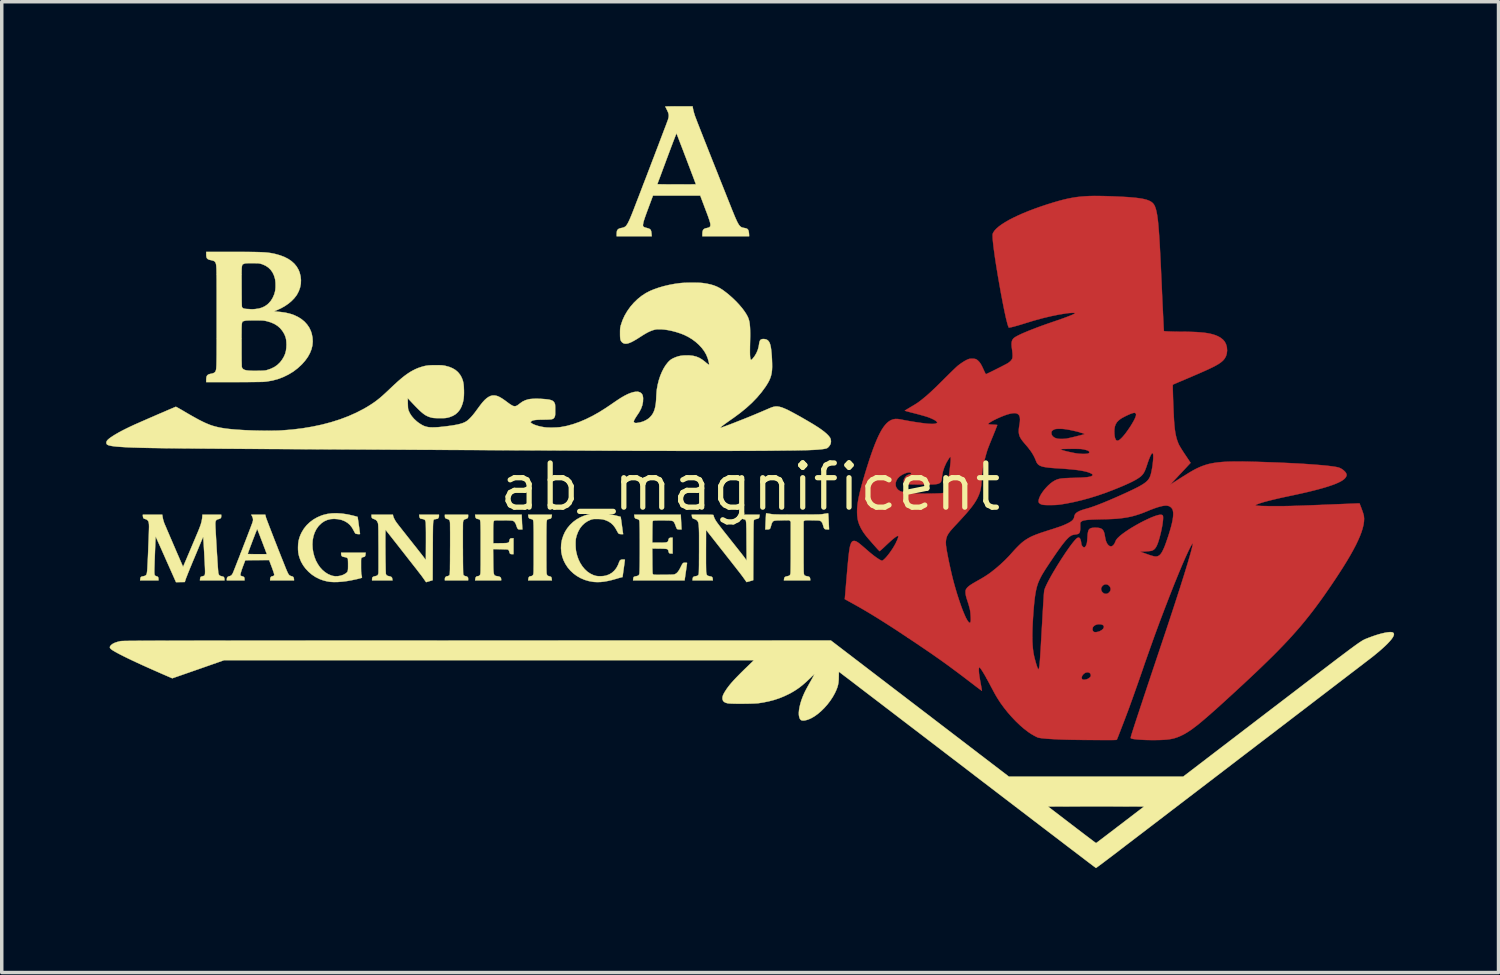
<source format=kicad_pcb>
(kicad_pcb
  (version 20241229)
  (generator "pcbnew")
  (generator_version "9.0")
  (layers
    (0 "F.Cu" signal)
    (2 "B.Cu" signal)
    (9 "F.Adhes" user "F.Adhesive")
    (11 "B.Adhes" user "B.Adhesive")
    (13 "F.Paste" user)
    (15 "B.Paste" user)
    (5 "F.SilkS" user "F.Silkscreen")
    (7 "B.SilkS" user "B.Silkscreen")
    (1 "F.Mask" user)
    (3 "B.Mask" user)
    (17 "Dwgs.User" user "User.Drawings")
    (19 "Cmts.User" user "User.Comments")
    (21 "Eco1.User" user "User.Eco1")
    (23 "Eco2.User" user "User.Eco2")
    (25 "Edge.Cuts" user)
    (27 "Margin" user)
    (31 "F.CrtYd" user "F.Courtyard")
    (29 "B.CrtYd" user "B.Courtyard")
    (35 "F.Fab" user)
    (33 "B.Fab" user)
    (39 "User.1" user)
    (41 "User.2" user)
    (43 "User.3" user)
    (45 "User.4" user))
  (footprint "ab_magnificent"
    (layer "F.Cu")
    (at 18.505 10.944)
    (property "Reference" "ab_magnificent" (at 0 0 0) (layer "F.SilkS") (effects (font (size 1.27 1.27) (thickness 0.15))))
    (attr through_hole)
    (fp_poly (pts (xy 10.034 -8.362) (xy 10.198 -8.359) (xy 10.234 -8.358) (xy 10.414 -8.352) (xy 10.577 -8.345) (xy 10.725 -8.338) (xy 10.858 -8.33) (xy 10.977 -8.32) (xy 11.084 -8.31) (xy 11.178 -8.298) (xy 11.262 -8.285) (xy 11.334 -8.27) (xy 11.397 -8.253) (xy 11.451 -8.233) (xy 11.497 -8.212) (xy 11.535 -8.188) (xy 11.567 -8.162) (xy 11.594 -8.132) (xy 11.615 -8.1) (xy 11.632 -8.065) (xy 11.637 -8.053) (xy 11.648 -8.02) (xy 11.66 -7.985) (xy 11.67 -7.946) (xy 11.68 -7.903) (xy 11.689 -7.855) (xy 11.699 -7.802) (xy 11.707 -7.742) (xy 11.716 -7.676) (xy 11.724 -7.602) (xy 11.732 -7.519) (xy 11.739 -7.428) (xy 11.747 -7.327) (xy 11.755 -7.215) (xy 11.763 -7.092) (xy 11.771 -6.957) (xy 11.779 -6.809) (xy 11.787 -6.649) (xy 11.796 -6.473) (xy 11.805 -6.284) (xy 11.814 -6.078) (xy 11.824 -5.872) (xy 11.83 -5.731) (xy 11.836 -5.592) (xy 11.842 -5.457) (xy 11.848 -5.327) (xy 11.854 -5.202) (xy 11.86 -5.084) (xy 11.865 -4.973) (xy 11.87 -4.871) (xy 11.875 -4.779) (xy 11.879 -4.697) (xy 11.882 -4.626) (xy 11.885 -4.569) (xy 11.888 -4.525) (xy 11.89 -4.495) (xy 11.891 -4.482) (xy 11.891 -4.481) (xy 11.902 -4.478) (xy 11.927 -4.475) (xy 11.965 -4.473) (xy 12.014 -4.47) (xy 12.071 -4.468) (xy 12.134 -4.466) (xy 12.201 -4.464) (xy 12.27 -4.463) (xy 12.339 -4.462) (xy 12.383 -4.462) (xy 12.545 -4.461) (xy 12.693 -4.457) (xy 12.826 -4.452) (xy 12.945 -4.443) (xy 13.052 -4.433) (xy 13.148 -4.419) (xy 13.233 -4.402) (xy 13.31 -4.382) (xy 13.379 -4.359) (xy 13.442 -4.332) (xy 13.498 -4.302) (xy 13.523 -4.286) (xy 13.588 -4.235) (xy 13.638 -4.176) (xy 13.674 -4.108) (xy 13.697 -4.03) (xy 13.701 -4.007) (xy 13.707 -3.918) (xy 13.697 -3.834) (xy 13.674 -3.757) (xy 13.636 -3.689) (xy 13.596 -3.641) (xy 13.573 -3.619) (xy 13.548 -3.597) (xy 13.52 -3.575) (xy 13.488 -3.553) (xy 13.452 -3.529) (xy 13.41 -3.505) (xy 13.362 -3.478) (xy 13.306 -3.449) (xy 13.242 -3.418) (xy 13.17 -3.384) (xy 13.088 -3.346) (xy 12.995 -3.305) (xy 12.891 -3.259) (xy 12.774 -3.209) (xy 12.645 -3.153) (xy 12.501 -3.092) (xy 12.343 -3.025) (xy 12.328 -3.019) (xy 12.277 -2.997) (xy 12.231 -2.977) (xy 12.193 -2.961) (xy 12.165 -2.948) (xy 12.149 -2.94) (xy 12.147 -2.938) (xy 12.146 -2.929) (xy 12.145 -2.904) (xy 12.145 -2.865) (xy 12.146 -2.813) (xy 12.148 -2.751) (xy 12.15 -2.68) (xy 12.152 -2.601) (xy 12.155 -2.515) (xy 12.158 -2.425) (xy 12.162 -2.332) (xy 12.166 -2.237) (xy 12.17 -2.142) (xy 12.175 -2.048) (xy 12.175 -2.032) (xy 12.183 -1.894) (xy 12.193 -1.772) (xy 12.204 -1.663) (xy 12.218 -1.565) (xy 12.235 -1.478) (xy 12.255 -1.398) (xy 12.278 -1.325) (xy 12.304 -1.257) (xy 12.324 -1.213) (xy 12.338 -1.187) (xy 12.361 -1.148) (xy 12.389 -1.101) (xy 12.423 -1.047) (xy 12.46 -0.99) (xy 12.499 -0.931) (xy 12.51 -0.915) (xy 12.658 -0.694) (xy 12.407 -0.425) (xy 12.352 -0.367) (xy 12.3 -0.311) (xy 12.251 -0.258) (xy 12.206 -0.211) (xy 12.169 -0.171) (xy 12.139 -0.14) (xy 12.119 -0.118) (xy 12.112 -0.111) (xy 12.069 -0.066) (xy 12.142 -0.112) (xy 12.25 -0.181) (xy 12.345 -0.242) (xy 12.429 -0.295) (xy 12.502 -0.34) (xy 12.566 -0.38) (xy 12.621 -0.414) (xy 12.67 -0.443) (xy 12.714 -0.468) (xy 12.753 -0.49) (xy 12.789 -0.509) (xy 12.823 -0.527) (xy 12.857 -0.543) (xy 12.863 -0.546) (xy 12.939 -0.58) (xy 13.016 -0.61) (xy 13.095 -0.637) (xy 13.176 -0.66) (xy 13.263 -0.679) (xy 13.355 -0.695) (xy 13.454 -0.708) (xy 13.561 -0.718) (xy 13.679 -0.726) (xy 13.807 -0.73) (xy 13.948 -0.732) (xy 14.102 -0.732) (xy 14.271 -0.73) (xy 14.343 -0.728) (xy 14.558 -0.723) (xy 14.769 -0.716) (xy 14.975 -0.709) (xy 15.176 -0.702) (xy 15.371 -0.693) (xy 15.558 -0.684) (xy 15.737 -0.675) (xy 15.908 -0.665) (xy 16.068 -0.654) (xy 16.219 -0.643) (xy 16.357 -0.632) (xy 16.484 -0.621) (xy 16.598 -0.609) (xy 16.698 -0.597) (xy 16.784 -0.585) (xy 16.854 -0.573) (xy 16.903 -0.562) (xy 16.953 -0.544) (xy 17.003 -0.517) (xy 17.049 -0.484) (xy 17.089 -0.447) (xy 17.12 -0.409) (xy 17.136 -0.373) (xy 17.141 -0.347) (xy 17.139 -0.326) (xy 17.13 -0.303) (xy 17.108 -0.267) (xy 17.076 -0.232) (xy 17.031 -0.197) (xy 16.975 -0.162) (xy 16.905 -0.127) (xy 16.823 -0.091) (xy 16.727 -0.055) (xy 16.617 -0.018) (xy 16.494 0.02) (xy 16.355 0.059) (xy 16.202 0.099) (xy 16.033 0.141) (xy 15.849 0.183) (xy 15.648 0.227) (xy 15.498 0.259) (xy 15.328 0.295) (xy 15.175 0.329) (xy 15.037 0.362) (xy 14.914 0.392) (xy 14.806 0.421) (xy 14.754 0.435) (xy 14.69 0.455) (xy 14.634 0.473) (xy 14.588 0.49) (xy 14.554 0.504) (xy 14.532 0.516) (xy 14.525 0.524) (xy 14.526 0.526) (xy 14.541 0.532) (xy 14.573 0.537) (xy 14.621 0.541) (xy 14.686 0.545) (xy 14.767 0.547) (xy 14.866 0.549) (xy 14.981 0.55) (xy 15.077 0.55) (xy 15.14 0.55) (xy 15.198 0.55) (xy 15.254 0.55) (xy 15.307 0.55) (xy 15.36 0.549) (xy 15.413 0.548) (xy 15.468 0.547) (xy 15.526 0.546) (xy 15.588 0.544) (xy 15.655 0.542) (xy 15.729 0.54) (xy 15.81 0.537) (xy 15.9 0.534) (xy 16 0.53) (xy 16.111 0.526) (xy 16.235 0.521) (xy 16.372 0.516) (xy 16.524 0.509) (xy 16.662 0.504) (xy 16.773 0.499) (xy 16.88 0.495) (xy 16.982 0.491) (xy 17.078 0.487) (xy 17.166 0.484) (xy 17.244 0.48) (xy 17.313 0.478) (xy 17.369 0.475) (xy 17.411 0.474) (xy 17.44 0.473) (xy 17.449 0.472) (xy 17.512 0.47) (xy 17.57 0.621) (xy 17.59 0.676) (xy 17.609 0.73) (xy 17.623 0.777) (xy 17.634 0.815) (xy 17.637 0.833) (xy 17.644 0.909) (xy 17.64 0.992) (xy 17.627 1.084) (xy 17.603 1.183) (xy 17.57 1.292) (xy 17.525 1.409) (xy 17.47 1.535) (xy 17.405 1.671) (xy 17.328 1.817) (xy 17.24 1.974) (xy 17.141 2.141) (xy 17.03 2.32) (xy 16.908 2.509) (xy 16.824 2.637) (xy 16.706 2.813) (xy 16.591 2.98) (xy 16.48 3.14) (xy 16.37 3.293) (xy 16.261 3.441) (xy 16.153 3.584) (xy 16.043 3.724) (xy 15.932 3.862) (xy 15.819 3.998) (xy 15.702 4.133) (xy 15.581 4.269) (xy 15.455 4.407) (xy 15.323 4.546) (xy 15.185 4.689) (xy 15.039 4.837) (xy 14.884 4.989) (xy 14.72 5.148) (xy 14.546 5.315) (xy 14.361 5.489) (xy 14.164 5.673) (xy 14.063 5.766) (xy 13.904 5.913) (xy 13.756 6.048) (xy 13.62 6.173) (xy 13.493 6.288) (xy 13.377 6.393) (xy 13.269 6.488) (xy 13.17 6.575) (xy 13.078 6.654) (xy 12.994 6.726) (xy 12.917 6.79) (xy 12.845 6.848) (xy 12.778 6.899) (xy 12.716 6.946) (xy 12.658 6.987) (xy 12.604 7.023) (xy 12.552 7.056) (xy 12.503 7.085) (xy 12.455 7.112) (xy 12.416 7.131) (xy 12.347 7.164) (xy 12.279 7.191) (xy 12.211 7.214) (xy 12.14 7.233) (xy 12.064 7.247) (xy 11.981 7.258) (xy 11.889 7.265) (xy 11.786 7.27) (xy 11.669 7.272) (xy 11.595 7.273) (xy 11.487 7.272) (xy 11.384 7.27) (xy 11.289 7.266) (xy 11.203 7.261) (xy 11.126 7.255) (xy 11.061 7.248) (xy 11.008 7.241) (xy 10.969 7.232) (xy 10.945 7.223) (xy 10.941 7.219) (xy 10.938 7.213) (xy 10.938 7.2) (xy 10.942 7.179) (xy 10.95 7.148) (xy 10.963 7.106) (xy 10.98 7.049) (xy 10.982 7.044) (xy 10.996 7) (xy 11.015 6.94) (xy 11.039 6.867) (xy 11.067 6.78) (xy 11.099 6.682) (xy 11.135 6.573) (xy 11.175 6.453) (xy 11.217 6.325) (xy 11.263 6.188) (xy 11.31 6.044) (xy 11.36 5.895) (xy 11.411 5.74) (xy 11.464 5.582) (xy 11.518 5.42) (xy 11.573 5.256) (xy 11.628 5.092) (xy 11.683 4.927) (xy 11.738 4.764) (xy 11.764 4.686) (xy 11.863 4.39) (xy 11.958 4.107) (xy 12.047 3.838) (xy 12.131 3.583) (xy 12.21 3.342) (xy 12.283 3.116) (xy 12.352 2.904) (xy 12.414 2.706) (xy 12.472 2.524) (xy 12.523 2.356) (xy 12.57 2.204) (xy 12.61 2.067) (xy 12.645 1.946) (xy 12.659 1.897) (xy 12.677 1.831) (xy 12.692 1.771) (xy 12.705 1.719) (xy 12.714 1.677) (xy 12.72 1.646) (xy 12.721 1.629) (xy 12.72 1.626) (xy 12.712 1.628) (xy 12.698 1.646) (xy 12.678 1.677) (xy 12.653 1.722) (xy 12.624 1.78) (xy 12.59 1.849) (xy 12.553 1.929) (xy 12.511 2.02) (xy 12.467 2.12) (xy 12.42 2.229) (xy 12.371 2.346) (xy 12.323 2.46) (xy 12.188 2.791) (xy 12.051 3.138) (xy 11.912 3.498) (xy 11.771 3.87) (xy 11.63 4.253) (xy 11.49 4.644) (xy 11.349 5.043) (xy 11.299 5.19) (xy 11.219 5.421) (xy 11.141 5.643) (xy 11.067 5.854) (xy 10.996 6.054) (xy 10.929 6.239) (xy 10.897 6.329) (xy 10.879 6.377) (xy 10.858 6.434) (xy 10.833 6.5) (xy 10.806 6.571) (xy 10.778 6.646) (xy 10.748 6.724) (xy 10.718 6.803) (xy 10.688 6.88) (xy 10.659 6.955) (xy 10.632 7.026) (xy 10.607 7.09) (xy 10.585 7.147) (xy 10.566 7.194) (xy 10.552 7.229) (xy 10.543 7.252) (xy 10.54 7.258) (xy 10.537 7.261) (xy 10.533 7.264) (xy 10.524 7.266) (xy 10.511 7.268) (xy 10.492 7.269) (xy 10.465 7.27) (xy 10.43 7.271) (xy 10.385 7.272) (xy 10.328 7.272) (xy 10.259 7.272) (xy 10.176 7.272) (xy 10.078 7.272) (xy 10.035 7.271) (xy 9.932 7.271) (xy 9.824 7.27) (xy 9.714 7.27) (xy 9.605 7.269) (xy 9.501 7.268) (xy 9.403 7.267) (xy 9.315 7.265) (xy 9.241 7.264) (xy 9.224 7.264) (xy 9.09 7.261) (xy 8.961 7.257) (xy 8.839 7.252) (xy 8.725 7.246) (xy 8.621 7.24) (xy 8.527 7.234) (xy 8.445 7.226) (xy 8.377 7.219) (xy 8.322 7.211) (xy 8.282 7.203) (xy 8.272 7.2) (xy 8.242 7.187) (xy 8.201 7.167) (xy 8.153 7.141) (xy 8.101 7.111) (xy 8.05 7.079) (xy 8.002 7.047) (xy 7.983 7.033) (xy 7.868 6.945) (xy 7.751 6.843) (xy 7.633 6.73) (xy 7.517 6.608) (xy 7.405 6.48) (xy 7.299 6.347) (xy 7.201 6.213) (xy 7.181 6.183) (xy 7.141 6.122) (xy 7.104 6.063) (xy 7.067 6.002) (xy 7.03 5.937) (xy 6.99 5.863) (xy 6.945 5.778) (xy 6.936 5.762) (xy 6.878 5.651) (xy 6.823 5.55) (xy 6.777 5.466) (xy 9.529 5.466) (xy 9.529 5.497) (xy 9.534 5.51) (xy 9.551 5.53) (xy 9.576 5.539) (xy 9.611 5.539) (xy 9.658 5.529) (xy 9.679 5.523) (xy 9.709 5.51) (xy 9.741 5.49) (xy 9.755 5.479) (xy 9.776 5.458) (xy 9.787 5.441) (xy 9.791 5.422) (xy 9.791 5.41) (xy 9.784 5.376) (xy 9.764 5.349) (xy 9.735 5.332) (xy 9.698 5.325) (xy 9.658 5.33) (xy 9.628 5.342) (xy 9.592 5.366) (xy 9.562 5.397) (xy 9.541 5.431) (xy 9.529 5.466) (xy 6.777 5.466) (xy 6.774 5.46) (xy 6.729 5.382) (xy 6.689 5.316) (xy 6.655 5.262) (xy 6.626 5.221) (xy 6.605 5.195) (xy 6.589 5.182) (xy 6.586 5.182) (xy 6.58 5.19) (xy 6.575 5.211) (xy 6.573 5.244) (xy 6.573 5.285) (xy 6.576 5.331) (xy 6.578 5.353) (xy 6.582 5.388) (xy 6.589 5.436) (xy 6.599 5.494) (xy 6.609 5.556) (xy 6.621 5.62) (xy 6.626 5.648) (xy 6.636 5.705) (xy 6.645 5.756) (xy 6.653 5.799) (xy 6.658 5.831) (xy 6.66 5.851) (xy 6.66 5.856) (xy 6.653 5.852) (xy 6.634 5.838) (xy 6.604 5.817) (xy 6.565 5.788) (xy 6.518 5.753) (xy 6.465 5.713) (xy 6.407 5.668) (xy 6.378 5.646) (xy 6.23 5.533) (xy 6.091 5.427) (xy 5.959 5.328) (xy 5.832 5.234) (xy 5.71 5.143) (xy 5.588 5.055) (xy 5.466 4.968) (xy 5.342 4.881) (xy 5.214 4.791) (xy 5.079 4.699) (xy 4.936 4.602) (xy 4.783 4.499) (xy 4.618 4.388) (xy 4.591 4.37) (xy 4.508 4.315) (xy 8.11 4.315) (xy 8.112 4.433) (xy 8.118 4.541) (xy 8.126 4.642) (xy 8.138 4.736) (xy 8.141 4.758) (xy 8.151 4.812) (xy 8.164 4.873) (xy 8.18 4.938) (xy 8.198 5.004) (xy 8.216 5.068) (xy 8.234 5.126) (xy 8.251 5.176) (xy 8.266 5.212) (xy 8.27 5.219) (xy 8.279 5.235) (xy 8.286 5.238) (xy 8.293 5.23) (xy 8.299 5.215) (xy 8.305 5.188) (xy 8.311 5.154) (xy 8.313 5.141) (xy 8.316 5.116) (xy 8.319 5.085) (xy 8.322 5.049) (xy 8.326 5.006) (xy 8.33 4.957) (xy 8.334 4.898) (xy 8.338 4.831) (xy 8.343 4.754) (xy 8.349 4.666) (xy 8.355 4.566) (xy 8.361 4.454) (xy 8.368 4.328) (xy 8.376 4.188) (xy 8.383 4.066) (xy 9.839 4.066) (xy 9.84 4.103) (xy 9.851 4.136) (xy 9.872 4.16) (xy 9.884 4.166) (xy 9.912 4.172) (xy 9.949 4.17) (xy 9.992 4.162) (xy 10.035 4.149) (xy 10.055 4.14) (xy 10.106 4.11) (xy 10.141 4.078) (xy 10.161 4.046) (xy 10.167 4.016) (xy 10.158 3.989) (xy 10.135 3.966) (xy 10.099 3.951) (xy 10.048 3.943) (xy 10.023 3.943) (xy 9.969 3.95) (xy 9.92 3.968) (xy 9.88 3.994) (xy 9.852 4.028) (xy 9.851 4.03) (xy 9.839 4.066) (xy 8.383 4.066) (xy 8.385 4.033) (xy 8.395 3.861) (xy 8.395 3.861) (xy 8.403 3.71) (xy 8.411 3.575) (xy 8.418 3.456) (xy 8.424 3.352) (xy 8.43 3.262) (xy 8.435 3.185) (xy 8.439 3.12) (xy 8.443 3.068) (xy 8.447 3.026) (xy 8.45 2.996) (xy 8.453 2.975) (xy 8.455 2.965) (xy 8.467 2.927) (xy 10.085 2.927) (xy 10.091 2.97) (xy 10.113 3.011) (xy 10.12 3.02) (xy 10.156 3.052) (xy 10.193 3.069) (xy 10.235 3.071) (xy 10.263 3.065) (xy 10.294 3.049) (xy 10.324 3.022) (xy 10.347 2.99) (xy 10.358 2.961) (xy 10.359 2.914) (xy 10.343 2.871) (xy 10.313 2.833) (xy 10.272 2.806) (xy 10.229 2.796) (xy 10.187 2.801) (xy 10.146 2.823) (xy 10.124 2.844) (xy 10.096 2.885) (xy 10.085 2.927) (xy 8.467 2.927) (xy 8.47 2.92) (xy 8.493 2.863) (xy 8.524 2.797) (xy 8.561 2.722) (xy 8.605 2.64) (xy 8.653 2.552) (xy 8.706 2.46) (xy 8.763 2.365) (xy 8.821 2.268) (xy 8.882 2.171) (xy 8.943 2.074) (xy 9.005 1.98) (xy 9.065 1.889) (xy 9.124 1.804) (xy 9.18 1.725) (xy 9.233 1.653) (xy 9.281 1.591) (xy 9.325 1.539) (xy 9.362 1.498) (xy 9.393 1.471) (xy 9.402 1.465) (xy 9.432 1.454) (xy 9.458 1.459) (xy 9.479 1.479) (xy 9.496 1.515) (xy 9.508 1.564) (xy 9.512 1.59) (xy 9.518 1.635) (xy 9.527 1.668) (xy 9.541 1.693) (xy 9.557 1.712) (xy 9.582 1.732) (xy 9.605 1.735) (xy 9.627 1.721) (xy 9.649 1.691) (xy 9.655 1.679) (xy 9.665 1.655) (xy 9.674 1.628) (xy 9.68 1.594) (xy 9.686 1.551) (xy 9.69 1.497) (xy 9.694 1.438) (xy 9.699 1.362) (xy 9.708 1.303) (xy 9.72 1.256) (xy 9.738 1.222) (xy 9.763 1.198) (xy 9.797 1.182) (xy 9.84 1.173) (xy 9.895 1.169) (xy 9.924 1.169) (xy 9.995 1.172) (xy 10.052 1.182) (xy 10.098 1.201) (xy 10.133 1.23) (xy 10.159 1.271) (xy 10.179 1.326) (xy 10.193 1.395) (xy 10.194 1.405) (xy 10.208 1.482) (xy 10.223 1.544) (xy 10.243 1.595) (xy 10.266 1.637) (xy 10.294 1.67) (xy 10.328 1.697) (xy 10.363 1.707) (xy 10.397 1.701) (xy 10.429 1.68) (xy 10.46 1.644) (xy 10.487 1.593) (xy 10.498 1.566) (xy 10.512 1.534) (xy 10.532 1.504) (xy 10.559 1.471) (xy 10.574 1.457) (xy 10.629 1.405) (xy 10.699 1.349) (xy 10.781 1.29) (xy 10.874 1.227) (xy 10.976 1.163) (xy 11.086 1.099) (xy 11.201 1.035) (xy 11.32 0.973) (xy 11.328 0.97) (xy 11.436 0.918) (xy 11.532 0.875) (xy 11.617 0.841) (xy 11.691 0.817) (xy 11.751 0.802) (xy 11.799 0.797) (xy 11.835 0.802) (xy 11.857 0.816) (xy 11.86 0.821) (xy 11.866 0.845) (xy 11.868 0.884) (xy 11.866 0.935) (xy 11.86 0.997) (xy 11.851 1.067) (xy 11.837 1.145) (xy 11.821 1.228) (xy 11.802 1.314) (xy 11.795 1.342) (xy 11.768 1.447) (xy 11.742 1.537) (xy 11.717 1.612) (xy 11.692 1.674) (xy 11.666 1.725) (xy 11.639 1.764) (xy 11.61 1.794) (xy 11.578 1.816) (xy 11.543 1.831) (xy 11.536 1.833) (xy 11.513 1.837) (xy 11.477 1.842) (xy 11.432 1.846) (xy 11.382 1.85) (xy 11.35 1.852) (xy 11.207 1.858) (xy 11.368 1.916) (xy 11.446 1.944) (xy 11.511 1.966) (xy 11.564 1.981) (xy 11.607 1.992) (xy 11.642 1.997) (xy 11.672 1.997) (xy 11.698 1.993) (xy 11.722 1.985) (xy 11.732 1.98) (xy 11.759 1.964) (xy 11.786 1.939) (xy 11.812 1.907) (xy 11.839 1.864) (xy 11.866 1.811) (xy 11.896 1.746) (xy 11.927 1.669) (xy 11.96 1.577) (xy 11.996 1.471) (xy 12.018 1.407) (xy 12.06 1.271) (xy 12.095 1.15) (xy 12.122 1.042) (xy 12.142 0.946) (xy 12.154 0.862) (xy 12.159 0.789) (xy 12.157 0.726) (xy 12.148 0.672) (xy 12.148 0.671) (xy 12.13 0.628) (xy 12.098 0.589) (xy 12.059 0.56) (xy 12.016 0.543) (xy 11.984 0.537) (xy 11.957 0.534) (xy 11.928 0.535) (xy 11.894 0.539) (xy 11.85 0.546) (xy 11.781 0.562) (xy 11.698 0.586) (xy 11.605 0.618) (xy 11.502 0.657) (xy 11.443 0.682) (xy 11.307 0.737) (xy 11.182 0.782) (xy 11.063 0.82) (xy 10.949 0.85) (xy 10.835 0.873) (xy 10.74 0.888) (xy 10.672 0.897) (xy 10.609 0.904) (xy 10.547 0.911) (xy 10.483 0.915) (xy 10.414 0.919) (xy 10.338 0.922) (xy 10.251 0.925) (xy 10.15 0.927) (xy 10.139 0.927) (xy 10.022 0.93) (xy 9.92 0.933) (xy 9.833 0.936) (xy 9.759 0.94) (xy 9.698 0.945) (xy 9.647 0.951) (xy 9.605 0.958) (xy 9.572 0.966) (xy 9.546 0.976) (xy 9.526 0.987) (xy 9.511 1) (xy 9.511 1.001) (xy 9.487 1.026) (xy 9.487 1.15) (xy 9.486 1.214) (xy 9.481 1.263) (xy 9.473 1.299) (xy 9.458 1.325) (xy 9.436 1.343) (xy 9.406 1.354) (xy 9.365 1.362) (xy 9.347 1.364) (xy 9.309 1.37) (xy 9.273 1.378) (xy 9.245 1.388) (xy 9.243 1.389) (xy 9.213 1.405) (xy 9.182 1.427) (xy 9.148 1.455) (xy 9.112 1.491) (xy 9.072 1.534) (xy 9.028 1.587) (xy 8.979 1.648) (xy 8.925 1.721) (xy 8.865 1.804) (xy 8.798 1.899) (xy 8.724 2.007) (xy 8.643 2.128) (xy 8.61 2.176) (xy 8.556 2.258) (xy 8.51 2.328) (xy 8.471 2.388) (xy 8.439 2.44) (xy 8.411 2.486) (xy 8.386 2.528) (xy 8.364 2.569) (xy 8.343 2.609) (xy 8.335 2.625) (xy 8.305 2.688) (xy 8.278 2.752) (xy 8.255 2.819) (xy 8.234 2.891) (xy 8.216 2.969) (xy 8.2 3.055) (xy 8.185 3.151) (xy 8.172 3.259) (xy 8.159 3.379) (xy 8.148 3.515) (xy 8.145 3.543) (xy 8.132 3.726) (xy 8.122 3.893) (xy 8.115 4.046) (xy 8.111 4.186) (xy 8.11 4.315) (xy 4.508 4.315) (xy 4.405 4.247) (xy 4.232 4.132) (xy 4.069 4.026) (xy 3.916 3.928) (xy 3.771 3.836) (xy 3.633 3.75) (xy 3.5 3.668) (xy 3.372 3.591) (xy 3.246 3.517) (xy 3.121 3.445) (xy 2.996 3.375) (xy 2.949 3.349) (xy 2.72 3.222) (xy 2.723 3.192) (xy 2.725 3.178) (xy 2.727 3.15) (xy 2.731 3.107) (xy 2.736 3.052) (xy 2.741 2.986) (xy 2.747 2.912) (xy 2.754 2.83) (xy 2.761 2.742) (xy 2.769 2.65) (xy 2.782 2.5) (xy 2.793 2.365) (xy 2.804 2.246) (xy 2.814 2.14) (xy 2.823 2.047) (xy 2.832 1.966) (xy 2.84 1.896) (xy 2.848 1.836) (xy 2.856 1.784) (xy 2.864 1.741) (xy 2.871 1.704) (xy 2.88 1.673) (xy 2.888 1.647) (xy 2.897 1.626) (xy 2.916 1.588) (xy 2.936 1.565) (xy 2.96 1.553) (xy 2.988 1.549) (xy 3.007 1.551) (xy 3.028 1.556) (xy 3.05 1.564) (xy 3.075 1.579) (xy 3.106 1.599) (xy 3.142 1.626) (xy 3.185 1.661) (xy 3.237 1.705) (xy 3.299 1.758) (xy 3.37 1.82) (xy 3.436 1.877) (xy 3.501 1.93) (xy 3.563 1.979) (xy 3.622 2.022) (xy 3.675 2.058) (xy 3.72 2.087) (xy 3.757 2.106) (xy 3.784 2.116) (xy 3.791 2.117) (xy 3.811 2.11) (xy 3.838 2.09) (xy 3.872 2.058) (xy 3.911 2.017) (xy 3.953 1.967) (xy 3.997 1.911) (xy 4.042 1.849) (xy 4.086 1.783) (xy 4.104 1.756) (xy 4.137 1.701) (xy 4.168 1.646) (xy 4.196 1.592) (xy 4.204 1.574) (xy 5.624 1.574) (xy 5.627 1.664) (xy 5.629 1.684) (xy 5.638 1.743) (xy 5.649 1.818) (xy 5.665 1.903) (xy 5.683 1.999) (xy 5.703 2.101) (xy 5.726 2.209) (xy 5.75 2.319) (xy 5.775 2.43) (xy 5.8 2.539) (xy 5.805 2.557) (xy 5.836 2.682) (xy 5.87 2.808) (xy 5.906 2.934) (xy 5.943 3.059) (xy 5.982 3.181) (xy 6.021 3.298) (xy 6.059 3.408) (xy 6.097 3.512) (xy 6.134 3.605) (xy 6.17 3.688) (xy 6.202 3.759) (xy 6.233 3.815) (xy 6.249 3.841) (xy 6.275 3.877) (xy 6.297 3.897) (xy 6.314 3.902) (xy 6.327 3.891) (xy 6.336 3.869) (xy 6.339 3.843) (xy 6.341 3.805) (xy 6.34 3.756) (xy 6.337 3.703) (xy 6.333 3.647) (xy 6.328 3.593) (xy 6.321 3.545) (xy 6.316 3.518) (xy 6.307 3.482) (xy 6.294 3.434) (xy 6.279 3.379) (xy 6.261 3.322) (xy 6.247 3.277) (xy 6.227 3.217) (xy 6.213 3.169) (xy 6.203 3.131) (xy 6.197 3.099) (xy 6.193 3.069) (xy 6.191 3.047) (xy 6.19 3.009) (xy 6.191 2.982) (xy 6.196 2.961) (xy 6.204 2.942) (xy 6.204 2.942) (xy 6.22 2.916) (xy 6.24 2.891) (xy 6.266 2.866) (xy 6.299 2.839) (xy 6.342 2.809) (xy 6.395 2.775) (xy 6.46 2.737) (xy 6.539 2.692) (xy 6.553 2.684) (xy 6.645 2.632) (xy 6.725 2.584) (xy 6.797 2.538) (xy 6.865 2.492) (xy 6.93 2.444) (xy 7.06 2.341) (xy 7.191 2.228) (xy 7.316 2.111) (xy 7.433 1.992) (xy 7.504 1.913) (xy 7.587 1.821) (xy 7.662 1.741) (xy 7.731 1.672) (xy 7.795 1.612) (xy 7.858 1.561) (xy 7.92 1.517) (xy 7.983 1.478) (xy 8.048 1.442) (xy 8.086 1.423) (xy 8.128 1.404) (xy 8.172 1.386) (xy 8.219 1.367) (xy 8.271 1.348) (xy 8.33 1.326) (xy 8.399 1.303) (xy 8.48 1.277) (xy 8.574 1.246) (xy 8.606 1.236) (xy 8.699 1.207) (xy 8.777 1.181) (xy 8.843 1.159) (xy 8.9 1.14) (xy 8.949 1.122) (xy 8.993 1.105) (xy 9.033 1.088) (xy 9.072 1.071) (xy 9.101 1.057) (xy 9.169 1.023) (xy 9.222 0.99) (xy 9.261 0.958) (xy 9.289 0.924) (xy 9.307 0.888) (xy 9.316 0.848) (xy 9.325 0.811) (xy 9.343 0.777) (xy 9.372 0.746) (xy 9.412 0.718) (xy 9.464 0.691) (xy 9.53 0.665) (xy 9.611 0.639) (xy 9.673 0.622) (xy 9.746 0.601) (xy 9.832 0.572) (xy 9.931 0.537) (xy 10.041 0.495) (xy 10.161 0.447) (xy 10.289 0.394) (xy 10.425 0.336) (xy 10.566 0.274) (xy 10.712 0.209) (xy 10.862 0.14) (xy 10.87 0.136) (xy 10.983 0.083) (xy 11.081 0.035) (xy 11.167 -0.009) (xy 11.239 -0.05) (xy 11.301 -0.088) (xy 11.352 -0.124) (xy 11.395 -0.16) (xy 11.43 -0.196) (xy 11.458 -0.233) (xy 11.481 -0.273) (xy 11.499 -0.315) (xy 11.514 -0.362) (xy 11.522 -0.394) (xy 11.537 -0.461) (xy 11.55 -0.531) (xy 11.562 -0.604) (xy 11.571 -0.675) (xy 11.578 -0.744) (xy 11.583 -0.808) (xy 11.585 -0.864) (xy 11.584 -0.911) (xy 11.58 -0.947) (xy 11.573 -0.968) (xy 11.571 -0.971) (xy 11.558 -0.974) (xy 11.542 -0.96) (xy 11.523 -0.932) (xy 11.501 -0.89) (xy 11.477 -0.834) (xy 11.45 -0.765) (xy 11.422 -0.685) (xy 11.414 -0.66) (xy 11.391 -0.59) (xy 11.371 -0.535) (xy 11.354 -0.49) (xy 11.338 -0.453) (xy 11.322 -0.423) (xy 11.305 -0.395) (xy 11.286 -0.367) (xy 11.284 -0.366) (xy 11.257 -0.334) (xy 11.223 -0.302) (xy 11.179 -0.269) (xy 11.126 -0.234) (xy 11.063 -0.197) (xy 10.989 -0.158) (xy 10.903 -0.116) (xy 10.804 -0.071) (xy 10.692 -0.022) (xy 10.564 0.031) (xy 10.429 0.085) (xy 10.209 0.169) (xy 9.982 0.247) (xy 9.754 0.317) (xy 9.528 0.379) (xy 9.305 0.432) (xy 9.089 0.475) (xy 8.932 0.501) (xy 8.876 0.508) (xy 8.822 0.514) (xy 8.767 0.517) (xy 8.705 0.519) (xy 8.632 0.52) (xy 8.619 0.52) (xy 8.543 0.52) (xy 8.481 0.518) (xy 8.432 0.514) (xy 8.394 0.508) (xy 8.363 0.498) (xy 8.339 0.486) (xy 8.318 0.471) (xy 8.312 0.465) (xy 8.298 0.449) (xy 8.291 0.434) (xy 8.289 0.413) (xy 8.29 0.391) (xy 8.301 0.339) (xy 8.324 0.281) (xy 8.357 0.217) (xy 8.4 0.151) (xy 8.45 0.084) (xy 8.506 0.019) (xy 8.565 -0.042) (xy 8.627 -0.098) (xy 8.689 -0.145) (xy 8.749 -0.182) (xy 8.759 -0.187) (xy 8.792 -0.203) (xy 8.824 -0.216) (xy 8.858 -0.227) (xy 8.894 -0.235) (xy 8.936 -0.243) (xy 8.984 -0.248) (xy 9.041 -0.253) (xy 9.11 -0.256) (xy 9.191 -0.26) (xy 9.287 -0.262) (xy 9.292 -0.262) (xy 9.403 -0.266) (xy 9.499 -0.269) (xy 9.58 -0.274) (xy 9.648 -0.279) (xy 9.703 -0.285) (xy 9.747 -0.293) (xy 9.782 -0.301) (xy 9.808 -0.311) (xy 9.827 -0.323) (xy 9.834 -0.33) (xy 9.842 -0.345) (xy 9.839 -0.358) (xy 9.823 -0.374) (xy 9.792 -0.391) (xy 9.787 -0.394) (xy 9.736 -0.416) (xy 9.673 -0.436) (xy 9.598 -0.454) (xy 9.509 -0.471) (xy 9.406 -0.487) (xy 9.289 -0.5) (xy 9.157 -0.513) (xy 9.009 -0.525) (xy 8.869 -0.534) (xy 8.755 -0.541) (xy 8.656 -0.549) (xy 8.572 -0.557) (xy 8.501 -0.567) (xy 8.441 -0.577) (xy 8.391 -0.589) (xy 8.35 -0.604) (xy 8.317 -0.62) (xy 8.289 -0.638) (xy 8.273 -0.653) (xy 8.25 -0.68) (xy 8.231 -0.712) (xy 8.225 -0.726) (xy 8.188 -0.816) (xy 8.147 -0.9) (xy 8.099 -0.982) (xy 8.042 -1.065) (xy 8.032 -1.077) (xy 8.923 -1.077) (xy 8.933 -1.072) (xy 8.956 -1.064) (xy 8.979 -1.056) (xy 9.033 -1.04) (xy 9.1 -1.023) (xy 9.174 -1.006) (xy 9.25 -0.99) (xy 9.323 -0.975) (xy 9.385 -0.965) (xy 9.438 -0.958) (xy 9.494 -0.954) (xy 9.552 -0.951) (xy 9.606 -0.951) (xy 9.654 -0.953) (xy 9.693 -0.957) (xy 9.719 -0.964) (xy 9.721 -0.965) (xy 9.744 -0.982) (xy 9.75 -1.001) (xy 9.741 -1.021) (xy 9.716 -1.04) (xy 9.706 -1.045) (xy 9.684 -1.054) (xy 9.651 -1.064) (xy 9.613 -1.074) (xy 9.594 -1.078) (xy 9.57 -1.083) (xy 9.547 -1.087) (xy 9.523 -1.09) (xy 9.496 -1.093) (xy 9.463 -1.094) (xy 9.421 -1.095) (xy 9.37 -1.096) (xy 9.306 -1.096) (xy 9.233 -1.096) (xy 9.149 -1.095) (xy 9.077 -1.094) (xy 9.018 -1.093) (xy 8.974 -1.091) (xy 8.945 -1.089) (xy 8.932 -1.086) (xy 8.923 -1.082) (xy 8.923 -1.077) (xy 8.032 -1.077) (xy 7.974 -1.151) (xy 7.912 -1.223) (xy 7.856 -1.289) (xy 7.811 -1.346) (xy 7.777 -1.397) (xy 7.752 -1.443) (xy 7.735 -1.488) (xy 7.725 -1.534) (xy 7.723 -1.55) (xy 8.657 -1.55) (xy 8.665 -1.506) (xy 8.688 -1.466) (xy 8.725 -1.432) (xy 8.774 -1.406) (xy 8.831 -1.389) (xy 8.872 -1.384) (xy 8.924 -1.382) (xy 8.981 -1.382) (xy 9.038 -1.385) (xy 9.082 -1.389) (xy 9.105 -1.393) (xy 9.141 -1.401) (xy 9.187 -1.411) (xy 9.24 -1.423) (xy 9.298 -1.437) (xy 9.357 -1.451) (xy 9.415 -1.466) (xy 9.47 -1.479) (xy 9.518 -1.492) (xy 9.558 -1.503) (xy 9.585 -1.511) (xy 9.597 -1.515) (xy 9.606 -1.52) (xy 9.603 -1.526) (xy 9.587 -1.534) (xy 9.583 -1.536) (xy 9.542 -1.551) (xy 9.488 -1.568) (xy 9.471 -1.572) (xy 10.466 -1.572) (xy 10.468 -1.541) (xy 10.474 -1.469) (xy 10.485 -1.414) (xy 10.501 -1.373) (xy 10.517 -1.349) (xy 10.536 -1.334) (xy 10.557 -1.331) (xy 10.585 -1.339) (xy 10.599 -1.345) (xy 10.63 -1.367) (xy 10.667 -1.401) (xy 10.709 -1.445) (xy 10.754 -1.498) (xy 10.801 -1.558) (xy 10.848 -1.623) (xy 10.895 -1.691) (xy 10.94 -1.759) (xy 10.981 -1.827) (xy 11.018 -1.891) (xy 11.049 -1.95) (xy 11.072 -2.003) (xy 11.086 -2.046) (xy 11.091 -2.076) (xy 11.088 -2.101) (xy 11.076 -2.117) (xy 11.07 -2.122) (xy 11.057 -2.129) (xy 11.044 -2.132) (xy 11.026 -2.13) (xy 10.998 -2.124) (xy 10.992 -2.122) (xy 10.957 -2.111) (xy 10.911 -2.093) (xy 10.859 -2.07) (xy 10.803 -2.044) (xy 10.749 -2.016) (xy 10.698 -1.989) (xy 10.657 -1.964) (xy 10.65 -1.96) (xy 10.589 -1.912) (xy 10.54 -1.861) (xy 10.505 -1.803) (xy 10.481 -1.736) (xy 10.469 -1.66) (xy 10.466 -1.572) (xy 9.471 -1.572) (xy 9.422 -1.586) (xy 9.349 -1.604) (xy 9.269 -1.622) (xy 9.187 -1.639) (xy 9.119 -1.652) (xy 9.053 -1.662) (xy 8.986 -1.669) (xy 8.92 -1.672) (xy 8.859 -1.672) (xy 8.805 -1.669) (xy 8.763 -1.663) (xy 8.745 -1.657) (xy 8.716 -1.642) (xy 8.689 -1.623) (xy 8.682 -1.616) (xy 8.666 -1.596) (xy 8.658 -1.573) (xy 8.657 -1.55) (xy 7.723 -1.55) (xy 7.72 -1.583) (xy 7.72 -1.609) (xy 7.722 -1.663) (xy 7.729 -1.724) (xy 7.738 -1.778) (xy 7.752 -1.866) (xy 7.756 -1.941) (xy 7.751 -2.003) (xy 7.735 -2.051) (xy 7.707 -2.087) (xy 7.669 -2.11) (xy 7.62 -2.122) (xy 7.558 -2.121) (xy 7.484 -2.109) (xy 7.398 -2.086) (xy 7.385 -2.082) (xy 7.324 -2.061) (xy 7.261 -2.037) (xy 7.196 -2.01) (xy 7.132 -1.982) (xy 7.07 -1.953) (xy 7.011 -1.924) (xy 6.959 -1.896) (xy 6.914 -1.87) (xy 6.879 -1.847) (xy 6.855 -1.827) (xy 6.843 -1.813) (xy 6.844 -1.806) (xy 6.854 -1.803) (xy 6.877 -1.799) (xy 6.912 -1.796) (xy 6.955 -1.793) (xy 6.973 -1.792) (xy 7.018 -1.79) (xy 7.055 -1.787) (xy 7.084 -1.785) (xy 7.1 -1.783) (xy 7.102 -1.782) (xy 7.1 -1.774) (xy 7.092 -1.751) (xy 7.079 -1.717) (xy 7.061 -1.672) (xy 7.04 -1.617) (xy 7.015 -1.556) (xy 6.988 -1.489) (xy 6.979 -1.467) (xy 6.943 -1.38) (xy 6.914 -1.308) (xy 6.889 -1.247) (xy 6.869 -1.196) (xy 6.852 -1.153) (xy 6.838 -1.116) (xy 6.826 -1.084) (xy 6.816 -1.055) (xy 6.807 -1.026) (xy 6.798 -0.995) (xy 6.788 -0.962) (xy 6.778 -0.928) (xy 6.74 -0.788) (xy 6.709 -0.659) (xy 6.686 -0.536) (xy 6.669 -0.416) (xy 6.658 -0.295) (xy 6.655 -0.235) (xy 6.649 -0.135) (xy 6.641 -0.049) (xy 6.631 0.026) (xy 6.617 0.094) (xy 6.6 0.156) (xy 6.578 0.217) (xy 6.551 0.279) (xy 6.541 0.301) (xy 6.513 0.355) (xy 6.481 0.41) (xy 6.444 0.468) (xy 6.401 0.529) (xy 6.352 0.594) (xy 6.294 0.664) (xy 6.229 0.742) (xy 6.153 0.827) (xy 6.068 0.921) (xy 5.971 1.026) (xy 5.959 1.039) (xy 5.914 1.087) (xy 5.869 1.135) (xy 5.828 1.18) (xy 5.793 1.22) (xy 5.765 1.252) (xy 5.748 1.272) (xy 5.695 1.345) (xy 5.657 1.417) (xy 5.634 1.493) (xy 5.624 1.574) (xy 4.204 1.574) (xy 4.219 1.542) (xy 4.238 1.496) (xy 4.251 1.458) (xy 4.258 1.429) (xy 4.257 1.411) (xy 4.25 1.405) (xy 4.228 1.411) (xy 4.198 1.427) (xy 4.158 1.455) (xy 4.109 1.493) (xy 4.05 1.544) (xy 3.981 1.607) (xy 3.9 1.682) (xy 3.89 1.692) (xy 3.847 1.733) (xy 3.807 1.77) (xy 3.773 1.801) (xy 3.746 1.824) (xy 3.727 1.839) (xy 3.719 1.844) (xy 3.712 1.837) (xy 3.695 1.819) (xy 3.669 1.792) (xy 3.638 1.758) (xy 3.601 1.717) (xy 3.562 1.673) (xy 3.52 1.626) (xy 3.479 1.578) (xy 3.439 1.532) (xy 3.401 1.489) (xy 3.368 1.45) (xy 3.341 1.418) (xy 3.331 1.405) (xy 3.251 1.296) (xy 3.185 1.185) (xy 3.134 1.075) (xy 3.102 0.976) (xy 3.087 0.9) (xy 3.077 0.813) (xy 3.074 0.717) (xy 3.076 0.617) (xy 3.085 0.517) (xy 3.09 0.478) (xy 3.102 0.398) (xy 3.117 0.315) (xy 3.136 0.228) (xy 3.157 0.135) (xy 3.183 0.034) (xy 3.21 -0.068) (xy 4.18 -0.068) (xy 4.19 -0.014) (xy 4.214 0.036) (xy 4.252 0.08) (xy 4.303 0.115) (xy 4.308 0.117) (xy 4.34 0.13) (xy 4.387 0.142) (xy 4.448 0.153) (xy 4.522 0.164) (xy 4.605 0.174) (xy 4.697 0.183) (xy 4.784 0.189) (xy 4.815 0.191) (xy 4.858 0.192) (xy 4.913 0.192) (xy 4.975 0.192) (xy 5.044 0.191) (xy 5.115 0.191) (xy 5.188 0.19) (xy 5.259 0.188) (xy 5.326 0.187) (xy 5.387 0.185) (xy 5.439 0.183) (xy 5.479 0.181) (xy 5.506 0.179) (xy 5.512 0.178) (xy 5.558 0.17) (xy 5.59 0.161) (xy 5.612 0.151) (xy 5.626 0.136) (xy 5.636 0.114) (xy 5.642 0.095) (xy 5.652 0.055) (xy 5.663 0.000462) (xy 5.675 -0.067) (xy 5.687 -0.144) (xy 5.7 -0.229) (xy 5.713 -0.319) (xy 5.725 -0.413) (xy 5.737 -0.509) (xy 5.748 -0.603) (xy 5.758 -0.694) (xy 5.758 -0.694) (xy 5.763 -0.756) (xy 5.764 -0.805) (xy 5.763 -0.84) (xy 5.758 -0.86) (xy 5.753 -0.865) (xy 5.745 -0.859) (xy 5.73 -0.842) (xy 5.712 -0.818) (xy 5.708 -0.812) (xy 5.64 -0.698) (xy 5.585 -0.578) (xy 5.544 -0.457) (xy 5.519 -0.335) (xy 5.512 -0.276) (xy 5.506 -0.221) (xy 5.497 -0.179) (xy 5.484 -0.149) (xy 5.467 -0.127) (xy 5.446 -0.112) (xy 5.428 -0.103) (xy 5.41 -0.095) (xy 5.389 -0.089) (xy 5.364 -0.084) (xy 5.334 -0.08) (xy 5.297 -0.077) (xy 5.25 -0.075) (xy 5.194 -0.073) (xy 5.125 -0.072) (xy 5.042 -0.072) (xy 4.949 -0.072) (xy 4.848 -0.072) (xy 4.763 -0.073) (xy 4.692 -0.074) (xy 4.634 -0.075) (xy 4.586 -0.078) (xy 4.547 -0.081) (xy 4.516 -0.086) (xy 4.491 -0.091) (xy 4.471 -0.098) (xy 4.454 -0.106) (xy 4.443 -0.113) (xy 4.424 -0.13) (xy 4.415 -0.15) (xy 4.413 -0.167) (xy 4.417 -0.207) (xy 4.435 -0.25) (xy 4.463 -0.291) (xy 4.486 -0.315) (xy 4.506 -0.332) (xy 4.526 -0.344) (xy 4.552 -0.353) (xy 4.588 -0.363) (xy 4.609 -0.368) (xy 4.626 -0.377) (xy 4.629 -0.39) (xy 4.617 -0.405) (xy 4.603 -0.413) (xy 4.574 -0.419) (xy 4.535 -0.416) (xy 4.489 -0.404) (xy 4.439 -0.386) (xy 4.389 -0.362) (xy 4.34 -0.333) (xy 4.297 -0.302) (xy 4.283 -0.29) (xy 4.235 -0.237) (xy 4.203 -0.181) (xy 4.184 -0.124) (xy 4.18 -0.068) (xy 3.21 -0.068) (xy 3.213 -0.077) (xy 3.248 -0.2) (xy 3.288 -0.336) (xy 3.302 -0.385) (xy 3.364 -0.585) (xy 3.422 -0.768) (xy 3.479 -0.936) (xy 3.533 -1.088) (xy 3.586 -1.227) (xy 3.637 -1.351) (xy 3.687 -1.462) (xy 3.736 -1.56) (xy 3.784 -1.646) (xy 3.832 -1.72) (xy 3.88 -1.782) (xy 3.928 -1.835) (xy 3.977 -1.877) (xy 4.026 -1.909) (xy 4.045 -1.919) (xy 4.106 -1.943) (xy 4.171 -1.955) (xy 4.243 -1.954) (xy 4.324 -1.942) (xy 4.335 -1.94) (xy 4.407 -1.925) (xy 4.488 -1.91) (xy 4.575 -1.894) (xy 4.666 -1.879) (xy 4.758 -1.864) (xy 4.848 -1.851) (xy 4.933 -1.839) (xy 5.011 -1.829) (xy 5.08 -1.821) (xy 5.135 -1.816) (xy 5.157 -1.815) (xy 5.223 -1.813) (xy 5.275 -1.814) (xy 5.314 -1.818) (xy 5.342 -1.826) (xy 5.361 -1.837) (xy 5.381 -1.853) (xy 5.363 -1.877) (xy 5.342 -1.896) (xy 5.308 -1.919) (xy 5.262 -1.944) (xy 5.208 -1.969) (xy 5.148 -1.994) (xy 5.085 -2.017) (xy 5.08 -2.018) (xy 5.042 -2.03) (xy 4.991 -2.045) (xy 4.93 -2.062) (xy 4.862 -2.081) (xy 4.791 -2.1) (xy 4.72 -2.118) (xy 4.705 -2.122) (xy 4.642 -2.138) (xy 4.584 -2.153) (xy 4.534 -2.167) (xy 4.493 -2.178) (xy 4.463 -2.186) (xy 4.447 -2.191) (xy 4.445 -2.193) (xy 4.452 -2.198) (xy 4.471 -2.211) (xy 4.501 -2.229) (xy 4.539 -2.252) (xy 4.583 -2.278) (xy 4.595 -2.286) (xy 4.661 -2.325) (xy 4.715 -2.357) (xy 4.76 -2.385) (xy 4.799 -2.41) (xy 4.834 -2.434) (xy 4.869 -2.46) (xy 4.906 -2.488) (xy 4.945 -2.519) (xy 5.003 -2.567) (xy 5.063 -2.616) (xy 5.124 -2.67) (xy 5.188 -2.728) (xy 5.257 -2.793) (xy 5.333 -2.865) (xy 5.415 -2.945) (xy 5.507 -3.036) (xy 5.596 -3.125) (xy 5.659 -3.187) (xy 5.719 -3.247) (xy 5.777 -3.303) (xy 5.83 -3.355) (xy 5.878 -3.401) (xy 5.918 -3.439) (xy 5.95 -3.468) (xy 5.971 -3.486) (xy 5.973 -3.488) (xy 6.042 -3.54) (xy 6.111 -3.587) (xy 6.176 -3.627) (xy 6.233 -3.657) (xy 6.243 -3.661) (xy 6.275 -3.674) (xy 6.301 -3.682) (xy 6.329 -3.686) (xy 6.365 -3.687) (xy 6.384 -3.687) (xy 6.436 -3.685) (xy 6.477 -3.677) (xy 6.511 -3.662) (xy 6.544 -3.636) (xy 6.576 -3.604) (xy 6.597 -3.579) (xy 6.618 -3.55) (xy 6.639 -3.515) (xy 6.662 -3.472) (xy 6.688 -3.418) (xy 6.719 -3.351) (xy 6.723 -3.342) (xy 6.74 -3.305) (xy 6.756 -3.274) (xy 6.768 -3.252) (xy 6.775 -3.243) (xy 6.776 -3.243) (xy 6.787 -3.246) (xy 6.81 -3.257) (xy 6.845 -3.273) (xy 6.889 -3.294) (xy 6.941 -3.319) (xy 6.997 -3.347) (xy 7.057 -3.377) (xy 7.118 -3.408) (xy 7.178 -3.438) (xy 7.235 -3.467) (xy 7.288 -3.495) (xy 7.335 -3.519) (xy 7.372 -3.539) (xy 7.4 -3.554) (xy 7.413 -3.562) (xy 7.467 -3.604) (xy 7.506 -3.644) (xy 7.53 -3.683) (xy 7.531 -3.685) (xy 7.54 -3.722) (xy 7.543 -3.775) (xy 7.54 -3.842) (xy 7.531 -3.926) (xy 7.526 -3.959) (xy 7.516 -4.039) (xy 7.512 -4.105) (xy 7.516 -4.158) (xy 7.526 -4.203) (xy 7.544 -4.239) (xy 7.569 -4.271) (xy 7.584 -4.284) (xy 7.619 -4.308) (xy 7.669 -4.337) (xy 7.734 -4.37) (xy 7.812 -4.407) (xy 7.903 -4.446) (xy 8.006 -4.489) (xy 8.119 -4.534) (xy 8.242 -4.581) (xy 8.374 -4.63) (xy 8.514 -4.68) (xy 8.661 -4.731) (xy 8.717 -4.75) (xy 8.843 -4.793) (xy 8.955 -4.832) (xy 9.053 -4.868) (xy 9.138 -4.9) (xy 9.208 -4.927) (xy 9.264 -4.951) (xy 9.304 -4.971) (xy 9.33 -4.986) (xy 9.339 -4.996) (xy 9.339 -4.997) (xy 9.331 -5.001) (xy 9.309 -5.003) (xy 9.276 -5.004) (xy 9.236 -5.003) (xy 9.191 -5) (xy 9.143 -4.996) (xy 9.1 -4.991) (xy 8.881 -4.956) (xy 8.65 -4.909) (xy 8.41 -4.852) (xy 8.162 -4.784) (xy 7.942 -4.717) (xy 7.852 -4.689) (xy 7.768 -4.663) (xy 7.689 -4.64) (xy 7.618 -4.62) (xy 7.558 -4.604) (xy 7.51 -4.592) (xy 7.475 -4.586) (xy 7.474 -4.585) (xy 7.433 -4.579) (xy 7.42 -4.612) (xy 7.406 -4.649) (xy 7.391 -4.701) (xy 7.374 -4.768) (xy 7.354 -4.847) (xy 7.334 -4.938) (xy 7.312 -5.039) (xy 7.289 -5.15) (xy 7.266 -5.267) (xy 7.242 -5.392) (xy 7.217 -5.521) (xy 7.193 -5.654) (xy 7.169 -5.79) (xy 7.145 -5.927) (xy 7.121 -6.063) (xy 7.099 -6.198) (xy 7.077 -6.331) (xy 7.057 -6.459) (xy 7.038 -6.582) (xy 7.022 -6.699) (xy 7.007 -6.807) (xy 6.994 -6.907) (xy 6.984 -6.996) (xy 6.976 -7.073) (xy 6.971 -7.136) (xy 6.97 -7.155) (xy 6.969 -7.202) (xy 6.968 -7.235) (xy 6.969 -7.258) (xy 6.972 -7.276) (xy 6.978 -7.291) (xy 6.986 -7.309) (xy 6.99 -7.316) (xy 7.027 -7.371) (xy 7.08 -7.427) (xy 7.148 -7.486) (xy 7.232 -7.547) (xy 7.329 -7.609) (xy 7.439 -7.673) (xy 7.563 -7.737) (xy 7.698 -7.801) (xy 7.845 -7.866) (xy 8.002 -7.93) (xy 8.17 -7.994) (xy 8.347 -8.057) (xy 8.532 -8.119) (xy 8.726 -8.179) (xy 8.75 -8.186) (xy 8.886 -8.225) (xy 9.014 -8.259) (xy 9.136 -8.287) (xy 9.255 -8.31) (xy 9.373 -8.329) (xy 9.492 -8.343) (xy 9.616 -8.353) (xy 9.745 -8.36) (xy 9.884 -8.363) (xy 10.034 -8.362)) (stroke (width 0.01) (type solid)) (fill yes) (layer "F.Cu"))
    (fp_poly (pts (xy 10.034 -8.362) (xy 10.198 -8.359) (xy 10.234 -8.358) (xy 10.414 -8.352) (xy 10.577 -8.345) (xy 10.725 -8.338) (xy 10.858 -8.33) (xy 10.977 -8.32) (xy 11.084 -8.31) (xy 11.178 -8.298) (xy 11.262 -8.285) (xy 11.334 -8.27) (xy 11.397 -8.253) (xy 11.451 -8.233) (xy 11.497 -8.212) (xy 11.535 -8.188) (xy 11.567 -8.162) (xy 11.594 -8.132) (xy 11.615 -8.1) (xy 11.632 -8.065) (xy 11.637 -8.053) (xy 11.648 -8.02) (xy 11.66 -7.985) (xy 11.67 -7.946) (xy 11.68 -7.903) (xy 11.689 -7.855) (xy 11.699 -7.802) (xy 11.707 -7.742) (xy 11.716 -7.676) (xy 11.724 -7.602) (xy 11.732 -7.519) (xy 11.739 -7.428) (xy 11.747 -7.327) (xy 11.755 -7.215) (xy 11.763 -7.092) (xy 11.771 -6.957) (xy 11.779 -6.809) (xy 11.787 -6.649) (xy 11.796 -6.473) (xy 11.805 -6.284) (xy 11.814 -6.078) (xy 11.824 -5.872) (xy 11.83 -5.731) (xy 11.836 -5.592) (xy 11.842 -5.457) (xy 11.848 -5.327) (xy 11.854 -5.202) (xy 11.86 -5.084) (xy 11.865 -4.973) (xy 11.87 -4.871) (xy 11.875 -4.779) (xy 11.879 -4.697) (xy 11.882 -4.626) (xy 11.885 -4.569) (xy 11.888 -4.525) (xy 11.89 -4.495) (xy 11.891 -4.482) (xy 11.891 -4.481) (xy 11.902 -4.478) (xy 11.927 -4.475) (xy 11.965 -4.473) (xy 12.014 -4.47) (xy 12.071 -4.468) (xy 12.134 -4.466) (xy 12.201 -4.464) (xy 12.27 -4.463) (xy 12.339 -4.462) (xy 12.383 -4.462) (xy 12.545 -4.461) (xy 12.693 -4.457) (xy 12.826 -4.452) (xy 12.945 -4.443) (xy 13.052 -4.433) (xy 13.148 -4.419) (xy 13.233 -4.402) (xy 13.31 -4.382) (xy 13.379 -4.359) (xy 13.442 -4.332) (xy 13.498 -4.302) (xy 13.523 -4.286) (xy 13.588 -4.235) (xy 13.638 -4.176) (xy 13.674 -4.108) (xy 13.697 -4.03) (xy 13.701 -4.007) (xy 13.707 -3.918) (xy 13.697 -3.834) (xy 13.674 -3.757) (xy 13.636 -3.689) (xy 13.596 -3.641) (xy 13.573 -3.619) (xy 13.548 -3.597) (xy 13.52 -3.575) (xy 13.488 -3.553) (xy 13.452 -3.529) (xy 13.41 -3.505) (xy 13.362 -3.478) (xy 13.306 -3.449) (xy 13.242 -3.418) (xy 13.17 -3.384) (xy 13.088 -3.346) (xy 12.995 -3.305) (xy 12.891 -3.259) (xy 12.774 -3.209) (xy 12.645 -3.153) (xy 12.501 -3.092) (xy 12.343 -3.025) (xy 12.328 -3.019) (xy 12.277 -2.997) (xy 12.231 -2.977) (xy 12.193 -2.961) (xy 12.165 -2.948) (xy 12.149 -2.94) (xy 12.147 -2.938) (xy 12.146 -2.929) (xy 12.145 -2.904) (xy 12.145 -2.865) (xy 12.146 -2.813) (xy 12.148 -2.751) (xy 12.15 -2.68) (xy 12.152 -2.601) (xy 12.155 -2.515) (xy 12.158 -2.425) (xy 12.162 -2.332) (xy 12.166 -2.237) (xy 12.17 -2.142) (xy 12.175 -2.048) (xy 12.175 -2.032) (xy 12.183 -1.894) (xy 12.193 -1.772) (xy 12.204 -1.663) (xy 12.218 -1.565) (xy 12.235 -1.478) (xy 12.255 -1.398) (xy 12.278 -1.325) (xy 12.304 -1.257) (xy 12.324 -1.213) (xy 12.338 -1.187) (xy 12.361 -1.148) (xy 12.389 -1.101) (xy 12.423 -1.047) (xy 12.46 -0.99) (xy 12.499 -0.931) (xy 12.51 -0.915) (xy 12.658 -0.694) (xy 12.407 -0.425) (xy 12.352 -0.367) (xy 12.3 -0.311) (xy 12.251 -0.258) (xy 12.206 -0.211) (xy 12.169 -0.171) (xy 12.139 -0.14) (xy 12.119 -0.118) (xy 12.112 -0.111) (xy 12.069 -0.066) (xy 12.142 -0.112) (xy 12.25 -0.181) (xy 12.345 -0.242) (xy 12.429 -0.295) (xy 12.502 -0.34) (xy 12.566 -0.38) (xy 12.621 -0.414) (xy 12.67 -0.443) (xy 12.714 -0.468) (xy 12.753 -0.49) (xy 12.789 -0.509) (xy 12.823 -0.527) (xy 12.857 -0.543) (xy 12.863 -0.546) (xy 12.939 -0.58) (xy 13.016 -0.61) (xy 13.095 -0.637) (xy 13.176 -0.66) (xy 13.263 -0.679) (xy 13.355 -0.695) (xy 13.454 -0.708) (xy 13.561 -0.718) (xy 13.679 -0.726) (xy 13.807 -0.73) (xy 13.948 -0.732) (xy 14.102 -0.732) (xy 14.271 -0.73) (xy 14.343 -0.728) (xy 14.558 -0.723) (xy 14.769 -0.716) (xy 14.975 -0.709) (xy 15.176 -0.702) (xy 15.371 -0.693) (xy 15.558 -0.684) (xy 15.737 -0.675) (xy 15.908 -0.665) (xy 16.068 -0.654) (xy 16.219 -0.643) (xy 16.357 -0.632) (xy 16.484 -0.621) (xy 16.598 -0.609) (xy 16.698 -0.597) (xy 16.784 -0.585) (xy 16.854 -0.573) (xy 16.903 -0.562) (xy 16.953 -0.544) (xy 17.003 -0.517) (xy 17.049 -0.484) (xy 17.089 -0.447) (xy 17.12 -0.409) (xy 17.136 -0.373) (xy 17.141 -0.347) (xy 17.139 -0.326) (xy 17.13 -0.303) (xy 17.108 -0.267) (xy 17.076 -0.232) (xy 17.031 -0.197) (xy 16.975 -0.162) (xy 16.905 -0.127) (xy 16.823 -0.091) (xy 16.727 -0.055) (xy 16.617 -0.018) (xy 16.494 0.02) (xy 16.355 0.059) (xy 16.202 0.099) (xy 16.033 0.141) (xy 15.849 0.183) (xy 15.648 0.227) (xy 15.498 0.259) (xy 15.328 0.295) (xy 15.175 0.329) (xy 15.037 0.362) (xy 14.914 0.392) (xy 14.806 0.421) (xy 14.754 0.435) (xy 14.69 0.455) (xy 14.634 0.473) (xy 14.588 0.49) (xy 14.554 0.504) (xy 14.532 0.516) (xy 14.525 0.524) (xy 14.526 0.526) (xy 14.541 0.532) (xy 14.573 0.537) (xy 14.621 0.541) (xy 14.686 0.545) (xy 14.767 0.547) (xy 14.866 0.549) (xy 14.981 0.55) (xy 15.077 0.55) (xy 15.14 0.55) (xy 15.198 0.55) (xy 15.254 0.55) (xy 15.307 0.55) (xy 15.36 0.549) (xy 15.413 0.548) (xy 15.468 0.547) (xy 15.526 0.546) (xy 15.588 0.544) (xy 15.655 0.542) (xy 15.729 0.54) (xy 15.81 0.537) (xy 15.9 0.534) (xy 16 0.53) (xy 16.111 0.526) (xy 16.235 0.521) (xy 16.372 0.516) (xy 16.524 0.509) (xy 16.662 0.504) (xy 16.773 0.499) (xy 16.88 0.495) (xy 16.982 0.491) (xy 17.078 0.487) (xy 17.166 0.484) (xy 17.244 0.48) (xy 17.313 0.478) (xy 17.369 0.475) (xy 17.411 0.474) (xy 17.44 0.473) (xy 17.449 0.472) (xy 17.512 0.47) (xy 17.57 0.621) (xy 17.59 0.676) (xy 17.609 0.73) (xy 17.623 0.777) (xy 17.634 0.815) (xy 17.637 0.833) (xy 17.644 0.909) (xy 17.64 0.992) (xy 17.627 1.084) (xy 17.603 1.183) (xy 17.57 1.292) (xy 17.525 1.409) (xy 17.47 1.535) (xy 17.405 1.671) (xy 17.328 1.817) (xy 17.24 1.974) (xy 17.141 2.141) (xy 17.03 2.32) (xy 16.908 2.509) (xy 16.824 2.637) (xy 16.706 2.813) (xy 16.591 2.98) (xy 16.48 3.14) (xy 16.37 3.293) (xy 16.261 3.441) (xy 16.153 3.584) (xy 16.043 3.724) (xy 15.932 3.862) (xy 15.819 3.998) (xy 15.702 4.133) (xy 15.581 4.269) (xy 15.455 4.407) (xy 15.323 4.546) (xy 15.185 4.689) (xy 15.039 4.837) (xy 14.884 4.989) (xy 14.72 5.148) (xy 14.546 5.315) (xy 14.361 5.489) (xy 14.164 5.673) (xy 14.063 5.766) (xy 13.904 5.913) (xy 13.756 6.048) (xy 13.62 6.173) (xy 13.493 6.288) (xy 13.377 6.393) (xy 13.269 6.488) (xy 13.17 6.575) (xy 13.078 6.654) (xy 12.994 6.726) (xy 12.917 6.79) (xy 12.845 6.848) (xy 12.778 6.899) (xy 12.716 6.946) (xy 12.658 6.987) (xy 12.604 7.023) (xy 12.552 7.056) (xy 12.503 7.085) (xy 12.455 7.112) (xy 12.416 7.131) (xy 12.347 7.164) (xy 12.279 7.191) (xy 12.211 7.214) (xy 12.14 7.233) (xy 12.064 7.247) (xy 11.981 7.258) (xy 11.889 7.265) (xy 11.786 7.27) (xy 11.669 7.272) (xy 11.595 7.273) (xy 11.487 7.272) (xy 11.384 7.27) (xy 11.289 7.266) (xy 11.203 7.261) (xy 11.126 7.255) (xy 11.061 7.248) (xy 11.008 7.241) (xy 10.969 7.232) (xy 10.945 7.223) (xy 10.941 7.219) (xy 10.938 7.213) (xy 10.938 7.2) (xy 10.942 7.179) (xy 10.95 7.148) (xy 10.963 7.106) (xy 10.98 7.049) (xy 10.982 7.044) (xy 10.996 7) (xy 11.015 6.94) (xy 11.039 6.867) (xy 11.067 6.78) (xy 11.099 6.682) (xy 11.135 6.573) (xy 11.175 6.453) (xy 11.217 6.325) (xy 11.263 6.188) (xy 11.31 6.044) (xy 11.36 5.895) (xy 11.411 5.74) (xy 11.464 5.582) (xy 11.518 5.42) (xy 11.573 5.256) (xy 11.628 5.092) (xy 11.683 4.927) (xy 11.738 4.764) (xy 11.764 4.686) (xy 11.863 4.39) (xy 11.958 4.107) (xy 12.047 3.838) (xy 12.131 3.583) (xy 12.21 3.342) (xy 12.283 3.116) (xy 12.352 2.904) (xy 12.414 2.706) (xy 12.472 2.524) (xy 12.523 2.356) (xy 12.57 2.204) (xy 12.61 2.067) (xy 12.645 1.946) (xy 12.659 1.897) (xy 12.677 1.831) (xy 12.692 1.771) (xy 12.705 1.719) (xy 12.714 1.677) (xy 12.72 1.646) (xy 12.721 1.629) (xy 12.72 1.626) (xy 12.712 1.628) (xy 12.698 1.646) (xy 12.678 1.677) (xy 12.653 1.722) (xy 12.624 1.78) (xy 12.59 1.849) (xy 12.553 1.929) (xy 12.511 2.02) (xy 12.467 2.12) (xy 12.42 2.229) (xy 12.371 2.346) (xy 12.323 2.46) (xy 12.188 2.791) (xy 12.051 3.138) (xy 11.912 3.498) (xy 11.771 3.87) (xy 11.63 4.253) (xy 11.49 4.644) (xy 11.349 5.043) (xy 11.299 5.19) (xy 11.219 5.421) (xy 11.141 5.643) (xy 11.067 5.854) (xy 10.996 6.054) (xy 10.929 6.239) (xy 10.897 6.329) (xy 10.879 6.377) (xy 10.858 6.434) (xy 10.833 6.5) (xy 10.806 6.571) (xy 10.778 6.646) (xy 10.748 6.724) (xy 10.718 6.803) (xy 10.688 6.88) (xy 10.659 6.955) (xy 10.632 7.026) (xy 10.607 7.09) (xy 10.585 7.147) (xy 10.566 7.194) (xy 10.552 7.229) (xy 10.543 7.252) (xy 10.54 7.258) (xy 10.537 7.261) (xy 10.533 7.264) (xy 10.524 7.266) (xy 10.511 7.268) (xy 10.492 7.269) (xy 10.465 7.27) (xy 10.43 7.271) (xy 10.385 7.272) (xy 10.328 7.272) (xy 10.259 7.272) (xy 10.176 7.272) (xy 10.078 7.272) (xy 10.035 7.271) (xy 9.932 7.271) (xy 9.824 7.27) (xy 9.714 7.27) (xy 9.605 7.269) (xy 9.501 7.268) (xy 9.403 7.267) (xy 9.315 7.265) (xy 9.241 7.264) (xy 9.224 7.264) (xy 9.09 7.261) (xy 8.961 7.257) (xy 8.839 7.252) (xy 8.725 7.246) (xy 8.621 7.24) (xy 8.527 7.234) (xy 8.445 7.226) (xy 8.377 7.219) (xy 8.322 7.211) (xy 8.282 7.203) (xy 8.272 7.2) (xy 8.242 7.187) (xy 8.201 7.167) (xy 8.153 7.141) (xy 8.101 7.111) (xy 8.05 7.079) (xy 8.002 7.047) (xy 7.983 7.033) (xy 7.868 6.945) (xy 7.751 6.843) (xy 7.633 6.73) (xy 7.517 6.608) (xy 7.405 6.48) (xy 7.299 6.347) (xy 7.201 6.213) (xy 7.181 6.183) (xy 7.141 6.122) (xy 7.104 6.063) (xy 7.067 6.002) (xy 7.03 5.937) (xy 6.99 5.863) (xy 6.945 5.778) (xy 6.936 5.762) (xy 6.878 5.651) (xy 6.823 5.55) (xy 6.777 5.466) (xy 9.529 5.466) (xy 9.529 5.497) (xy 9.534 5.51) (xy 9.551 5.53) (xy 9.576 5.539) (xy 9.611 5.539) (xy 9.658 5.529) (xy 9.679 5.523) (xy 9.709 5.51) (xy 9.741 5.49) (xy 9.755 5.479) (xy 9.776 5.458) (xy 9.787 5.441) (xy 9.791 5.422) (xy 9.791 5.41) (xy 9.784 5.376) (xy 9.764 5.349) (xy 9.735 5.332) (xy 9.698 5.325) (xy 9.658 5.33) (xy 9.628 5.342) (xy 9.592 5.366) (xy 9.562 5.397) (xy 9.541 5.431) (xy 9.529 5.466) (xy 6.777 5.466) (xy 6.774 5.46) (xy 6.729 5.382) (xy 6.689 5.316) (xy 6.655 5.262) (xy 6.626 5.221) (xy 6.605 5.195) (xy 6.589 5.182) (xy 6.586 5.182) (xy 6.58 5.19) (xy 6.575 5.211) (xy 6.573 5.244) (xy 6.573 5.285) (xy 6.576 5.331) (xy 6.578 5.353) (xy 6.582 5.388) (xy 6.589 5.436) (xy 6.599 5.494) (xy 6.609 5.556) (xy 6.621 5.62) (xy 6.626 5.648) (xy 6.636 5.705) (xy 6.645 5.756) (xy 6.653 5.799) (xy 6.658 5.831) (xy 6.66 5.851) (xy 6.66 5.856) (xy 6.653 5.852) (xy 6.634 5.838) (xy 6.604 5.817) (xy 6.565 5.788) (xy 6.518 5.753) (xy 6.465 5.713) (xy 6.407 5.668) (xy 6.378 5.646) (xy 6.23 5.533) (xy 6.091 5.427) (xy 5.959 5.328) (xy 5.832 5.234) (xy 5.71 5.143) (xy 5.588 5.055) (xy 5.466 4.968) (xy 5.342 4.881) (xy 5.214 4.791) (xy 5.079 4.699) (xy 4.936 4.602) (xy 4.783 4.499) (xy 4.618 4.388) (xy 4.591 4.37) (xy 4.508 4.315) (xy 8.11 4.315) (xy 8.112 4.433) (xy 8.118 4.541) (xy 8.126 4.642) (xy 8.138 4.736) (xy 8.141 4.758) (xy 8.151 4.812) (xy 8.164 4.873) (xy 8.18 4.938) (xy 8.198 5.004) (xy 8.216 5.068) (xy 8.234 5.126) (xy 8.251 5.176) (xy 8.266 5.212) (xy 8.27 5.219) (xy 8.279 5.235) (xy 8.286 5.238) (xy 8.293 5.23) (xy 8.299 5.215) (xy 8.305 5.188) (xy 8.311 5.154) (xy 8.313 5.141) (xy 8.316 5.116) (xy 8.319 5.085) (xy 8.322 5.049) (xy 8.326 5.006) (xy 8.33 4.957) (xy 8.334 4.898) (xy 8.338 4.831) (xy 8.343 4.754) (xy 8.349 4.666) (xy 8.355 4.566) (xy 8.361 4.454) (xy 8.368 4.328) (xy 8.376 4.188) (xy 8.383 4.066) (xy 9.839 4.066) (xy 9.84 4.103) (xy 9.851 4.136) (xy 9.872 4.16) (xy 9.884 4.166) (xy 9.912 4.172) (xy 9.949 4.17) (xy 9.992 4.162) (xy 10.035 4.149) (xy 10.055 4.14) (xy 10.106 4.11) (xy 10.141 4.078) (xy 10.161 4.046) (xy 10.167 4.016) (xy 10.158 3.989) (xy 10.135 3.966) (xy 10.099 3.951) (xy 10.048 3.943) (xy 10.023 3.943) (xy 9.969 3.95) (xy 9.92 3.968) (xy 9.88 3.994) (xy 9.852 4.028) (xy 9.851 4.03) (xy 9.839 4.066) (xy 8.383 4.066) (xy 8.385 4.033) (xy 8.395 3.861) (xy 8.395 3.861) (xy 8.403 3.71) (xy 8.411 3.575) (xy 8.418 3.456) (xy 8.424 3.352) (xy 8.43 3.262) (xy 8.435 3.185) (xy 8.439 3.12) (xy 8.443 3.068) (xy 8.447 3.026) (xy 8.45 2.996) (xy 8.453 2.975) (xy 8.455 2.965) (xy 8.467 2.927) (xy 10.085 2.927) (xy 10.091 2.97) (xy 10.113 3.011) (xy 10.12 3.02) (xy 10.156 3.052) (xy 10.193 3.069) (xy 10.235 3.071) (xy 10.263 3.065) (xy 10.294 3.049) (xy 10.324 3.022) (xy 10.347 2.99) (xy 10.358 2.961) (xy 10.359 2.914) (xy 10.343 2.871) (xy 10.313 2.833) (xy 10.272 2.806) (xy 10.229 2.796) (xy 10.187 2.801) (xy 10.146 2.823) (xy 10.124 2.844) (xy 10.096 2.885) (xy 10.085 2.927) (xy 8.467 2.927) (xy 8.47 2.92) (xy 8.493 2.863) (xy 8.524 2.797) (xy 8.561 2.722) (xy 8.605 2.64) (xy 8.653 2.552) (xy 8.706 2.46) (xy 8.763 2.365) (xy 8.821 2.268) (xy 8.882 2.171) (xy 8.943 2.074) (xy 9.005 1.98) (xy 9.065 1.889) (xy 9.124 1.804) (xy 9.18 1.725) (xy 9.233 1.653) (xy 9.281 1.591) (xy 9.325 1.539) (xy 9.362 1.498) (xy 9.393 1.471) (xy 9.402 1.465) (xy 9.432 1.454) (xy 9.458 1.459) (xy 9.479 1.479) (xy 9.496 1.515) (xy 9.508 1.564) (xy 9.512 1.59) (xy 9.518 1.635) (xy 9.527 1.668) (xy 9.541 1.693) (xy 9.557 1.712) (xy 9.582 1.732) (xy 9.605 1.735) (xy 9.627 1.721) (xy 9.649 1.691) (xy 9.655 1.679) (xy 9.665 1.655) (xy 9.674 1.628) (xy 9.68 1.594) (xy 9.686 1.551) (xy 9.69 1.497) (xy 9.694 1.438) (xy 9.699 1.362) (xy 9.708 1.303) (xy 9.72 1.256) (xy 9.738 1.222) (xy 9.763 1.198) (xy 9.797 1.182) (xy 9.84 1.173) (xy 9.895 1.169) (xy 9.924 1.169) (xy 9.995 1.172) (xy 10.052 1.182) (xy 10.098 1.201) (xy 10.133 1.23) (xy 10.159 1.271) (xy 10.179 1.326) (xy 10.193 1.395) (xy 10.194 1.405) (xy 10.208 1.482) (xy 10.223 1.544) (xy 10.243 1.595) (xy 10.266 1.637) (xy 10.294 1.67) (xy 10.328 1.697) (xy 10.363 1.707) (xy 10.397 1.701) (xy 10.429 1.68) (xy 10.46 1.644) (xy 10.487 1.593) (xy 10.498 1.566) (xy 10.512 1.534) (xy 10.532 1.504) (xy 10.559 1.471) (xy 10.574 1.457) (xy 10.629 1.405) (xy 10.699 1.349) (xy 10.781 1.29) (xy 10.874 1.227) (xy 10.976 1.163) (xy 11.086 1.099) (xy 11.201 1.035) (xy 11.32 0.973) (xy 11.328 0.97) (xy 11.436 0.918) (xy 11.532 0.875) (xy 11.617 0.841) (xy 11.691 0.817) (xy 11.751 0.802) (xy 11.799 0.797) (xy 11.835 0.802) (xy 11.857 0.816) (xy 11.86 0.821) (xy 11.866 0.845) (xy 11.868 0.884) (xy 11.866 0.935) (xy 11.86 0.997) (xy 11.851 1.067) (xy 11.837 1.145) (xy 11.821 1.228) (xy 11.802 1.314) (xy 11.795 1.342) (xy 11.768 1.447) (xy 11.742 1.537) (xy 11.717 1.612) (xy 11.692 1.674) (xy 11.666 1.725) (xy 11.639 1.764) (xy 11.61 1.794) (xy 11.578 1.816) (xy 11.543 1.831) (xy 11.536 1.833) (xy 11.513 1.837) (xy 11.477 1.842) (xy 11.432 1.846) (xy 11.382 1.85) (xy 11.35 1.852) (xy 11.207 1.858) (xy 11.368 1.916) (xy 11.446 1.944) (xy 11.511 1.966) (xy 11.564 1.981) (xy 11.607 1.992) (xy 11.642 1.997) (xy 11.672 1.997) (xy 11.698 1.993) (xy 11.722 1.985) (xy 11.732 1.98) (xy 11.759 1.964) (xy 11.786 1.939) (xy 11.812 1.907) (xy 11.839 1.864) (xy 11.866 1.811) (xy 11.896 1.746) (xy 11.927 1.669) (xy 11.96 1.577) (xy 11.996 1.471) (xy 12.018 1.407) (xy 12.06 1.271) (xy 12.095 1.15) (xy 12.122 1.042) (xy 12.142 0.946) (xy 12.154 0.862) (xy 12.159 0.789) (xy 12.157 0.726) (xy 12.148 0.672) (xy 12.148 0.671) (xy 12.13 0.628) (xy 12.098 0.589) (xy 12.059 0.56) (xy 12.016 0.543) (xy 11.984 0.537) (xy 11.957 0.534) (xy 11.928 0.535) (xy 11.894 0.539) (xy 11.85 0.546) (xy 11.781 0.562) (xy 11.698 0.586) (xy 11.605 0.618) (xy 11.502 0.657) (xy 11.443 0.682) (xy 11.307 0.737) (xy 11.182 0.782) (xy 11.063 0.82) (xy 10.949 0.85) (xy 10.835 0.873) (xy 10.74 0.888) (xy 10.672 0.897) (xy 10.609 0.904) (xy 10.547 0.911) (xy 10.483 0.915) (xy 10.414 0.919) (xy 10.338 0.922) (xy 10.251 0.925) (xy 10.15 0.927) (xy 10.139 0.927) (xy 10.022 0.93) (xy 9.92 0.933) (xy 9.833 0.936) (xy 9.759 0.94) (xy 9.698 0.945) (xy 9.647 0.951) (xy 9.605 0.958) (xy 9.572 0.966) (xy 9.546 0.976) (xy 9.526 0.987) (xy 9.511 1) (xy 9.511 1.001) (xy 9.487 1.026) (xy 9.487 1.15) (xy 9.486 1.214) (xy 9.481 1.263) (xy 9.473 1.299) (xy 9.458 1.325) (xy 9.436 1.343) (xy 9.406 1.354) (xy 9.365 1.362) (xy 9.347 1.364) (xy 9.309 1.37) (xy 9.273 1.378) (xy 9.245 1.388) (xy 9.243 1.389) (xy 9.213 1.405) (xy 9.182 1.427) (xy 9.148 1.455) (xy 9.112 1.491) (xy 9.072 1.534) (xy 9.028 1.587) (xy 8.979 1.648) (xy 8.925 1.721) (xy 8.865 1.804) (xy 8.798 1.899) (xy 8.724 2.007) (xy 8.643 2.128) (xy 8.61 2.176) (xy 8.556 2.258) (xy 8.51 2.328) (xy 8.471 2.388) (xy 8.439 2.44) (xy 8.411 2.486) (xy 8.386 2.528) (xy 8.364 2.569) (xy 8.343 2.609) (xy 8.335 2.625) (xy 8.305 2.688) (xy 8.278 2.752) (xy 8.255 2.819) (xy 8.234 2.891) (xy 8.216 2.969) (xy 8.2 3.055) (xy 8.185 3.151) (xy 8.172 3.259) (xy 8.159 3.379) (xy 8.148 3.515) (xy 8.145 3.543) (xy 8.132 3.726) (xy 8.122 3.893) (xy 8.115 4.046) (xy 8.111 4.186) (xy 8.11 4.315) (xy 4.508 4.315) (xy 4.405 4.247) (xy 4.232 4.132) (xy 4.069 4.026) (xy 3.916 3.928) (xy 3.771 3.836) (xy 3.633 3.75) (xy 3.5 3.668) (xy 3.372 3.591) (xy 3.246 3.517) (xy 3.121 3.445) (xy 2.996 3.375) (xy 2.949 3.349) (xy 2.72 3.222) (xy 2.723 3.192) (xy 2.725 3.178) (xy 2.727 3.15) (xy 2.731 3.107) (xy 2.736 3.052) (xy 2.741 2.986) (xy 2.747 2.912) (xy 2.754 2.83) (xy 2.761 2.742) (xy 2.769 2.65) (xy 2.782 2.5) (xy 2.793 2.365) (xy 2.804 2.246) (xy 2.814 2.14) (xy 2.823 2.047) (xy 2.832 1.966) (xy 2.84 1.896) (xy 2.848 1.836) (xy 2.856 1.784) (xy 2.864 1.741) (xy 2.871 1.704) (xy 2.88 1.673) (xy 2.888 1.647) (xy 2.897 1.626) (xy 2.916 1.588) (xy 2.936 1.565) (xy 2.96 1.553) (xy 2.988 1.549) (xy 3.007 1.551) (xy 3.028 1.556) (xy 3.05 1.564) (xy 3.075 1.579) (xy 3.106 1.599) (xy 3.142 1.626) (xy 3.185 1.661) (xy 3.237 1.705) (xy 3.299 1.758) (xy 3.37 1.82) (xy 3.436 1.877) (xy 3.501 1.93) (xy 3.563 1.979) (xy 3.622 2.022) (xy 3.675 2.058) (xy 3.72 2.087) (xy 3.757 2.106) (xy 3.784 2.116) (xy 3.791 2.117) (xy 3.811 2.11) (xy 3.838 2.09) (xy 3.872 2.058) (xy 3.911 2.017) (xy 3.953 1.967) (xy 3.997 1.911) (xy 4.042 1.849) (xy 4.086 1.783) (xy 4.104 1.756) (xy 4.137 1.701) (xy 4.168 1.646) (xy 4.196 1.592) (xy 4.204 1.574) (xy 5.624 1.574) (xy 5.627 1.664) (xy 5.629 1.684) (xy 5.638 1.743) (xy 5.649 1.818) (xy 5.665 1.903) (xy 5.683 1.999) (xy 5.703 2.101) (xy 5.726 2.209) (xy 5.75 2.319) (xy 5.775 2.43) (xy 5.8 2.539) (xy 5.805 2.557) (xy 5.836 2.682) (xy 5.87 2.808) (xy 5.906 2.934) (xy 5.943 3.059) (xy 5.982 3.181) (xy 6.021 3.298) (xy 6.059 3.408) (xy 6.097 3.512) (xy 6.134 3.605) (xy 6.17 3.688) (xy 6.202 3.759) (xy 6.233 3.815) (xy 6.249 3.841) (xy 6.275 3.877) (xy 6.297 3.897) (xy 6.314 3.902) (xy 6.327 3.891) (xy 6.336 3.869) (xy 6.339 3.843) (xy 6.341 3.805) (xy 6.34 3.756) (xy 6.337 3.703) (xy 6.333 3.647) (xy 6.328 3.593) (xy 6.321 3.545) (xy 6.316 3.518) (xy 6.307 3.482) (xy 6.294 3.434) (xy 6.279 3.379) (xy 6.261 3.322) (xy 6.247 3.277) (xy 6.227 3.217) (xy 6.213 3.169) (xy 6.203 3.131) (xy 6.197 3.099) (xy 6.193 3.069) (xy 6.191 3.047) (xy 6.19 3.009) (xy 6.191 2.982) (xy 6.196 2.961) (xy 6.204 2.942) (xy 6.204 2.942) (xy 6.22 2.916) (xy 6.24 2.891) (xy 6.266 2.866) (xy 6.299 2.839) (xy 6.342 2.809) (xy 6.395 2.775) (xy 6.46 2.737) (xy 6.539 2.692) (xy 6.553 2.684) (xy 6.645 2.632) (xy 6.725 2.584) (xy 6.797 2.538) (xy 6.865 2.492) (xy 6.93 2.444) (xy 7.06 2.341) (xy 7.191 2.228) (xy 7.316 2.111) (xy 7.433 1.992) (xy 7.504 1.913) (xy 7.587 1.821) (xy 7.662 1.741) (xy 7.731 1.672) (xy 7.795 1.612) (xy 7.858 1.561) (xy 7.92 1.517) (xy 7.983 1.478) (xy 8.048 1.442) (xy 8.086 1.423) (xy 8.128 1.404) (xy 8.172 1.386) (xy 8.219 1.367) (xy 8.271 1.348) (xy 8.33 1.326) (xy 8.399 1.303) (xy 8.48 1.277) (xy 8.574 1.246) (xy 8.606 1.236) (xy 8.699 1.207) (xy 8.777 1.181) (xy 8.843 1.159) (xy 8.9 1.14) (xy 8.949 1.122) (xy 8.993 1.105) (xy 9.033 1.088) (xy 9.072 1.071) (xy 9.101 1.057) (xy 9.169 1.023) (xy 9.222 0.99) (xy 9.261 0.958) (xy 9.289 0.924) (xy 9.307 0.888) (xy 9.316 0.848) (xy 9.325 0.811) (xy 9.343 0.777) (xy 9.372 0.746) (xy 9.412 0.718) (xy 9.464 0.691) (xy 9.53 0.665) (xy 9.611 0.639) (xy 9.673 0.622) (xy 9.746 0.601) (xy 9.832 0.572) (xy 9.931 0.537) (xy 10.041 0.495) (xy 10.161 0.447) (xy 10.289 0.394) (xy 10.425 0.336) (xy 10.566 0.274) (xy 10.712 0.209) (xy 10.862 0.14) (xy 10.87 0.136) (xy 10.983 0.083) (xy 11.081 0.035) (xy 11.167 -0.009) (xy 11.239 -0.05) (xy 11.301 -0.088) (xy 11.352 -0.124) (xy 11.395 -0.16) (xy 11.43 -0.196) (xy 11.458 -0.233) (xy 11.481 -0.273) (xy 11.499 -0.315) (xy 11.514 -0.362) (xy 11.522 -0.394) (xy 11.537 -0.461) (xy 11.55 -0.531) (xy 11.562 -0.604) (xy 11.571 -0.675) (xy 11.578 -0.744) (xy 11.583 -0.808) (xy 11.585 -0.864) (xy 11.584 -0.911) (xy 11.58 -0.947) (xy 11.573 -0.968) (xy 11.571 -0.971) (xy 11.558 -0.974) (xy 11.542 -0.96) (xy 11.523 -0.932) (xy 11.501 -0.89) (xy 11.477 -0.834) (xy 11.45 -0.765) (xy 11.422 -0.685) (xy 11.414 -0.66) (xy 11.391 -0.59) (xy 11.371 -0.535) (xy 11.354 -0.49) (xy 11.338 -0.453) (xy 11.322 -0.423) (xy 11.305 -0.395) (xy 11.286 -0.367) (xy 11.284 -0.366) (xy 11.257 -0.334) (xy 11.223 -0.302) (xy 11.179 -0.269) (xy 11.126 -0.234) (xy 11.063 -0.197) (xy 10.989 -0.158) (xy 10.903 -0.116) (xy 10.804 -0.071) (xy 10.692 -0.022) (xy 10.564 0.031) (xy 10.429 0.085) (xy 10.209 0.169) (xy 9.982 0.247) (xy 9.754 0.317) (xy 9.528 0.379) (xy 9.305 0.432) (xy 9.089 0.475) (xy 8.932 0.501) (xy 8.876 0.508) (xy 8.822 0.514) (xy 8.767 0.517) (xy 8.705 0.519) (xy 8.632 0.52) (xy 8.619 0.52) (xy 8.543 0.52) (xy 8.481 0.518) (xy 8.432 0.514) (xy 8.394 0.508) (xy 8.363 0.498) (xy 8.339 0.486) (xy 8.318 0.471) (xy 8.312 0.465) (xy 8.298 0.449) (xy 8.291 0.434) (xy 8.289 0.413) (xy 8.29 0.391) (xy 8.301 0.339) (xy 8.324 0.281) (xy 8.357 0.217) (xy 8.4 0.151) (xy 8.45 0.084) (xy 8.506 0.019) (xy 8.565 -0.042) (xy 8.627 -0.098) (xy 8.689 -0.145) (xy 8.749 -0.182) (xy 8.759 -0.187) (xy 8.792 -0.203) (xy 8.824 -0.216) (xy 8.858 -0.227) (xy 8.894 -0.235) (xy 8.936 -0.243) (xy 8.984 -0.248) (xy 9.041 -0.253) (xy 9.11 -0.256) (xy 9.191 -0.26) (xy 9.287 -0.262) (xy 9.292 -0.262) (xy 9.403 -0.266) (xy 9.499 -0.269) (xy 9.58 -0.274) (xy 9.648 -0.279) (xy 9.703 -0.285) (xy 9.747 -0.293) (xy 9.782 -0.301) (xy 9.808 -0.311) (xy 9.827 -0.323) (xy 9.834 -0.33) (xy 9.842 -0.345) (xy 9.839 -0.358) (xy 9.823 -0.374) (xy 9.792 -0.391) (xy 9.787 -0.394) (xy 9.736 -0.416) (xy 9.673 -0.436) (xy 9.598 -0.454) (xy 9.509 -0.471) (xy 9.406 -0.487) (xy 9.289 -0.5) (xy 9.157 -0.513) (xy 9.009 -0.525) (xy 8.869 -0.534) (xy 8.755 -0.541) (xy 8.656 -0.549) (xy 8.572 -0.557) (xy 8.501 -0.567) (xy 8.441 -0.577) (xy 8.391 -0.589) (xy 8.35 -0.604) (xy 8.317 -0.62) (xy 8.289 -0.638) (xy 8.273 -0.653) (xy 8.25 -0.68) (xy 8.231 -0.712) (xy 8.225 -0.726) (xy 8.188 -0.816) (xy 8.147 -0.9) (xy 8.099 -0.982) (xy 8.042 -1.065) (xy 8.032 -1.077) (xy 8.923 -1.077) (xy 8.933 -1.072) (xy 8.956 -1.064) (xy 8.979 -1.056) (xy 9.033 -1.04) (xy 9.1 -1.023) (xy 9.174 -1.006) (xy 9.25 -0.99) (xy 9.323 -0.975) (xy 9.385 -0.965) (xy 9.438 -0.958) (xy 9.494 -0.954) (xy 9.552 -0.951) (xy 9.606 -0.951) (xy 9.654 -0.953) (xy 9.693 -0.957) (xy 9.719 -0.964) (xy 9.721 -0.965) (xy 9.744 -0.982) (xy 9.75 -1.001) (xy 9.741 -1.021) (xy 9.716 -1.04) (xy 9.706 -1.045) (xy 9.684 -1.054) (xy 9.651 -1.064) (xy 9.613 -1.074) (xy 9.594 -1.078) (xy 9.57 -1.083) (xy 9.547 -1.087) (xy 9.523 -1.09) (xy 9.496 -1.093) (xy 9.463 -1.094) (xy 9.421 -1.095) (xy 9.37 -1.096) (xy 9.306 -1.096) (xy 9.233 -1.096) (xy 9.149 -1.095) (xy 9.077 -1.094) (xy 9.018 -1.093) (xy 8.974 -1.091) (xy 8.945 -1.089) (xy 8.932 -1.086) (xy 8.923 -1.082) (xy 8.923 -1.077) (xy 8.032 -1.077) (xy 7.974 -1.151) (xy 7.912 -1.223) (xy 7.856 -1.289) (xy 7.811 -1.346) (xy 7.777 -1.397) (xy 7.752 -1.443) (xy 7.735 -1.488) (xy 7.725 -1.534) (xy 7.723 -1.55) (xy 8.657 -1.55) (xy 8.665 -1.506) (xy 8.688 -1.466) (xy 8.725 -1.432) (xy 8.774 -1.406) (xy 8.831 -1.389) (xy 8.872 -1.384) (xy 8.924 -1.382) (xy 8.981 -1.382) (xy 9.038 -1.385) (xy 9.082 -1.389) (xy 9.105 -1.393) (xy 9.141 -1.401) (xy 9.187 -1.411) (xy 9.24 -1.423) (xy 9.298 -1.437) (xy 9.357 -1.451) (xy 9.415 -1.466) (xy 9.47 -1.479) (xy 9.518 -1.492) (xy 9.558 -1.503) (xy 9.585 -1.511) (xy 9.597 -1.515) (xy 9.606 -1.52) (xy 9.603 -1.526) (xy 9.587 -1.534) (xy 9.583 -1.536) (xy 9.542 -1.551) (xy 9.488 -1.568) (xy 9.471 -1.572) (xy 10.466 -1.572) (xy 10.468 -1.541) (xy 10.474 -1.469) (xy 10.485 -1.414) (xy 10.501 -1.373) (xy 10.517 -1.349) (xy 10.536 -1.334) (xy 10.557 -1.331) (xy 10.585 -1.339) (xy 10.599 -1.345) (xy 10.63 -1.367) (xy 10.667 -1.401) (xy 10.709 -1.445) (xy 10.754 -1.498) (xy 10.801 -1.558) (xy 10.848 -1.623) (xy 10.895 -1.691) (xy 10.94 -1.759) (xy 10.981 -1.827) (xy 11.018 -1.891) (xy 11.049 -1.95) (xy 11.072 -2.003) (xy 11.086 -2.046) (xy 11.091 -2.076) (xy 11.088 -2.101) (xy 11.076 -2.117) (xy 11.07 -2.122) (xy 11.057 -2.129) (xy 11.044 -2.132) (xy 11.026 -2.13) (xy 10.998 -2.124) (xy 10.992 -2.122) (xy 10.957 -2.111) (xy 10.911 -2.093) (xy 10.859 -2.07) (xy 10.803 -2.044) (xy 10.749 -2.016) (xy 10.698 -1.989) (xy 10.657 -1.964) (xy 10.65 -1.96) (xy 10.589 -1.912) (xy 10.54 -1.861) (xy 10.505 -1.803) (xy 10.481 -1.736) (xy 10.469 -1.66) (xy 10.466 -1.572) (xy 9.471 -1.572) (xy 9.422 -1.586) (xy 9.349 -1.604) (xy 9.269 -1.622) (xy 9.187 -1.639) (xy 9.119 -1.652) (xy 9.053 -1.662) (xy 8.986 -1.669) (xy 8.92 -1.672) (xy 8.859 -1.672) (xy 8.805 -1.669) (xy 8.763 -1.663) (xy 8.745 -1.657) (xy 8.716 -1.642) (xy 8.689 -1.623) (xy 8.682 -1.616) (xy 8.666 -1.596) (xy 8.658 -1.573) (xy 8.657 -1.55) (xy 7.723 -1.55) (xy 7.72 -1.583) (xy 7.72 -1.609) (xy 7.722 -1.663) (xy 7.729 -1.724) (xy 7.738 -1.778) (xy 7.752 -1.866) (xy 7.756 -1.941) (xy 7.751 -2.003) (xy 7.735 -2.051) (xy 7.707 -2.087) (xy 7.669 -2.11) (xy 7.62 -2.122) (xy 7.558 -2.121) (xy 7.484 -2.109) (xy 7.398 -2.086) (xy 7.385 -2.082) (xy 7.324 -2.061) (xy 7.261 -2.037) (xy 7.196 -2.01) (xy 7.132 -1.982) (xy 7.07 -1.953) (xy 7.011 -1.924) (xy 6.959 -1.896) (xy 6.914 -1.87) (xy 6.879 -1.847) (xy 6.855 -1.827) (xy 6.843 -1.813) (xy 6.844 -1.806) (xy 6.854 -1.803) (xy 6.877 -1.799) (xy 6.912 -1.796) (xy 6.955 -1.793) (xy 6.973 -1.792) (xy 7.018 -1.79) (xy 7.055 -1.787) (xy 7.084 -1.785) (xy 7.1 -1.783) (xy 7.102 -1.782) (xy 7.1 -1.774) (xy 7.092 -1.751) (xy 7.079 -1.717) (xy 7.061 -1.672) (xy 7.04 -1.617) (xy 7.015 -1.556) (xy 6.988 -1.489) (xy 6.979 -1.467) (xy 6.943 -1.38) (xy 6.914 -1.308) (xy 6.889 -1.247) (xy 6.869 -1.196) (xy 6.852 -1.153) (xy 6.838 -1.116) (xy 6.826 -1.084) (xy 6.816 -1.055) (xy 6.807 -1.026) (xy 6.798 -0.995) (xy 6.788 -0.962) (xy 6.778 -0.928) (xy 6.74 -0.788) (xy 6.709 -0.659) (xy 6.686 -0.536) (xy 6.669 -0.416) (xy 6.658 -0.295) (xy 6.655 -0.235) (xy 6.649 -0.135) (xy 6.641 -0.049) (xy 6.631 0.026) (xy 6.617 0.094) (xy 6.6 0.156) (xy 6.578 0.217) (xy 6.551 0.279) (xy 6.541 0.301) (xy 6.513 0.355) (xy 6.481 0.41) (xy 6.444 0.468) (xy 6.401 0.529) (xy 6.352 0.594) (xy 6.294 0.664) (xy 6.229 0.742) (xy 6.153 0.827) (xy 6.068 0.921) (xy 5.971 1.026) (xy 5.959 1.039) (xy 5.914 1.087) (xy 5.869 1.135) (xy 5.828 1.18) (xy 5.793 1.22) (xy 5.765 1.252) (xy 5.748 1.272) (xy 5.695 1.345) (xy 5.657 1.417) (xy 5.634 1.493) (xy 5.624 1.574) (xy 4.204 1.574) (xy 4.219 1.542) (xy 4.238 1.496) (xy 4.251 1.458) (xy 4.258 1.429) (xy 4.257 1.411) (xy 4.25 1.405) (xy 4.228 1.411) (xy 4.198 1.427) (xy 4.158 1.455) (xy 4.109 1.493) (xy 4.05 1.544) (xy 3.981 1.607) (xy 3.9 1.682) (xy 3.89 1.692) (xy 3.847 1.733) (xy 3.807 1.77) (xy 3.773 1.801) (xy 3.746 1.824) (xy 3.727 1.839) (xy 3.719 1.844) (xy 3.712 1.837) (xy 3.695 1.819) (xy 3.669 1.792) (xy 3.638 1.758) (xy 3.601 1.717) (xy 3.562 1.673) (xy 3.52 1.626) (xy 3.479 1.578) (xy 3.439 1.532) (xy 3.401 1.489) (xy 3.368 1.45) (xy 3.341 1.418) (xy 3.331 1.405) (xy 3.251 1.296) (xy 3.185 1.185) (xy 3.134 1.075) (xy 3.102 0.976) (xy 3.087 0.9) (xy 3.077 0.813) (xy 3.074 0.717) (xy 3.076 0.617) (xy 3.085 0.517) (xy 3.09 0.478) (xy 3.102 0.398) (xy 3.117 0.315) (xy 3.136 0.228) (xy 3.157 0.135) (xy 3.183 0.034) (xy 3.21 -0.068) (xy 4.18 -0.068) (xy 4.19 -0.014) (xy 4.214 0.036) (xy 4.252 0.08) (xy 4.303 0.115) (xy 4.308 0.117) (xy 4.34 0.13) (xy 4.387 0.142) (xy 4.448 0.153) (xy 4.522 0.164) (xy 4.605 0.174) (xy 4.697 0.183) (xy 4.784 0.189) (xy 4.815 0.191) (xy 4.858 0.192) (xy 4.913 0.192) (xy 4.975 0.192) (xy 5.044 0.191) (xy 5.115 0.191) (xy 5.188 0.19) (xy 5.259 0.188) (xy 5.326 0.187) (xy 5.387 0.185) (xy 5.439 0.183) (xy 5.479 0.181) (xy 5.506 0.179) (xy 5.512 0.178) (xy 5.558 0.17) (xy 5.59 0.161) (xy 5.612 0.151) (xy 5.626 0.136) (xy 5.636 0.114) (xy 5.642 0.095) (xy 5.652 0.055) (xy 5.663 0.000462) (xy 5.675 -0.067) (xy 5.687 -0.144) (xy 5.7 -0.229) (xy 5.713 -0.319) (xy 5.725 -0.413) (xy 5.737 -0.509) (xy 5.748 -0.603) (xy 5.758 -0.694) (xy 5.758 -0.694) (xy 5.763 -0.756) (xy 5.764 -0.805) (xy 5.763 -0.84) (xy 5.758 -0.86) (xy 5.753 -0.865) (xy 5.745 -0.859) (xy 5.73 -0.842) (xy 5.712 -0.818) (xy 5.708 -0.812) (xy 5.64 -0.698) (xy 5.585 -0.578) (xy 5.544 -0.457) (xy 5.519 -0.335) (xy 5.512 -0.276) (xy 5.506 -0.221) (xy 5.497 -0.179) (xy 5.484 -0.149) (xy 5.467 -0.127) (xy 5.446 -0.112) (xy 5.428 -0.103) (xy 5.41 -0.095) (xy 5.389 -0.089) (xy 5.364 -0.084) (xy 5.334 -0.08) (xy 5.297 -0.077) (xy 5.25 -0.075) (xy 5.194 -0.073) (xy 5.125 -0.072) (xy 5.042 -0.072) (xy 4.949 -0.072) (xy 4.848 -0.072) (xy 4.763 -0.073) (xy 4.692 -0.074) (xy 4.634 -0.075) (xy 4.586 -0.078) (xy 4.547 -0.081) (xy 4.516 -0.086) (xy 4.491 -0.091) (xy 4.471 -0.098) (xy 4.454 -0.106) (xy 4.443 -0.113) (xy 4.424 -0.13) (xy 4.415 -0.15) (xy 4.413 -0.167) (xy 4.417 -0.207) (xy 4.435 -0.25) (xy 4.463 -0.291) (xy 4.486 -0.315) (xy 4.506 -0.332) (xy 4.526 -0.344) (xy 4.552 -0.353) (xy 4.588 -0.363) (xy 4.609 -0.368) (xy 4.626 -0.377) (xy 4.629 -0.39) (xy 4.617 -0.405) (xy 4.603 -0.413) (xy 4.574 -0.419) (xy 4.535 -0.416) (xy 4.489 -0.404) (xy 4.439 -0.386) (xy 4.389 -0.362) (xy 4.34 -0.333) (xy 4.297 -0.302) (xy 4.283 -0.29) (xy 4.235 -0.237) (xy 4.203 -0.181) (xy 4.184 -0.124) (xy 4.18 -0.068) (xy 3.21 -0.068) (xy 3.213 -0.077) (xy 3.248 -0.2) (xy 3.288 -0.336) (xy 3.302 -0.385) (xy 3.364 -0.585) (xy 3.422 -0.768) (xy 3.479 -0.936) (xy 3.533 -1.088) (xy 3.586 -1.227) (xy 3.637 -1.351) (xy 3.687 -1.462) (xy 3.736 -1.56) (xy 3.784 -1.646) (xy 3.832 -1.72) (xy 3.88 -1.782) (xy 3.928 -1.835) (xy 3.977 -1.877) (xy 4.026 -1.909) (xy 4.045 -1.919) (xy 4.106 -1.943) (xy 4.171 -1.955) (xy 4.243 -1.954) (xy 4.324 -1.942) (xy 4.335 -1.94) (xy 4.407 -1.925) (xy 4.488 -1.91) (xy 4.575 -1.894) (xy 4.666 -1.879) (xy 4.758 -1.864) (xy 4.848 -1.851) (xy 4.933 -1.839) (xy 5.011 -1.829) (xy 5.08 -1.821) (xy 5.135 -1.816) (xy 5.157 -1.815) (xy 5.223 -1.813) (xy 5.275 -1.814) (xy 5.314 -1.818) (xy 5.342 -1.826) (xy 5.361 -1.837) (xy 5.381 -1.853) (xy 5.363 -1.877) (xy 5.342 -1.896) (xy 5.308 -1.919) (xy 5.262 -1.944) (xy 5.208 -1.969) (xy 5.148 -1.994) (xy 5.085 -2.017) (xy 5.08 -2.018) (xy 5.042 -2.03) (xy 4.991 -2.045) (xy 4.93 -2.062) (xy 4.862 -2.081) (xy 4.791 -2.1) (xy 4.72 -2.118) (xy 4.705 -2.122) (xy 4.642 -2.138) (xy 4.584 -2.153) (xy 4.534 -2.167) (xy 4.493 -2.178) (xy 4.463 -2.186) (xy 4.447 -2.191) (xy 4.445 -2.193) (xy 4.452 -2.198) (xy 4.471 -2.211) (xy 4.501 -2.229) (xy 4.539 -2.252) (xy 4.583 -2.278) (xy 4.595 -2.286) (xy 4.661 -2.325) (xy 4.715 -2.357) (xy 4.76 -2.385) (xy 4.799 -2.41) (xy 4.834 -2.434) (xy 4.869 -2.46) (xy 4.906 -2.488) (xy 4.945 -2.519) (xy 5.003 -2.567) (xy 5.063 -2.616) (xy 5.124 -2.67) (xy 5.188 -2.728) (xy 5.257 -2.793) (xy 5.333 -2.865) (xy 5.415 -2.945) (xy 5.507 -3.036) (xy 5.596 -3.125) (xy 5.659 -3.187) (xy 5.719 -3.247) (xy 5.777 -3.303) (xy 5.83 -3.355) (xy 5.878 -3.401) (xy 5.918 -3.439) (xy 5.95 -3.468) (xy 5.971 -3.486) (xy 5.973 -3.488) (xy 6.042 -3.54) (xy 6.111 -3.587) (xy 6.176 -3.627) (xy 6.233 -3.657) (xy 6.243 -3.661) (xy 6.275 -3.674) (xy 6.301 -3.682) (xy 6.329 -3.686) (xy 6.365 -3.687) (xy 6.384 -3.687) (xy 6.436 -3.685) (xy 6.477 -3.677) (xy 6.511 -3.662) (xy 6.544 -3.636) (xy 6.576 -3.604) (xy 6.597 -3.579) (xy 6.618 -3.55) (xy 6.639 -3.515) (xy 6.662 -3.472) (xy 6.688 -3.418) (xy 6.719 -3.351) (xy 6.723 -3.342) (xy 6.74 -3.305) (xy 6.756 -3.274) (xy 6.768 -3.252) (xy 6.775 -3.243) (xy 6.776 -3.243) (xy 6.787 -3.246) (xy 6.81 -3.257) (xy 6.845 -3.273) (xy 6.889 -3.294) (xy 6.941 -3.319) (xy 6.997 -3.347) (xy 7.057 -3.377) (xy 7.118 -3.408) (xy 7.178 -3.438) (xy 7.235 -3.467) (xy 7.288 -3.495) (xy 7.335 -3.519) (xy 7.372 -3.539) (xy 7.4 -3.554) (xy 7.413 -3.562) (xy 7.467 -3.604) (xy 7.506 -3.644) (xy 7.53 -3.683) (xy 7.531 -3.685) (xy 7.54 -3.722) (xy 7.543 -3.775) (xy 7.54 -3.842) (xy 7.531 -3.926) (xy 7.526 -3.959) (xy 7.516 -4.039) (xy 7.512 -4.105) (xy 7.516 -4.158) (xy 7.526 -4.203) (xy 7.544 -4.239) (xy 7.569 -4.271) (xy 7.584 -4.284) (xy 7.619 -4.308) (xy 7.669 -4.337) (xy 7.734 -4.37) (xy 7.812 -4.407) (xy 7.903 -4.446) (xy 8.006 -4.489) (xy 8.119 -4.534) (xy 8.242 -4.581) (xy 8.374 -4.63) (xy 8.514 -4.68) (xy 8.661 -4.731) (xy 8.717 -4.75) (xy 8.843 -4.793) (xy 8.955 -4.832) (xy 9.053 -4.868) (xy 9.138 -4.9) (xy 9.208 -4.927) (xy 9.264 -4.951) (xy 9.304 -4.971) (xy 9.33 -4.986) (xy 9.339 -4.996) (xy 9.339 -4.997) (xy 9.331 -5.001) (xy 9.309 -5.003) (xy 9.276 -5.004) (xy 9.236 -5.003) (xy 9.191 -5) (xy 9.143 -4.996) (xy 9.1 -4.991) (xy 8.881 -4.956) (xy 8.65 -4.909) (xy 8.41 -4.852) (xy 8.162 -4.784) (xy 7.942 -4.717) (xy 7.852 -4.689) (xy 7.768 -4.663) (xy 7.689 -4.64) (xy 7.618 -4.62) (xy 7.558 -4.604) (xy 7.51 -4.592) (xy 7.475 -4.586) (xy 7.474 -4.585) (xy 7.433 -4.579) (xy 7.42 -4.612) (xy 7.406 -4.649) (xy 7.391 -4.701) (xy 7.374 -4.768) (xy 7.354 -4.847) (xy 7.334 -4.938) (xy 7.312 -5.039) (xy 7.289 -5.15) (xy 7.266 -5.267) (xy 7.242 -5.392) (xy 7.217 -5.521) (xy 7.193 -5.654) (xy 7.169 -5.79) (xy 7.145 -5.927) (xy 7.121 -6.063) (xy 7.099 -6.198) (xy 7.077 -6.331) (xy 7.057 -6.459) (xy 7.038 -6.582) (xy 7.022 -6.699) (xy 7.007 -6.807) (xy 6.994 -6.907) (xy 6.984 -6.996) (xy 6.976 -7.073) (xy 6.971 -7.136) (xy 6.97 -7.155) (xy 6.969 -7.202) (xy 6.968 -7.235) (xy 6.969 -7.258) (xy 6.972 -7.276) (xy 6.978 -7.291) (xy 6.986 -7.309) (xy 6.99 -7.316) (xy 7.027 -7.371) (xy 7.08 -7.427) (xy 7.148 -7.486) (xy 7.232 -7.547) (xy 7.329 -7.609) (xy 7.439 -7.673) (xy 7.563 -7.737) (xy 7.698 -7.801) (xy 7.845 -7.866) (xy 8.002 -7.93) (xy 8.17 -7.994) (xy 8.347 -8.057) (xy 8.532 -8.119) (xy 8.726 -8.179) (xy 8.75 -8.186) (xy 8.886 -8.225) (xy 9.014 -8.259) (xy 9.136 -8.287) (xy 9.255 -8.31) (xy 9.373 -8.329) (xy 9.492 -8.343) (xy 9.616 -8.353) (xy 9.745 -8.36) (xy 9.884 -8.363) (xy 10.034 -8.362)) (stroke (width 0.01) (type solid)) (fill yes) (layer "F.Mask"))
    (fp_poly (pts (xy -8.103 0.837) (xy -8.105 0.87) (xy -8.116 0.892) (xy -8.137 0.907) (xy -8.17 0.919) (xy -8.204 0.93) (xy -8.226 0.945) (xy -8.24 0.968) (xy -8.248 1.001) (xy -8.251 1.027) (xy -8.251 1.044) (xy -8.252 1.078) (xy -8.253 1.125) (xy -8.253 1.186) (xy -8.254 1.258) (xy -8.254 1.339) (xy -8.254 1.43) (xy -8.254 1.527) (xy -8.254 1.63) (xy -8.254 1.738) (xy -8.253 1.795) (xy -8.253 1.924) (xy -8.252 2.038) (xy -8.252 2.137) (xy -8.251 2.221) (xy -8.25 2.293) (xy -8.249 2.353) (xy -8.248 2.402) (xy -8.247 2.442) (xy -8.246 2.472) (xy -8.244 2.495) (xy -8.243 2.511) (xy -8.241 2.521) (xy -8.239 2.525) (xy -8.22 2.545) (xy -8.192 2.56) (xy -8.162 2.565) (xy -8.145 2.57) (xy -8.126 2.582) (xy -8.125 2.583) (xy -8.111 2.597) (xy -8.104 2.614) (xy -8.103 2.642) (xy -8.103 2.684) (xy -8.771 2.684) (xy -8.771 2.645) (xy -8.769 2.616) (xy -8.758 2.594) (xy -8.751 2.586) (xy -8.732 2.572) (xy -8.715 2.565) (xy -8.714 2.565) (xy -8.681 2.56) (xy -8.652 2.544) (xy -8.635 2.525) (xy -8.633 2.518) (xy -8.631 2.506) (xy -8.629 2.488) (xy -8.628 2.463) (xy -8.627 2.43) (xy -8.625 2.388) (xy -8.624 2.335) (xy -8.624 2.272) (xy -8.623 2.196) (xy -8.622 2.107) (xy -8.622 2.004) (xy -8.621 1.885) (xy -8.621 1.795) (xy -8.62 1.685) (xy -8.62 1.58) (xy -8.62 1.479) (xy -8.62 1.385) (xy -8.62 1.298) (xy -8.621 1.221) (xy -8.621 1.155) (xy -8.622 1.101) (xy -8.622 1.06) (xy -8.623 1.034) (xy -8.623 1.027) (xy -8.629 0.985) (xy -8.639 0.957) (xy -8.656 0.938) (xy -8.683 0.925) (xy -8.704 0.919) (xy -8.738 0.907) (xy -8.759 0.892) (xy -8.769 0.869) (xy -8.771 0.837) (xy -8.771 0.796) (xy -8.103 0.796) (xy -8.103 0.837)) (stroke (width 0.01) (type solid)) (fill yes) (layer "F.SilkS"))
    (fp_poly (pts (xy -5.7 0.838) (xy -5.708 0.874) (xy -5.722 0.9) (xy -5.74 0.913) (xy -5.748 0.914) (xy -5.765 0.917) (xy -5.789 0.922) (xy -5.794 0.923) (xy -5.804 0.926) (xy -5.813 0.929) (xy -5.821 0.932) (xy -5.828 0.937) (xy -5.834 0.946) (xy -5.839 0.958) (xy -5.843 0.975) (xy -5.846 0.998) (xy -5.849 1.029) (xy -5.851 1.067) (xy -5.852 1.114) (xy -5.853 1.172) (xy -5.854 1.241) (xy -5.854 1.322) (xy -5.855 1.416) (xy -5.855 1.524) (xy -5.855 1.647) (xy -5.855 1.74) (xy -5.855 1.869) (xy -5.855 1.983) (xy -5.855 2.082) (xy -5.854 2.167) (xy -5.854 2.239) (xy -5.854 2.3) (xy -5.853 2.351) (xy -5.852 2.393) (xy -5.851 2.426) (xy -5.85 2.452) (xy -5.849 2.472) (xy -5.847 2.487) (xy -5.845 2.498) (xy -5.843 2.507) (xy -5.84 2.513) (xy -5.838 2.519) (xy -5.826 2.539) (xy -5.812 2.551) (xy -5.791 2.56) (xy -5.774 2.564) (xy -5.747 2.572) (xy -5.725 2.581) (xy -5.717 2.586) (xy -5.71 2.6) (xy -5.703 2.624) (xy -5.701 2.64) (xy -5.696 2.684) (xy -6.378 2.684) (xy -6.373 2.64) (xy -6.364 2.602) (xy -6.346 2.577) (xy -6.319 2.566) (xy -6.312 2.565) (xy -6.274 2.558) (xy -6.246 2.538) (xy -6.233 2.517) (xy -6.231 2.51) (xy -6.228 2.502) (xy -6.227 2.49) (xy -6.225 2.474) (xy -6.223 2.452) (xy -6.222 2.425) (xy -6.221 2.39) (xy -6.221 2.346) (xy -6.22 2.293) (xy -6.219 2.229) (xy -6.219 2.153) (xy -6.219 2.064) (xy -6.219 1.961) (xy -6.219 1.843) (xy -6.219 1.748) (xy -6.219 1.614) (xy -6.219 1.496) (xy -6.219 1.393) (xy -6.219 1.303) (xy -6.22 1.227) (xy -6.221 1.162) (xy -6.222 1.108) (xy -6.224 1.063) (xy -6.225 1.027) (xy -6.228 0.999) (xy -6.231 0.978) (xy -6.234 0.962) (xy -6.238 0.95) (xy -6.243 0.942) (xy -6.248 0.937) (xy -6.254 0.933) (xy -6.256 0.932) (xy -6.274 0.925) (xy -6.3 0.919) (xy -6.306 0.918) (xy -6.339 0.908) (xy -6.359 0.889) (xy -6.371 0.858) (xy -6.373 0.838) (xy -6.378 0.796) (xy -5.696 0.796) (xy -5.7 0.838)) (stroke (width 0.01) (type solid)) (fill yes) (layer "F.SilkS"))
    (fp_poly (pts (xy -6.558 0.938) (xy -6.556 0.992) (xy -6.554 1.046) (xy -6.551 1.095) (xy -6.549 1.135) (xy -6.548 1.149) (xy -6.543 1.219) (xy -6.602 1.219) (xy -6.635 1.219) (xy -6.655 1.216) (xy -6.668 1.21) (xy -6.678 1.198) (xy -6.679 1.198) (xy -6.69 1.179) (xy -6.703 1.15) (xy -6.713 1.12) (xy -6.733 1.064) (xy -6.754 1.024) (xy -6.777 0.996) (xy -6.803 0.978) (xy -6.814 0.973) (xy -6.827 0.969) (xy -6.843 0.966) (xy -6.865 0.964) (xy -6.895 0.962) (xy -6.934 0.961) (xy -6.986 0.959) (xy -7.051 0.959) (xy -7.078 0.958) (xy -7.158 0.958) (xy -7.224 0.958) (xy -7.277 0.959) (xy -7.315 0.96) (xy -7.338 0.963) (xy -7.342 0.964) (xy -7.352 0.969) (xy -7.361 0.977) (xy -7.367 0.989) (xy -7.372 1.007) (xy -7.376 1.032) (xy -7.379 1.066) (xy -7.381 1.111) (xy -7.382 1.168) (xy -7.383 1.238) (xy -7.383 1.324) (xy -7.383 1.328) (xy -7.383 1.618) (xy -7.177 1.616) (xy -7.107 1.615) (xy -7.051 1.613) (xy -7.008 1.611) (xy -6.977 1.607) (xy -6.955 1.601) (xy -6.94 1.592) (xy -6.93 1.58) (xy -6.923 1.563) (xy -6.919 1.543) (xy -6.917 1.537) (xy -6.908 1.504) (xy -6.894 1.485) (xy -6.872 1.476) (xy -6.837 1.473) (xy -6.799 1.473) (xy -6.799 1.93) (xy -6.837 1.93) (xy -6.873 1.928) (xy -6.896 1.918) (xy -6.909 1.898) (xy -6.914 1.882) (xy -6.925 1.843) (xy -6.94 1.814) (xy -6.957 1.799) (xy -6.97 1.797) (xy -6.996 1.794) (xy -7.035 1.792) (xy -7.083 1.791) (xy -7.138 1.789) (xy -7.179 1.788) (xy -7.385 1.785) (xy -7.381 2.126) (xy -7.38 2.221) (xy -7.379 2.301) (xy -7.377 2.366) (xy -7.374 2.419) (xy -7.37 2.461) (xy -7.364 2.493) (xy -7.356 2.517) (xy -7.345 2.534) (xy -7.331 2.545) (xy -7.314 2.553) (xy -7.292 2.559) (xy -7.267 2.563) (xy -7.25 2.565) (xy -7.206 2.576) (xy -7.176 2.592) (xy -7.16 2.616) (xy -7.154 2.649) (xy -7.154 2.651) (xy -7.154 2.684) (xy -7.902 2.684) (xy -7.897 2.64) (xy -7.888 2.602) (xy -7.87 2.577) (xy -7.843 2.566) (xy -7.836 2.565) (xy -7.798 2.558) (xy -7.77 2.538) (xy -7.757 2.517) (xy -7.755 2.51) (xy -7.752 2.502) (xy -7.751 2.49) (xy -7.749 2.474) (xy -7.747 2.452) (xy -7.746 2.425) (xy -7.745 2.39) (xy -7.745 2.346) (xy -7.744 2.293) (xy -7.743 2.229) (xy -7.743 2.153) (xy -7.743 2.064) (xy -7.743 1.961) (xy -7.743 1.843) (xy -7.743 1.748) (xy -7.743 1.614) (xy -7.743 1.496) (xy -7.743 1.393) (xy -7.743 1.303) (xy -7.744 1.227) (xy -7.745 1.162) (xy -7.746 1.108) (xy -7.748 1.063) (xy -7.749 1.027) (xy -7.752 0.999) (xy -7.755 0.978) (xy -7.758 0.962) (xy -7.762 0.95) (xy -7.767 0.942) (xy -7.772 0.937) (xy -7.778 0.933) (xy -7.78 0.932) (xy -7.798 0.925) (xy -7.824 0.919) (xy -7.83 0.918) (xy -7.863 0.908) (xy -7.883 0.889) (xy -7.895 0.858) (xy -7.897 0.838) (xy -7.902 0.796) (xy -6.564 0.796) (xy -6.558 0.938)) (stroke (width 0.01) (type solid)) (fill yes) (layer "F.SilkS"))
    (fp_poly (pts (xy -4.306 0.755) (xy -4.218 0.759) (xy -4.132 0.767) (xy -4.055 0.778) (xy -4.053 0.778) (xy -4.02 0.785) (xy -3.98 0.793) (xy -3.934 0.804) (xy -3.886 0.815) (xy -3.839 0.826) (xy -3.796 0.837) (xy -3.76 0.846) (xy -3.734 0.853) (xy -3.72 0.858) (xy -3.719 0.858) (xy -3.718 0.867) (xy -3.714 0.89) (xy -3.709 0.926) (xy -3.702 0.971) (xy -3.695 1.025) (xy -3.687 1.08) (xy -3.679 1.141) (xy -3.671 1.197) (xy -3.665 1.246) (xy -3.659 1.286) (xy -3.655 1.315) (xy -3.653 1.327) (xy -3.648 1.355) (xy -3.702 1.355) (xy -3.744 1.352) (xy -3.771 1.343) (xy -3.774 1.341) (xy -3.787 1.328) (xy -3.803 1.304) (xy -3.821 1.272) (xy -3.83 1.255) (xy -3.88 1.168) (xy -3.935 1.096) (xy -3.997 1.038) (xy -4.069 0.991) (xy -4.151 0.955) (xy -4.206 0.938) (xy -4.24 0.93) (xy -4.276 0.925) (xy -4.317 0.922) (xy -4.37 0.92) (xy -4.394 0.92) (xy -4.444 0.92) (xy -4.481 0.92) (xy -4.509 0.923) (xy -4.532 0.927) (xy -4.555 0.933) (xy -4.579 0.941) (xy -4.672 0.984) (xy -4.755 1.04) (xy -4.828 1.109) (xy -4.891 1.191) (xy -4.942 1.285) (xy -4.983 1.391) (xy -5.005 1.477) (xy -5.011 1.517) (xy -5.014 1.569) (xy -5.015 1.629) (xy -5.014 1.692) (xy -5.011 1.754) (xy -5.006 1.81) (xy -5.001 1.845) (xy -4.972 1.966) (xy -4.933 2.079) (xy -4.882 2.184) (xy -4.822 2.278) (xy -4.753 2.361) (xy -4.677 2.432) (xy -4.593 2.489) (xy -4.503 2.532) (xy -4.437 2.553) (xy -4.394 2.56) (xy -4.341 2.564) (xy -4.282 2.563) (xy -4.224 2.56) (xy -4.17 2.552) (xy -4.138 2.545) (xy -4.05 2.513) (xy -3.973 2.467) (xy -3.905 2.407) (xy -3.846 2.334) (xy -3.798 2.246) (xy -3.76 2.149) (xy -3.744 2.116) (xy -3.721 2.096) (xy -3.687 2.085) (xy -3.652 2.083) (xy -3.619 2.084) (xy -3.602 2.088) (xy -3.598 2.093) (xy -3.599 2.104) (xy -3.603 2.13) (xy -3.608 2.167) (xy -3.614 2.215) (xy -3.622 2.271) (xy -3.63 2.332) (xy -3.632 2.345) (xy -3.641 2.407) (xy -3.649 2.463) (xy -3.655 2.511) (xy -3.661 2.55) (xy -3.664 2.576) (xy -3.666 2.588) (xy -3.666 2.589) (xy -3.673 2.591) (xy -3.678 2.591) (xy -3.69 2.593) (xy -3.715 2.6) (xy -3.75 2.61) (xy -3.794 2.622) (xy -3.842 2.637) (xy -3.971 2.673) (xy -4.087 2.7) (xy -4.194 2.719) (xy -4.293 2.73) (xy -4.388 2.733) (xy -4.479 2.729) (xy -4.508 2.726) (xy -4.636 2.703) (xy -4.758 2.667) (xy -4.873 2.617) (xy -4.98 2.556) (xy -5.077 2.484) (xy -5.165 2.402) (xy -5.242 2.311) (xy -5.307 2.212) (xy -5.36 2.107) (xy -5.399 1.996) (xy -5.424 1.88) (xy -5.434 1.76) (xy -5.429 1.643) (xy -5.407 1.518) (xy -5.369 1.4) (xy -5.318 1.288) (xy -5.253 1.185) (xy -5.175 1.091) (xy -5.086 1.006) (xy -4.986 0.932) (xy -4.875 0.87) (xy -4.756 0.82) (xy -4.628 0.782) (xy -4.543 0.766) (xy -4.474 0.758) (xy -4.393 0.755) (xy -4.306 0.755)) (stroke (width 0.01) (type solid)) (fill yes) (layer "F.SilkS"))
    (fp_poly (pts (xy -13.932 0.796) (xy -13.914 0.87) (xy -13.909 0.886) (xy -13.898 0.916) (xy -13.882 0.96) (xy -13.861 1.015) (xy -13.836 1.08) (xy -13.808 1.154) (xy -13.776 1.236) (xy -13.742 1.324) (xy -13.706 1.417) (xy -13.669 1.513) (xy -13.63 1.611) (xy -13.591 1.71) (xy -13.553 1.809) (xy -13.514 1.905) (xy -13.478 1.998) (xy -13.442 2.087) (xy -13.409 2.169) (xy -13.379 2.244) (xy -13.353 2.31) (xy -13.33 2.366) (xy -13.311 2.41) (xy -13.298 2.442) (xy -13.297 2.442) (xy -13.274 2.49) (xy -13.251 2.523) (xy -13.227 2.545) (xy -13.198 2.557) (xy -13.197 2.558) (xy -13.162 2.568) (xy -13.14 2.577) (xy -13.127 2.588) (xy -13.119 2.603) (xy -13.115 2.614) (xy -13.109 2.64) (xy -13.107 2.662) (xy -13.106 2.665) (xy -13.106 2.684) (xy -13.792 2.684) (xy -13.792 2.645) (xy -13.786 2.611) (xy -13.77 2.584) (xy -13.747 2.568) (xy -13.731 2.565) (xy -13.709 2.561) (xy -13.692 2.552) (xy -13.679 2.54) (xy -13.675 2.525) (xy -13.677 2.504) (xy -13.682 2.486) (xy -13.691 2.455) (xy -13.705 2.414) (xy -13.722 2.366) (xy -13.741 2.312) (xy -13.752 2.285) (xy -13.821 2.1) (xy -14.164 2.102) (xy -14.507 2.104) (xy -14.539 2.189) (xy -14.574 2.281) (xy -14.602 2.359) (xy -14.623 2.423) (xy -14.637 2.472) (xy -14.645 2.507) (xy -14.646 2.523) (xy -14.643 2.541) (xy -14.635 2.551) (xy -14.619 2.558) (xy -14.602 2.563) (xy -14.565 2.575) (xy -14.543 2.59) (xy -14.532 2.612) (xy -14.529 2.643) (xy -14.529 2.684) (xy -15.037 2.684) (xy -15.037 2.647) (xy -15.031 2.61) (xy -15.014 2.585) (xy -14.983 2.568) (xy -14.969 2.565) (xy -14.935 2.555) (xy -14.91 2.54) (xy -14.89 2.518) (xy -14.869 2.484) (xy -14.864 2.474) (xy -14.858 2.46) (xy -14.846 2.431) (xy -14.829 2.39) (xy -14.808 2.336) (xy -14.783 2.273) (xy -14.755 2.201) (xy -14.724 2.121) (xy -14.69 2.036) (xy -14.655 1.946) (xy -14.647 1.924) (xy -14.436 1.924) (xy -14.428 1.926) (xy -14.404 1.927) (xy -14.368 1.928) (xy -14.321 1.929) (xy -14.265 1.93) (xy -14.202 1.93) (xy -14.161 1.93) (xy -13.886 1.93) (xy -13.895 1.907) (xy -13.9 1.894) (xy -13.91 1.868) (xy -13.925 1.829) (xy -13.943 1.779) (xy -13.966 1.721) (xy -13.99 1.656) (xy -14.017 1.585) (xy -14.031 1.549) (xy -14.058 1.478) (xy -14.083 1.412) (xy -14.106 1.352) (xy -14.127 1.3) (xy -14.143 1.258) (xy -14.155 1.228) (xy -14.162 1.211) (xy -14.164 1.208) (xy -14.168 1.215) (xy -14.177 1.236) (xy -14.19 1.268) (xy -14.207 1.311) (xy -14.227 1.362) (xy -14.249 1.42) (xy -14.273 1.481) (xy -14.298 1.546) (xy -14.322 1.611) (xy -14.346 1.674) (xy -14.369 1.735) (xy -14.389 1.79) (xy -14.407 1.838) (xy -14.421 1.878) (xy -14.431 1.906) (xy -14.435 1.922) (xy -14.436 1.924) (xy -14.647 1.924) (xy -14.619 1.853) (xy -14.582 1.758) (xy -14.546 1.663) (xy -14.509 1.569) (xy -14.474 1.478) (xy -14.44 1.39) (xy -14.409 1.308) (xy -14.38 1.233) (xy -14.354 1.165) (xy -14.333 1.108) (xy -14.315 1.061) (xy -14.303 1.027) (xy -14.299 1.016) (xy -14.285 0.966) (xy -14.284 0.922) (xy -14.294 0.879) (xy -14.308 0.848) (xy -14.334 0.796) (xy -13.932 0.796)) (stroke (width 0.01) (type solid)) (fill yes) (layer "F.SilkS"))
    (fp_poly (pts (xy -11.728 0.764) (xy -11.571 0.787) (xy -11.418 0.821) (xy -11.372 0.833) (xy -11.333 0.843) (xy -11.303 0.852) (xy -11.284 0.857) (xy -11.28 0.859) (xy -11.278 0.867) (xy -11.274 0.89) (xy -11.269 0.925) (xy -11.263 0.968) (xy -11.255 1.019) (xy -11.248 1.073) (xy -11.24 1.128) (xy -11.232 1.183) (xy -11.225 1.234) (xy -11.219 1.278) (xy -11.214 1.314) (xy -11.211 1.339) (xy -11.21 1.349) (xy -11.217 1.353) (xy -11.237 1.355) (xy -11.263 1.354) (xy -11.291 1.351) (xy -11.317 1.346) (xy -11.336 1.341) (xy -11.341 1.338) (xy -11.35 1.326) (xy -11.365 1.302) (xy -11.382 1.271) (xy -11.393 1.249) (xy -11.443 1.161) (xy -11.503 1.087) (xy -11.573 1.027) (xy -11.653 0.98) (xy -11.744 0.945) (xy -11.845 0.924) (xy -11.848 0.924) (xy -11.955 0.916) (xy -12.055 0.923) (xy -12.148 0.946) (xy -12.235 0.984) (xy -12.314 1.038) (xy -12.387 1.108) (xy -12.408 1.132) (xy -12.468 1.218) (xy -12.515 1.314) (xy -12.549 1.418) (xy -12.57 1.53) (xy -12.577 1.648) (xy -12.571 1.771) (xy -12.552 1.889) (xy -12.52 2.005) (xy -12.478 2.114) (xy -12.424 2.214) (xy -12.362 2.305) (xy -12.29 2.384) (xy -12.212 2.45) (xy -12.127 2.504) (xy -12.036 2.542) (xy -11.997 2.554) (xy -11.924 2.565) (xy -11.847 2.563) (xy -11.77 2.55) (xy -11.697 2.526) (xy -11.633 2.492) (xy -11.623 2.485) (xy -11.6 2.467) (xy -11.583 2.451) (xy -11.57 2.433) (xy -11.562 2.41) (xy -11.557 2.381) (xy -11.554 2.341) (xy -11.553 2.29) (xy -11.553 2.244) (xy -11.553 2.192) (xy -11.554 2.145) (xy -11.556 2.106) (xy -11.557 2.077) (xy -11.559 2.063) (xy -11.571 2.043) (xy -11.596 2.028) (xy -11.634 2.017) (xy -11.669 2.011) (xy -11.709 2.002) (xy -11.735 1.984) (xy -11.748 1.957) (xy -11.752 1.925) (xy -11.752 1.888) (xy -11.047 1.888) (xy -11.052 1.936) (xy -11.058 1.971) (xy -11.067 1.992) (xy -11.082 2.005) (xy -11.106 2.011) (xy -11.11 2.012) (xy -11.137 2.019) (xy -11.159 2.031) (xy -11.162 2.032) (xy -11.167 2.038) (xy -11.172 2.044) (xy -11.175 2.053) (xy -11.177 2.068) (xy -11.179 2.091) (xy -11.18 2.123) (xy -11.18 2.167) (xy -11.18 2.224) (xy -11.18 2.262) (xy -11.18 2.331) (xy -11.179 2.387) (xy -11.178 2.43) (xy -11.176 2.464) (xy -11.174 2.492) (xy -11.17 2.515) (xy -11.165 2.537) (xy -11.164 2.539) (xy -11.157 2.57) (xy -11.154 2.594) (xy -11.155 2.607) (xy -11.156 2.607) (xy -11.166 2.612) (xy -11.19 2.619) (xy -11.225 2.628) (xy -11.266 2.639) (xy -11.29 2.645) (xy -11.439 2.677) (xy -11.582 2.703) (xy -11.719 2.72) (xy -11.847 2.73) (xy -11.963 2.732) (xy -12.067 2.726) (xy -12.075 2.725) (xy -12.163 2.71) (xy -12.255 2.687) (xy -12.345 2.656) (xy -12.376 2.643) (xy -12.488 2.587) (xy -12.592 2.518) (xy -12.687 2.437) (xy -12.772 2.347) (xy -12.844 2.25) (xy -12.903 2.146) (xy -12.927 2.088) (xy -12.954 2.015) (xy -12.972 1.947) (xy -12.984 1.88) (xy -12.99 1.807) (xy -12.991 1.736) (xy -12.987 1.635) (xy -12.974 1.543) (xy -12.951 1.456) (xy -12.917 1.368) (xy -12.884 1.3) (xy -12.82 1.195) (xy -12.742 1.098) (xy -12.651 1.012) (xy -12.55 0.936) (xy -12.438 0.872) (xy -12.319 0.821) (xy -12.272 0.805) (xy -12.147 0.774) (xy -12.015 0.757) (xy -11.876 0.754) (xy -11.728 0.764)) (stroke (width 0.01) (type solid)) (fill yes) (layer "F.SilkS"))
    (fp_poly (pts (xy 0.47 0.756) (xy 0.492 0.759) (xy 0.525 0.764) (xy 0.565 0.771) (xy 0.573 0.772) (xy 0.593 0.776) (xy 0.612 0.779) (xy 0.63 0.781) (xy 0.65 0.784) (xy 0.673 0.786) (xy 0.699 0.787) (xy 0.731 0.788) (xy 0.769 0.789) (xy 0.814 0.79) (xy 0.868 0.791) (xy 0.933 0.791) (xy 1.009 0.791) (xy 1.098 0.792) (xy 1.201 0.792) (xy 1.319 0.792) (xy 1.35 0.792) (xy 1.473 0.792) (xy 1.579 0.792) (xy 1.671 0.791) (xy 1.75 0.791) (xy 1.818 0.791) (xy 1.874 0.79) (xy 1.922 0.79) (xy 1.961 0.789) (xy 1.994 0.788) (xy 2.022 0.786) (xy 2.045 0.784) (xy 2.066 0.782) (xy 2.085 0.779) (xy 2.103 0.776) (xy 2.123 0.773) (xy 2.128 0.772) (xy 2.169 0.765) (xy 2.204 0.76) (xy 2.229 0.757) (xy 2.241 0.757) (xy 2.242 0.758) (xy 2.244 0.767) (xy 2.247 0.791) (xy 2.249 0.826) (xy 2.252 0.869) (xy 2.253 0.9) (xy 2.256 0.956) (xy 2.259 1.014) (xy 2.261 1.07) (xy 2.264 1.116) (xy 2.264 1.128) (xy 2.269 1.219) (xy 2.211 1.219) (xy 2.176 1.217) (xy 2.15 1.21) (xy 2.131 1.194) (xy 2.117 1.168) (xy 2.105 1.128) (xy 2.101 1.116) (xy 2.086 1.064) (xy 2.069 1.026) (xy 2.049 0.999) (xy 2.025 0.979) (xy 2.023 0.978) (xy 2.013 0.973) (xy 2.001 0.969) (xy 1.985 0.965) (xy 1.963 0.963) (xy 1.932 0.961) (xy 1.891 0.96) (xy 1.837 0.959) (xy 1.786 0.958) (xy 1.722 0.957) (xy 1.672 0.957) (xy 1.634 0.957) (xy 1.607 0.958) (xy 1.588 0.959) (xy 1.575 0.962) (xy 1.566 0.966) (xy 1.559 0.971) (xy 1.558 0.972) (xy 1.537 0.989) (xy 1.537 1.737) (xy 1.537 1.868) (xy 1.537 1.982) (xy 1.537 2.082) (xy 1.537 2.168) (xy 1.538 2.242) (xy 1.538 2.304) (xy 1.539 2.355) (xy 1.539 2.397) (xy 1.54 2.431) (xy 1.542 2.457) (xy 1.543 2.478) (xy 1.545 2.493) (xy 1.547 2.504) (xy 1.549 2.512) (xy 1.551 2.516) (xy 1.56 2.533) (xy 1.573 2.545) (xy 1.593 2.554) (xy 1.623 2.562) (xy 1.66 2.569) (xy 1.692 2.578) (xy 1.712 2.593) (xy 1.722 2.619) (xy 1.725 2.64) (xy 1.729 2.684) (xy 0.971 2.684) (xy 0.976 2.645) (xy 0.983 2.612) (xy 0.999 2.589) (xy 1.026 2.574) (xy 1.063 2.565) (xy 1.103 2.556) (xy 1.129 2.544) (xy 1.145 2.528) (xy 1.156 2.503) (xy 1.159 2.489) (xy 1.161 2.472) (xy 1.163 2.44) (xy 1.164 2.392) (xy 1.165 2.328) (xy 1.166 2.249) (xy 1.167 2.153) (xy 1.168 2.041) (xy 1.168 1.913) (xy 1.168 1.768) (xy 1.168 1.722) (xy 1.168 0.998) (xy 1.147 0.977) (xy 1.125 0.955) (xy 0.916 0.958) (xy 0.845 0.96) (xy 0.788 0.961) (xy 0.745 0.964) (xy 0.712 0.968) (xy 0.687 0.974) (xy 0.669 0.981) (xy 0.656 0.992) (xy 0.645 1.005) (xy 0.637 1.018) (xy 0.625 1.041) (xy 0.614 1.073) (xy 0.606 1.101) (xy 0.593 1.147) (xy 0.582 1.18) (xy 0.569 1.201) (xy 0.552 1.212) (xy 0.529 1.218) (xy 0.497 1.219) (xy 0.489 1.219) (xy 0.435 1.219) (xy 0.438 1.171) (xy 0.439 1.147) (xy 0.441 1.11) (xy 0.443 1.064) (xy 0.445 1.01) (xy 0.448 0.953) (xy 0.449 0.941) (xy 0.451 0.887) (xy 0.454 0.839) (xy 0.456 0.8) (xy 0.459 0.772) (xy 0.46 0.757) (xy 0.461 0.756) (xy 0.47 0.756)) (stroke (width 0.01) (type solid)) (fill yes) (layer "F.SilkS"))
    (fp_poly (pts (xy -1.987 0.908) (xy -1.984 0.963) (xy -1.981 1.023) (xy -1.978 1.081) (xy -1.976 1.12) (xy -1.97 1.219) (xy -2.029 1.219) (xy -2.061 1.218) (xy -2.084 1.214) (xy -2.101 1.204) (xy -2.114 1.184) (xy -2.127 1.153) (xy -2.138 1.122) (xy -2.151 1.085) (xy -2.166 1.051) (xy -2.179 1.025) (xy -2.181 1.022) (xy -2.192 1.006) (xy -2.204 0.993) (xy -2.217 0.983) (xy -2.235 0.975) (xy -2.258 0.969) (xy -2.29 0.966) (xy -2.331 0.963) (xy -2.383 0.962) (xy -2.449 0.961) (xy -2.521 0.961) (xy -2.594 0.961) (xy -2.652 0.961) (xy -2.696 0.962) (xy -2.73 0.963) (xy -2.754 0.964) (xy -2.77 0.967) (xy -2.781 0.969) (xy -2.788 0.973) (xy -2.792 0.976) (xy -2.796 0.981) (xy -2.799 0.989) (xy -2.801 1.001) (xy -2.804 1.019) (xy -2.805 1.044) (xy -2.806 1.079) (xy -2.807 1.125) (xy -2.808 1.184) (xy -2.809 1.257) (xy -2.809 1.296) (xy -2.812 1.6) (xy -2.627 1.6) (xy -2.553 1.6) (xy -2.493 1.598) (xy -2.447 1.596) (xy -2.413 1.591) (xy -2.388 1.584) (xy -2.371 1.574) (xy -2.36 1.561) (xy -2.353 1.543) (xy -2.348 1.521) (xy -2.348 1.521) (xy -2.338 1.487) (xy -2.319 1.467) (xy -2.29 1.457) (xy -2.269 1.456) (xy -2.227 1.456) (xy -2.227 1.913) (xy -2.265 1.913) (xy -2.3 1.911) (xy -2.322 1.902) (xy -2.336 1.882) (xy -2.346 1.849) (xy -2.351 1.827) (xy -2.357 1.81) (xy -2.366 1.797) (xy -2.379 1.788) (xy -2.399 1.781) (xy -2.428 1.777) (xy -2.467 1.774) (xy -2.519 1.772) (xy -2.585 1.771) (xy -2.606 1.771) (xy -2.812 1.768) (xy -2.809 2.128) (xy -2.809 2.215) (xy -2.808 2.288) (xy -2.807 2.346) (xy -2.806 2.392) (xy -2.805 2.428) (xy -2.804 2.455) (xy -2.802 2.474) (xy -2.8 2.487) (xy -2.797 2.496) (xy -2.793 2.502) (xy -2.79 2.506) (xy -2.785 2.511) (xy -2.78 2.515) (xy -2.771 2.518) (xy -2.759 2.52) (xy -2.74 2.521) (xy -2.713 2.522) (xy -2.676 2.523) (xy -2.628 2.523) (xy -2.567 2.522) (xy -2.491 2.522) (xy -2.481 2.521) (xy -2.403 2.521) (xy -2.34 2.52) (xy -2.29 2.519) (xy -2.251 2.518) (xy -2.222 2.517) (xy -2.2 2.515) (xy -2.183 2.512) (xy -2.17 2.509) (xy -2.159 2.504) (xy -2.148 2.499) (xy -2.148 2.499) (xy -2.113 2.476) (xy -2.08 2.443) (xy -2.046 2.396) (xy -2.012 2.336) (xy -1.997 2.306) (xy -1.973 2.258) (xy -1.955 2.224) (xy -1.94 2.201) (xy -1.926 2.187) (xy -1.91 2.179) (xy -1.891 2.176) (xy -1.866 2.176) (xy -1.866 2.176) (xy -1.838 2.177) (xy -1.819 2.179) (xy -1.812 2.182) (xy -1.813 2.192) (xy -1.816 2.216) (xy -1.821 2.253) (xy -1.828 2.3) (xy -1.836 2.356) (xy -1.844 2.417) (xy -1.847 2.436) (xy -1.883 2.684) (xy -3.363 2.684) (xy -3.359 2.641) (xy -3.355 2.614) (xy -3.347 2.592) (xy -3.343 2.586) (xy -3.328 2.578) (xy -3.303 2.57) (xy -3.281 2.565) (xy -3.24 2.556) (xy -3.211 2.542) (xy -3.192 2.521) (xy -3.182 2.496) (xy -3.18 2.48) (xy -3.178 2.449) (xy -3.176 2.405) (xy -3.175 2.348) (xy -3.173 2.28) (xy -3.172 2.203) (xy -3.171 2.119) (xy -3.171 2.028) (xy -3.17 1.933) (xy -3.17 1.834) (xy -3.17 1.734) (xy -3.17 1.635) (xy -3.17 1.536) (xy -3.171 1.441) (xy -3.171 1.35) (xy -3.172 1.266) (xy -3.173 1.189) (xy -3.175 1.122) (xy -3.176 1.065) (xy -3.178 1.021) (xy -3.18 0.991) (xy -3.182 0.976) (xy -3.193 0.949) (xy -3.209 0.933) (xy -3.234 0.923) (xy -3.258 0.918) (xy -3.291 0.908) (xy -3.311 0.889) (xy -3.323 0.858) (xy -3.325 0.838) (xy -3.33 0.796) (xy -1.992 0.796) (xy -1.987 0.908)) (stroke (width 0.01) (type solid)) (fill yes) (layer "F.SilkS"))
    (fp_poly (pts (xy -1.284 0.796) (xy -1.215 0.796) (xy -1.16 0.797) (xy -1.118 0.798) (xy -1.088 0.8) (xy -1.068 0.802) (xy -1.058 0.804) (xy -1.055 0.806) (xy -1.047 0.833) (xy -1.04 0.858) (xy -1.031 0.881) (xy -1.021 0.905) (xy -1.008 0.93) (xy -0.992 0.958) (xy -0.972 0.989) (xy -0.947 1.025) (xy -0.916 1.067) (xy -0.879 1.116) (xy -0.835 1.173) (xy -0.783 1.24) (xy -0.722 1.317) (xy -0.651 1.406) (xy -0.621 1.444) (xy -0.542 1.544) (xy -0.472 1.632) (xy -0.411 1.709) (xy -0.358 1.775) (xy -0.314 1.832) (xy -0.275 1.88) (xy -0.243 1.921) (xy -0.217 1.956) (xy -0.194 1.984) (xy -0.176 2.008) (xy -0.161 2.029) (xy -0.148 2.046) (xy -0.137 2.062) (xy -0.1 2.112) (xy -0.104 1.562) (xy -0.105 1.447) (xy -0.105 1.347) (xy -0.106 1.262) (xy -0.107 1.19) (xy -0.109 1.131) (xy -0.11 1.082) (xy -0.112 1.043) (xy -0.115 1.012) (xy -0.118 0.989) (xy -0.121 0.971) (xy -0.125 0.959) (xy -0.13 0.95) (xy -0.136 0.943) (xy -0.138 0.941) (xy -0.152 0.935) (xy -0.177 0.927) (xy -0.207 0.92) (xy -0.238 0.912) (xy -0.263 0.903) (xy -0.277 0.895) (xy -0.286 0.879) (xy -0.292 0.854) (xy -0.294 0.839) (xy -0.298 0.796) (xy 0.273 0.796) (xy 0.269 0.84) (xy 0.262 0.874) (xy 0.247 0.897) (xy 0.221 0.911) (xy 0.189 0.918) (xy 0.153 0.926) (xy 0.129 0.936) (xy 0.113 0.951) (xy 0.108 0.959) (xy 0.106 0.966) (xy 0.105 0.979) (xy 0.103 1.001) (xy 0.102 1.03) (xy 0.1 1.07) (xy 0.099 1.119) (xy 0.098 1.18) (xy 0.097 1.253) (xy 0.096 1.338) (xy 0.096 1.437) (xy 0.095 1.551) (xy 0.094 1.679) (xy 0.093 1.824) (xy 0.093 1.828) (xy 0.089 2.679) (xy 0.051 2.69) (xy 0.022 2.698) (xy -0.014 2.709) (xy -0.045 2.717) (xy -0.102 2.733) (xy -0.162 2.647) (xy -0.176 2.629) (xy -0.188 2.611) (xy -0.201 2.593) (xy -0.214 2.575) (xy -0.229 2.555) (xy -0.246 2.533) (xy -0.265 2.507) (xy -0.288 2.477) (xy -0.315 2.442) (xy -0.347 2.401) (xy -0.385 2.353) (xy -0.428 2.297) (xy -0.479 2.233) (xy -0.536 2.16) (xy -0.602 2.076) (xy -0.677 1.981) (xy -0.761 1.873) (xy -0.8 1.825) (xy -1.266 1.232) (xy -1.268 1.808) (xy -1.268 1.909) (xy -1.268 2.007) (xy -1.268 2.099) (xy -1.268 2.183) (xy -1.267 2.259) (xy -1.266 2.325) (xy -1.265 2.379) (xy -1.264 2.419) (xy -1.263 2.445) (xy -1.262 2.45) (xy -1.255 2.494) (xy -1.244 2.525) (xy -1.225 2.545) (xy -1.197 2.557) (xy -1.161 2.565) (xy -1.122 2.573) (xy -1.096 2.585) (xy -1.082 2.603) (xy -1.075 2.63) (xy -1.074 2.642) (xy -1.071 2.684) (xy -1.363 2.684) (xy -1.655 2.684) (xy -1.652 2.644) (xy -1.646 2.608) (xy -1.63 2.584) (xy -1.604 2.572) (xy -1.593 2.569) (xy -1.55 2.561) (xy -1.521 2.553) (xy -1.502 2.543) (xy -1.489 2.529) (xy -1.484 2.521) (xy -1.481 2.515) (xy -1.479 2.507) (xy -1.477 2.496) (xy -1.475 2.48) (xy -1.473 2.459) (xy -1.472 2.432) (xy -1.471 2.397) (xy -1.47 2.353) (xy -1.469 2.298) (xy -1.468 2.233) (xy -1.468 2.155) (xy -1.467 2.064) (xy -1.467 1.957) (xy -1.466 1.85) (xy -1.466 1.713) (xy -1.466 1.591) (xy -1.466 1.484) (xy -1.466 1.391) (xy -1.467 1.311) (xy -1.469 1.242) (xy -1.471 1.184) (xy -1.474 1.135) (xy -1.477 1.095) (xy -1.482 1.062) (xy -1.487 1.035) (xy -1.493 1.013) (xy -1.501 0.996) (xy -1.509 0.982) (xy -1.519 0.969) (xy -1.527 0.96) (xy -1.558 0.938) (xy -1.599 0.92) (xy -1.602 0.92) (xy -1.634 0.908) (xy -1.654 0.894) (xy -1.666 0.871) (xy -1.673 0.837) (xy -1.673 0.834) (xy -1.679 0.796) (xy -1.368 0.796) (xy -1.284 0.796)) (stroke (width 0.01) (type solid)) (fill yes) (layer "F.SilkS"))
    (fp_poly (pts (xy -10.259 0.828) (xy -10.248 0.866) (xy -10.227 0.912) (xy -10.199 0.964) (xy -10.165 1.016) (xy -10.162 1.02) (xy -10.15 1.037) (xy -10.127 1.066) (xy -10.097 1.106) (xy -10.059 1.154) (xy -10.014 1.211) (xy -9.964 1.275) (xy -9.909 1.344) (xy -9.851 1.418) (xy -9.791 1.494) (xy -9.772 1.518) (xy -9.711 1.595) (xy -9.651 1.671) (xy -9.594 1.742) (xy -9.542 1.809) (xy -9.494 1.87) (xy -9.452 1.923) (xy -9.418 1.967) (xy -9.391 2.002) (xy -9.374 2.024) (xy -9.371 2.028) (xy -9.318 2.1) (xy -9.315 1.59) (xy -9.315 1.49) (xy -9.315 1.395) (xy -9.315 1.308) (xy -9.316 1.229) (xy -9.317 1.16) (xy -9.318 1.103) (xy -9.319 1.059) (xy -9.32 1.03) (xy -9.321 1.02) (xy -9.33 0.978) (xy -9.344 0.95) (xy -9.367 0.932) (xy -9.401 0.922) (xy -9.415 0.919) (xy -9.444 0.915) (xy -9.467 0.909) (xy -9.475 0.906) (xy -9.489 0.89) (xy -9.501 0.864) (xy -9.507 0.833) (xy -9.508 0.82) (xy -9.508 0.796) (xy -8.941 0.796) (xy -8.941 0.833) (xy -8.945 0.863) (xy -8.957 0.889) (xy -8.972 0.908) (xy -8.988 0.914) (xy -9.002 0.916) (xy -9.027 0.92) (xy -9.042 0.924) (xy -9.054 0.926) (xy -9.064 0.927) (xy -9.073 0.929) (xy -9.081 0.932) (xy -9.088 0.938) (xy -9.093 0.947) (xy -9.098 0.96) (xy -9.103 0.979) (xy -9.106 1.004) (xy -9.109 1.036) (xy -9.111 1.076) (xy -9.113 1.125) (xy -9.114 1.184) (xy -9.115 1.254) (xy -9.116 1.336) (xy -9.117 1.431) (xy -9.117 1.54) (xy -9.118 1.663) (xy -9.118 1.803) (xy -9.119 1.833) (xy -9.123 2.679) (xy -9.216 2.707) (xy -9.253 2.718) (xy -9.283 2.727) (xy -9.304 2.733) (xy -9.311 2.735) (xy -9.316 2.728) (xy -9.328 2.711) (xy -9.345 2.687) (xy -9.348 2.682) (xy -9.369 2.652) (xy -9.395 2.615) (xy -9.424 2.575) (xy -9.443 2.548) (xy -9.455 2.533) (xy -9.476 2.506) (xy -9.505 2.469) (xy -9.541 2.422) (xy -9.584 2.366) (xy -9.633 2.304) (xy -9.687 2.235) (xy -9.744 2.162) (xy -9.805 2.085) (xy -9.867 2.005) (xy -9.931 1.923) (xy -9.995 1.841) (xy -10.059 1.76) (xy -10.121 1.68) (xy -10.181 1.604) (xy -10.238 1.532) (xy -10.291 1.464) (xy -10.339 1.403) (xy -10.381 1.35) (xy -10.417 1.305) (xy -10.445 1.27) (xy -10.464 1.245) (xy -10.474 1.233) (xy -10.475 1.232) (xy -10.477 1.238) (xy -10.478 1.26) (xy -10.479 1.295) (xy -10.48 1.343) (xy -10.481 1.401) (xy -10.481 1.469) (xy -10.481 1.543) (xy -10.481 1.624) (xy -10.481 1.709) (xy -10.48 1.797) (xy -10.48 1.887) (xy -10.479 1.975) (xy -10.478 2.062) (xy -10.477 2.146) (xy -10.475 2.224) (xy -10.474 2.296) (xy -10.473 2.359) (xy -10.471 2.413) (xy -10.469 2.455) (xy -10.468 2.484) (xy -10.466 2.499) (xy -10.466 2.5) (xy -10.454 2.525) (xy -10.436 2.543) (xy -10.407 2.556) (xy -10.368 2.565) (xy -10.329 2.575) (xy -10.304 2.589) (xy -10.289 2.611) (xy -10.282 2.644) (xy -10.276 2.684) (xy -10.863 2.684) (xy -10.863 2.647) (xy -10.859 2.614) (xy -10.847 2.591) (xy -10.823 2.576) (xy -10.785 2.565) (xy -10.779 2.564) (xy -10.737 2.554) (xy -10.709 2.538) (xy -10.691 2.515) (xy -10.682 2.48) (xy -10.681 2.471) (xy -10.68 2.456) (xy -10.679 2.425) (xy -10.679 2.379) (xy -10.678 2.321) (xy -10.678 2.252) (xy -10.678 2.173) (xy -10.678 2.085) (xy -10.678 1.989) (xy -10.678 1.888) (xy -10.678 1.783) (xy -10.678 1.753) (xy -10.679 1.629) (xy -10.68 1.522) (xy -10.68 1.429) (xy -10.681 1.35) (xy -10.681 1.282) (xy -10.682 1.226) (xy -10.683 1.18) (xy -10.684 1.142) (xy -10.686 1.112) (xy -10.687 1.089) (xy -10.689 1.07) (xy -10.691 1.055) (xy -10.693 1.044) (xy -10.696 1.034) (xy -10.697 1.031) (xy -10.719 0.984) (xy -10.751 0.949) (xy -10.796 0.925) (xy -10.815 0.919) (xy -10.848 0.905) (xy -10.869 0.886) (xy -10.878 0.858) (xy -10.88 0.829) (xy -10.88 0.796) (xy -10.264 0.796) (xy -10.259 0.828)) (stroke (width 0.01) (type solid)) (fill yes) (layer "F.SilkS"))
    (fp_poly (pts (xy -16.887 0.836) (xy -16.87 0.927) (xy -16.843 1.018) (xy -16.842 1.02) (xy -16.837 1.034) (xy -16.826 1.061) (xy -16.809 1.101) (xy -16.787 1.151) (xy -16.762 1.211) (xy -16.733 1.279) (xy -16.701 1.353) (xy -16.667 1.433) (xy -16.631 1.516) (xy -16.594 1.602) (xy -16.557 1.688) (xy -16.52 1.774) (xy -16.484 1.858) (xy -16.449 1.939) (xy -16.416 2.014) (xy -16.386 2.084) (xy -16.359 2.146) (xy -16.336 2.199) (xy -16.318 2.241) (xy -16.304 2.272) (xy -16.296 2.289) (xy -16.294 2.292) (xy -16.291 2.285) (xy -16.282 2.264) (xy -16.267 2.23) (xy -16.248 2.185) (xy -16.224 2.13) (xy -16.197 2.067) (xy -16.168 1.998) (xy -16.136 1.923) (xy -16.103 1.845) (xy -16.069 1.765) (xy -16.035 1.684) (xy -16.001 1.604) (xy -15.968 1.527) (xy -15.937 1.453) (xy -15.908 1.384) (xy -15.882 1.323) (xy -15.86 1.27) (xy -15.842 1.226) (xy -15.831 1.198) (xy -15.79 1.09) (xy -15.762 0.991) (xy -15.746 0.899) (xy -15.743 0.87) (xy -15.738 0.796) (xy -15.198 0.796) (xy -15.198 0.837) (xy -15.2 0.869) (xy -15.21 0.892) (xy -15.231 0.908) (xy -15.265 0.92) (xy -15.275 0.922) (xy -15.312 0.934) (xy -15.339 0.951) (xy -15.355 0.975) (xy -15.364 1.009) (xy -15.367 1.056) (xy -15.367 1.065) (xy -15.366 1.089) (xy -15.365 1.126) (xy -15.363 1.177) (xy -15.359 1.24) (xy -15.356 1.312) (xy -15.351 1.392) (xy -15.346 1.478) (xy -15.341 1.569) (xy -15.335 1.664) (xy -15.33 1.76) (xy -15.324 1.857) (xy -15.318 1.951) (xy -15.312 2.043) (xy -15.307 2.129) (xy -15.301 2.21) (xy -15.297 2.282) (xy -15.292 2.344) (xy -15.288 2.396) (xy -15.285 2.434) (xy -15.283 2.458) (xy -15.282 2.464) (xy -15.272 2.505) (xy -15.256 2.533) (xy -15.232 2.551) (xy -15.197 2.562) (xy -15.197 2.562) (xy -15.168 2.569) (xy -15.145 2.575) (xy -15.136 2.578) (xy -15.119 2.594) (xy -15.108 2.622) (xy -15.105 2.655) (xy -15.105 2.684) (xy -15.81 2.684) (xy -15.805 2.641) (xy -15.8 2.614) (xy -15.793 2.593) (xy -15.79 2.586) (xy -15.777 2.578) (xy -15.753 2.57) (xy -15.734 2.565) (xy -15.707 2.558) (xy -15.688 2.549) (xy -15.675 2.534) (xy -15.667 2.512) (xy -15.663 2.479) (xy -15.662 2.433) (xy -15.662 2.411) (xy -15.663 2.387) (xy -15.664 2.35) (xy -15.666 2.302) (xy -15.669 2.243) (xy -15.672 2.177) (xy -15.676 2.105) (xy -15.68 2.029) (xy -15.684 1.951) (xy -15.688 1.871) (xy -15.693 1.794) (xy -15.697 1.719) (xy -15.701 1.649) (xy -15.705 1.586) (xy -15.709 1.531) (xy -15.711 1.487) (xy -15.714 1.455) (xy -15.716 1.438) (xy -15.716 1.434) (xy -15.72 1.441) (xy -15.729 1.461) (xy -15.743 1.493) (xy -15.76 1.533) (xy -15.78 1.58) (xy -15.788 1.599) (xy -15.805 1.641) (xy -15.829 1.696) (xy -15.856 1.763) (xy -15.887 1.837) (xy -15.921 1.918) (xy -15.956 2.002) (xy -15.992 2.087) (xy -16.024 2.163) (xy -16.057 2.244) (xy -16.09 2.322) (xy -16.12 2.397) (xy -16.148 2.466) (xy -16.172 2.527) (xy -16.192 2.578) (xy -16.208 2.618) (xy -16.217 2.644) (xy -16.218 2.646) (xy -16.245 2.731) (xy -16.371 2.733) (xy -16.497 2.735) (xy -16.789 2.079) (xy -16.833 1.979) (xy -16.875 1.885) (xy -16.914 1.796) (xy -16.951 1.714) (xy -16.984 1.64) (xy -17.014 1.575) (xy -17.038 1.52) (xy -17.058 1.477) (xy -17.072 1.446) (xy -17.08 1.428) (xy -17.082 1.425) (xy -17.083 1.434) (xy -17.085 1.458) (xy -17.087 1.495) (xy -17.089 1.544) (xy -17.092 1.602) (xy -17.094 1.669) (xy -17.097 1.741) (xy -17.1 1.818) (xy -17.103 1.897) (xy -17.106 1.976) (xy -17.109 2.055) (xy -17.112 2.131) (xy -17.114 2.201) (xy -17.116 2.266) (xy -17.118 2.321) (xy -17.119 2.367) (xy -17.119 2.4) (xy -17.12 2.413) (xy -17.119 2.464) (xy -17.116 2.502) (xy -17.111 2.527) (xy -17.101 2.544) (xy -17.085 2.555) (xy -17.063 2.563) (xy -17.056 2.565) (xy -17.028 2.575) (xy -17.011 2.593) (xy -17.003 2.62) (xy -17.001 2.651) (xy -17.001 2.684) (xy -17.528 2.684) (xy -17.524 2.64) (xy -17.517 2.606) (xy -17.504 2.586) (xy -17.479 2.573) (xy -17.459 2.569) (xy -17.418 2.561) (xy -17.387 2.551) (xy -17.364 2.537) (xy -17.348 2.516) (xy -17.337 2.486) (xy -17.33 2.444) (xy -17.324 2.388) (xy -17.323 2.37) (xy -17.32 2.336) (xy -17.318 2.287) (xy -17.315 2.226) (xy -17.311 2.154) (xy -17.307 2.074) (xy -17.303 1.987) (xy -17.299 1.896) (xy -17.295 1.801) (xy -17.292 1.706) (xy -17.288 1.612) (xy -17.284 1.521) (xy -17.281 1.435) (xy -17.278 1.355) (xy -17.276 1.285) (xy -17.274 1.225) (xy -17.273 1.178) (xy -17.272 1.145) (xy -17.272 1.141) (xy -17.274 1.076) (xy -17.28 1.026) (xy -17.292 0.988) (xy -17.31 0.96) (xy -17.336 0.939) (xy -17.372 0.924) (xy -17.386 0.919) (xy -17.414 0.91) (xy -17.43 0.899) (xy -17.439 0.884) (xy -17.441 0.879) (xy -17.447 0.85) (xy -17.45 0.824) (xy -17.45 0.796) (xy -16.892 0.796) (xy -16.887 0.836)) (stroke (width 0.01) (type solid)) (fill yes) (layer "F.SilkS"))
    (fp_poly (pts (xy -1.639 -10.861) (xy -1.631 -10.822) (xy -1.618 -10.773) (xy -1.603 -10.72) (xy -1.588 -10.673) (xy -1.58 -10.65) (xy -1.566 -10.613) (xy -1.546 -10.561) (xy -1.521 -10.495) (xy -1.49 -10.416) (xy -1.454 -10.324) (xy -1.413 -10.219) (xy -1.367 -10.103) (xy -1.317 -9.975) (xy -1.262 -9.837) (xy -1.204 -9.689) (xy -1.141 -9.531) (xy -1.075 -9.364) (xy -1.005 -9.189) (xy -0.932 -9.006) (xy -0.857 -8.815) (xy -0.778 -8.618) (xy -0.697 -8.415) (xy -0.614 -8.206) (xy -0.567 -8.089) (xy -0.522 -7.975) (xy -0.482 -7.877) (xy -0.447 -7.792) (xy -0.416 -7.719) (xy -0.388 -7.658) (xy -0.364 -7.607) (xy -0.341 -7.566) (xy -0.321 -7.533) (xy -0.3 -7.507) (xy -0.28 -7.487) (xy -0.26 -7.472) (xy -0.238 -7.461) (xy -0.214 -7.453) (xy -0.188 -7.447) (xy -0.161 -7.442) (xy -0.128 -7.435) (xy -0.099 -7.426) (xy -0.083 -7.418) (xy -0.061 -7.397) (xy -0.045 -7.361) (xy -0.035 -7.31) (xy -0.031 -7.271) (xy -0.028 -7.205) (xy -1.372 -7.205) (xy -1.372 -7.267) (xy -1.369 -7.323) (xy -1.36 -7.366) (xy -1.343 -7.397) (xy -1.316 -7.419) (xy -1.278 -7.434) (xy -1.245 -7.441) (xy -1.199 -7.452) (xy -1.167 -7.467) (xy -1.148 -7.487) (xy -1.141 -7.514) (xy -1.14 -7.53) (xy -1.142 -7.549) (xy -1.144 -7.569) (xy -1.149 -7.593) (xy -1.157 -7.621) (xy -1.167 -7.656) (xy -1.181 -7.697) (xy -1.198 -7.748) (xy -1.22 -7.809) (xy -1.247 -7.882) (xy -1.28 -7.968) (xy -1.31 -8.048) (xy -1.332 -8.107) (xy -1.354 -8.165) (xy -1.374 -8.218) (xy -1.391 -8.263) (xy -1.404 -8.298) (xy -1.411 -8.316) (xy -1.432 -8.374) (xy -2.791 -8.374) (xy -2.899 -8.084) (xy -2.936 -7.984) (xy -2.968 -7.899) (xy -2.994 -7.826) (xy -3.016 -7.765) (xy -3.033 -7.714) (xy -3.047 -7.671) (xy -3.058 -7.636) (xy -3.066 -7.605) (xy -3.071 -7.579) (xy -3.074 -7.565) (xy -3.079 -7.528) (xy -3.077 -7.501) (xy -3.066 -7.482) (xy -3.044 -7.467) (xy -3.009 -7.454) (xy -2.971 -7.444) (xy -2.924 -7.431) (xy -2.889 -7.416) (xy -2.865 -7.398) (xy -2.85 -7.372) (xy -2.84 -7.336) (xy -2.834 -7.287) (xy -2.832 -7.271) (xy -2.827 -7.205) (xy -3.835 -7.205) (xy -3.835 -7.271) (xy -3.833 -7.307) (xy -3.829 -7.341) (xy -3.824 -7.365) (xy -3.823 -7.366) (xy -3.803 -7.398) (xy -3.77 -7.422) (xy -3.726 -7.437) (xy -3.721 -7.438) (xy -3.661 -7.45) (xy -3.615 -7.466) (xy -3.58 -7.489) (xy -3.569 -7.499) (xy -3.547 -7.528) (xy -3.521 -7.568) (xy -3.493 -7.622) (xy -3.461 -7.69) (xy -3.426 -7.773) (xy -3.405 -7.823) (xy -3.39 -7.862) (xy -3.369 -7.914) (xy -3.344 -7.978) (xy -3.315 -8.053) (xy -3.282 -8.139) (xy -3.246 -8.233) (xy -3.206 -8.335) (xy -3.164 -8.444) (xy -3.12 -8.56) (xy -3.074 -8.68) (xy -3.065 -8.703) (xy -2.666 -8.703) (xy -2.658 -8.701) (xy -2.634 -8.7) (xy -2.597 -8.699) (xy -2.546 -8.698) (xy -2.484 -8.697) (xy -2.411 -8.696) (xy -2.33 -8.696) (xy -2.24 -8.695) (xy -2.145 -8.695) (xy -2.113 -8.695) (xy -2.018 -8.695) (xy -1.928 -8.695) (xy -1.844 -8.696) (xy -1.769 -8.696) (xy -1.702 -8.696) (xy -1.647 -8.697) (xy -1.604 -8.697) (xy -1.574 -8.698) (xy -1.559 -8.698) (xy -1.558 -8.698) (xy -1.561 -8.707) (xy -1.569 -8.73) (xy -1.583 -8.766) (xy -1.601 -8.814) (xy -1.623 -8.873) (xy -1.648 -8.94) (xy -1.677 -9.015) (xy -1.708 -9.097) (xy -1.74 -9.183) (xy -1.775 -9.273) (xy -1.81 -9.366) (xy -1.845 -9.459) (xy -1.881 -9.552) (xy -1.915 -9.643) (xy -1.949 -9.731) (xy -1.981 -9.814) (xy -2.011 -9.892) (xy -2.038 -9.963) (xy -2.062 -10.025) (xy -2.082 -10.077) (xy -2.098 -10.118) (xy -2.109 -10.146) (xy -2.114 -10.16) (xy -2.115 -10.162) (xy -2.119 -10.155) (xy -2.128 -10.133) (xy -2.142 -10.098) (xy -2.161 -10.05) (xy -2.184 -9.99) (xy -2.211 -9.921) (xy -2.241 -9.841) (xy -2.274 -9.754) (xy -2.309 -9.66) (xy -2.347 -9.559) (xy -2.386 -9.454) (xy -2.392 -9.439) (xy -2.431 -9.333) (xy -2.469 -9.231) (xy -2.505 -9.135) (xy -2.538 -9.045) (xy -2.568 -8.964) (xy -2.595 -8.891) (xy -2.619 -8.829) (xy -2.638 -8.778) (xy -2.652 -8.739) (xy -2.662 -8.714) (xy -2.665 -8.703) (xy -2.666 -8.703) (xy -3.065 -8.703) (xy -3.026 -8.804) (xy -2.977 -8.931) (xy -2.928 -9.06) (xy -2.878 -9.19) (xy -2.829 -9.32) (xy -2.779 -9.449) (xy -2.731 -9.575) (xy -2.684 -9.699) (xy -2.638 -9.818) (xy -2.595 -9.933) (xy -2.554 -10.041) (xy -2.516 -10.141) (xy -2.481 -10.234) (xy -2.449 -10.317) (xy -2.421 -10.39) (xy -2.398 -10.452) (xy -2.38 -10.502) (xy -2.366 -10.538) (xy -2.359 -10.56) (xy -2.357 -10.566) (xy -2.343 -10.619) (xy -2.338 -10.664) (xy -2.341 -10.708) (xy -2.352 -10.752) (xy -2.374 -10.804) (xy -2.389 -10.835) (xy -2.407 -10.871) (xy -2.422 -10.901) (xy -2.432 -10.923) (xy -2.437 -10.932) (xy -2.429 -10.934) (xy -2.406 -10.935) (xy -2.37 -10.936) (xy -2.321 -10.937) (xy -2.263 -10.938) (xy -2.195 -10.938) (xy -2.12 -10.939) (xy -2.047 -10.939) (xy -1.654 -10.939) (xy -1.639 -10.861)) (stroke (width 0.01) (type solid)) (fill yes) (layer "F.SilkS"))
    (fp_poly (pts (xy -14.895 -6.756) (xy -14.74 -6.756) (xy -14.6 -6.756) (xy -14.475 -6.755) (xy -14.364 -6.754) (xy -14.265 -6.753) (xy -14.177 -6.751) (xy -14.098 -6.749) (xy -14.029 -6.746) (xy -13.967 -6.743) (xy -13.912 -6.739) (xy -13.862 -6.734) (xy -13.815 -6.728) (xy -13.772 -6.722) (xy -13.731 -6.714) (xy -13.69 -6.706) (xy -13.649 -6.697) (xy -13.648 -6.697) (xy -13.51 -6.658) (xy -13.385 -6.611) (xy -13.275 -6.555) (xy -13.179 -6.49) (xy -13.097 -6.416) (xy -13.03 -6.334) (xy -12.977 -6.243) (xy -12.946 -6.167) (xy -12.918 -6.057) (xy -12.907 -5.947) (xy -12.911 -5.837) (xy -12.933 -5.729) (xy -12.97 -5.625) (xy -13.023 -5.525) (xy -13.034 -5.508) (xy -13.099 -5.424) (xy -13.178 -5.343) (xy -13.27 -5.266) (xy -13.373 -5.196) (xy -13.484 -5.134) (xy -13.593 -5.084) (xy -13.677 -5.05) (xy -13.639 -5.045) (xy -13.616 -5.042) (xy -13.58 -5.038) (xy -13.538 -5.033) (xy -13.5 -5.03) (xy -13.358 -5.011) (xy -13.225 -4.98) (xy -13.103 -4.939) (xy -12.992 -4.886) (xy -12.893 -4.824) (xy -12.805 -4.752) (xy -12.731 -4.67) (xy -12.669 -4.58) (xy -12.622 -4.481) (xy -12.599 -4.41) (xy -12.575 -4.295) (xy -12.568 -4.181) (xy -12.578 -4.068) (xy -12.605 -3.957) (xy -12.649 -3.847) (xy -12.709 -3.738) (xy -12.787 -3.63) (xy -12.877 -3.528) (xy -12.996 -3.417) (xy -13.125 -3.318) (xy -13.265 -3.233) (xy -13.412 -3.161) (xy -13.567 -3.102) (xy -13.727 -3.059) (xy -13.891 -3.031) (xy -13.97 -3.023) (xy -13.997 -3.021) (xy -14.04 -3.02) (xy -14.098 -3.019) (xy -14.169 -3.018) (xy -14.252 -3.017) (xy -14.345 -3.016) (xy -14.449 -3.015) (xy -14.56 -3.015) (xy -14.679 -3.014) (xy -14.804 -3.014) (xy -14.857 -3.014) (xy -15.629 -3.014) (xy -15.629 -3.082) (xy -15.626 -3.138) (xy -15.616 -3.181) (xy -15.597 -3.211) (xy -15.567 -3.233) (xy -15.525 -3.247) (xy -15.505 -3.251) (xy -15.448 -3.263) (xy -15.407 -3.279) (xy -15.379 -3.3) (xy -15.365 -3.32) (xy -15.36 -3.33) (xy -15.356 -3.339) (xy -15.353 -3.349) (xy -15.349 -3.361) (xy -15.346 -3.375) (xy -15.343 -3.393) (xy -15.341 -3.413) (xy -15.339 -3.439) (xy -15.337 -3.47) (xy -15.335 -3.507) (xy -15.334 -3.551) (xy -15.333 -3.603) (xy -15.332 -3.663) (xy -15.331 -3.733) (xy -15.33 -3.812) (xy -15.33 -3.903) (xy -15.33 -4.004) (xy -15.329 -4.119) (xy -15.329 -4.246) (xy -15.329 -4.361) (xy -14.614 -4.361) (xy -14.614 -4.263) (xy -14.613 -4.15) (xy -14.613 -4.084) (xy -14.613 -3.946) (xy -14.613 -3.826) (xy -14.612 -3.722) (xy -14.612 -3.635) (xy -14.61 -3.564) (xy -14.609 -3.509) (xy -14.608 -3.47) (xy -14.606 -3.447) (xy -14.604 -3.44) (xy -14.592 -3.415) (xy -14.574 -3.394) (xy -14.55 -3.377) (xy -14.518 -3.363) (xy -14.476 -3.353) (xy -14.423 -3.346) (xy -14.359 -3.342) (xy -14.28 -3.339) (xy -14.187 -3.339) (xy -14.156 -3.34) (xy -14.088 -3.341) (xy -14.035 -3.342) (xy -13.993 -3.344) (xy -13.959 -3.346) (xy -13.932 -3.349) (xy -13.908 -3.354) (xy -13.885 -3.359) (xy -13.884 -3.36) (xy -13.772 -3.398) (xy -13.671 -3.447) (xy -13.583 -3.509) (xy -13.506 -3.583) (xy -13.445 -3.664) (xy -13.397 -3.745) (xy -13.362 -3.825) (xy -13.339 -3.909) (xy -13.327 -3.999) (xy -13.323 -4.089) (xy -13.326 -4.166) (xy -13.332 -4.231) (xy -13.344 -4.288) (xy -13.363 -4.343) (xy -13.388 -4.4) (xy -13.442 -4.488) (xy -13.507 -4.566) (xy -13.583 -4.632) (xy -13.672 -4.687) (xy -13.774 -4.731) (xy -13.889 -4.765) (xy -13.905 -4.768) (xy -13.931 -4.774) (xy -13.956 -4.779) (xy -13.981 -4.782) (xy -14.01 -4.785) (xy -14.045 -4.786) (xy -14.087 -4.787) (xy -14.141 -4.788) (xy -14.208 -4.788) (xy -14.237 -4.788) (xy -14.31 -4.788) (xy -14.369 -4.787) (xy -14.415 -4.786) (xy -14.451 -4.785) (xy -14.478 -4.783) (xy -14.5 -4.78) (xy -14.518 -4.776) (xy -14.531 -4.773) (xy -14.546 -4.768) (xy -14.559 -4.765) (xy -14.571 -4.761) (xy -14.58 -4.755) (xy -14.588 -4.747) (xy -14.595 -4.735) (xy -14.6 -4.717) (xy -14.605 -4.694) (xy -14.608 -4.663) (xy -14.61 -4.624) (xy -14.612 -4.576) (xy -14.613 -4.516) (xy -14.613 -4.445) (xy -14.614 -4.361) (xy -15.329 -4.361) (xy -15.329 -4.387) (xy -15.329 -4.543) (xy -15.329 -4.715) (xy -15.329 -4.885) (xy -15.329 -5.071) (xy -15.329 -5.242) (xy -15.329 -5.396) (xy -15.329 -5.536) (xy -15.329 -5.662) (xy -15.33 -5.776) (xy -15.33 -5.876) (xy -15.33 -5.966) (xy -15.331 -6.021) (xy -14.613 -6.021) (xy -14.612 -5.927) (xy -14.612 -5.817) (xy -14.612 -5.748) (xy -14.611 -5.635) (xy -14.611 -5.538) (xy -14.61 -5.456) (xy -14.61 -5.387) (xy -14.609 -5.33) (xy -14.608 -5.284) (xy -14.607 -5.247) (xy -14.606 -5.219) (xy -14.605 -5.198) (xy -14.603 -5.183) (xy -14.601 -5.172) (xy -14.598 -5.165) (xy -14.595 -5.16) (xy -14.592 -5.156) (xy -14.577 -5.142) (xy -14.559 -5.132) (xy -14.535 -5.125) (xy -14.502 -5.119) (xy -14.456 -5.115) (xy -14.431 -5.114) (xy -14.391 -5.112) (xy -14.356 -5.109) (xy -14.33 -5.108) (xy -14.317 -5.107) (xy -14.304 -5.107) (xy -14.278 -5.109) (xy -14.243 -5.111) (xy -14.213 -5.114) (xy -14.112 -5.129) (xy -14.023 -5.156) (xy -13.944 -5.194) (xy -13.872 -5.244) (xy -13.835 -5.278) (xy -13.769 -5.353) (xy -13.716 -5.441) (xy -13.674 -5.539) (xy -13.65 -5.626) (xy -13.643 -5.673) (xy -13.638 -5.731) (xy -13.637 -5.796) (xy -13.638 -5.86) (xy -13.643 -5.92) (xy -13.65 -5.97) (xy -13.651 -5.976) (xy -13.681 -6.076) (xy -13.723 -6.165) (xy -13.777 -6.241) (xy -13.843 -6.305) (xy -13.921 -6.358) (xy -14.011 -6.398) (xy -14.052 -6.411) (xy -14.075 -6.418) (xy -14.097 -6.422) (xy -14.12 -6.426) (xy -14.148 -6.428) (xy -14.183 -6.429) (xy -14.229 -6.43) (xy -14.287 -6.43) (xy -14.313 -6.43) (xy -14.376 -6.43) (xy -14.425 -6.43) (xy -14.461 -6.429) (xy -14.488 -6.427) (xy -14.509 -6.425) (xy -14.524 -6.421) (xy -14.538 -6.416) (xy -14.547 -6.412) (xy -14.559 -6.407) (xy -14.57 -6.401) (xy -14.58 -6.395) (xy -14.588 -6.386) (xy -14.594 -6.375) (xy -14.6 -6.358) (xy -14.604 -6.337) (xy -14.607 -6.308) (xy -14.61 -6.271) (xy -14.611 -6.225) (xy -14.612 -6.169) (xy -14.613 -6.101) (xy -14.613 -6.021) (xy -15.331 -6.021) (xy -15.331 -6.044) (xy -15.332 -6.113) (xy -15.333 -6.172) (xy -15.334 -6.223) (xy -15.335 -6.267) (xy -15.337 -6.303) (xy -15.339 -6.334) (xy -15.341 -6.359) (xy -15.344 -6.379) (xy -15.346 -6.396) (xy -15.349 -6.41) (xy -15.353 -6.422) (xy -15.356 -6.432) (xy -15.36 -6.441) (xy -15.364 -6.449) (xy -15.377 -6.47) (xy -15.395 -6.487) (xy -15.422 -6.5) (xy -15.46 -6.511) (xy -15.494 -6.519) (xy -15.545 -6.531) (xy -15.582 -6.548) (xy -15.607 -6.571) (xy -15.621 -6.603) (xy -15.628 -6.646) (xy -15.629 -6.688) (xy -15.629 -6.756) (xy -14.895 -6.756)) (stroke (width 0.01) (type solid)) (fill yes) (layer "F.SilkS"))
    (fp_poly (pts (xy 18.46 4.177) (xy 18.477 4.185) (xy 18.496 4.207) (xy 18.501 4.237) (xy 18.491 4.275) (xy 18.467 4.322) (xy 18.428 4.377) (xy 18.375 4.439) (xy 18.314 4.504) (xy 18.241 4.575) (xy 18.156 4.652) (xy 18.062 4.734) (xy 17.96 4.818) (xy 17.865 4.895) (xy 17.851 4.905) (xy 17.824 4.926) (xy 17.784 4.957) (xy 17.732 4.996) (xy 17.668 5.045) (xy 17.594 5.103) (xy 17.508 5.168) (xy 17.412 5.242) (xy 17.305 5.323) (xy 17.189 5.412) (xy 17.064 5.508) (xy 16.93 5.61) (xy 16.788 5.719) (xy 16.638 5.834) (xy 16.481 5.954) (xy 16.316 6.08) (xy 16.145 6.211) (xy 15.968 6.347) (xy 15.784 6.487) (xy 15.596 6.631) (xy 15.403 6.779) (xy 15.205 6.93) (xy 15.003 7.085) (xy 14.797 7.242) (xy 14.588 7.401) (xy 14.474 7.489) (xy 14.259 7.653) (xy 14.044 7.817) (xy 13.832 7.98) (xy 13.621 8.141) (xy 13.413 8.3) (xy 13.208 8.457) (xy 13.006 8.611) (xy 12.809 8.762) (xy 12.616 8.909) (xy 12.428 9.053) (xy 12.246 9.192) (xy 12.07 9.326) (xy 11.901 9.456) (xy 11.739 9.58) (xy 11.584 9.698) (xy 11.438 9.81) (xy 11.301 9.915) (xy 11.172 10.013) (xy 11.054 10.103) (xy 10.946 10.186) (xy 10.848 10.26) (xy 10.762 10.326) (xy 10.688 10.383) (xy 10.626 10.43) (xy 10.578 10.468) (xy 10.574 10.471) (xy 10.483 10.54) (xy 10.396 10.606) (xy 10.314 10.668) (xy 10.237 10.726) (xy 10.167 10.779) (xy 10.105 10.826) (xy 10.051 10.866) (xy 10.006 10.899) (xy 9.972 10.924) (xy 9.95 10.94) (xy 9.939 10.947) (xy 9.939 10.947) (xy 9.931 10.942) (xy 9.911 10.926) (xy 9.878 10.902) (xy 9.832 10.867) (xy 9.775 10.824) (xy 9.706 10.772) (xy 9.626 10.711) (xy 9.536 10.642) (xy 9.435 10.565) (xy 9.324 10.481) (xy 9.203 10.389) (xy 9.073 10.29) (xy 8.935 10.184) (xy 8.788 10.072) (xy 8.633 9.954) (xy 8.47 9.83) (xy 8.3 9.7) (xy 8.123 9.565) (xy 7.94 9.425) (xy 7.75 9.28) (xy 7.622 9.182) (xy 8.56 9.182) (xy 9.248 9.709) (xy 9.343 9.781) (xy 9.434 9.851) (xy 9.521 9.917) (xy 9.602 9.979) (xy 9.676 10.035) (xy 9.744 10.086) (xy 9.803 10.131) (xy 9.852 10.168) (xy 9.892 10.198) (xy 9.921 10.219) (xy 9.938 10.231) (xy 9.942 10.234) (xy 9.949 10.228) (xy 9.969 10.213) (xy 10.001 10.19) (xy 10.043 10.158) (xy 10.096 10.118) (xy 10.157 10.072) (xy 10.226 10.019) (xy 10.302 9.961) (xy 10.385 9.898) (xy 10.473 9.831) (xy 10.565 9.76) (xy 10.635 9.707) (xy 11.321 9.182) (xy 10.631 9.18) (xy 10.5 9.18) (xy 10.355 9.179) (xy 10.202 9.179) (xy 10.042 9.179) (xy 9.88 9.179) (xy 9.719 9.179) (xy 9.564 9.179) (xy 9.417 9.18) (xy 9.282 9.18) (xy 9.25 9.18) (xy 8.56 9.182) (xy 7.622 9.182) (xy 7.555 9.131) (xy 7.354 8.978) (xy 7.149 8.821) (xy 6.939 8.66) (xy 6.724 8.496) (xy 6.506 8.33) (xy 6.285 8.16) (xy 6.242 8.127) (xy 6.02 7.957) (xy 5.801 7.79) (xy 5.586 7.626) (xy 5.376 7.465) (xy 5.169 7.307) (xy 4.968 7.153) (xy 4.772 7.003) (xy 4.581 6.858) (xy 4.397 6.717) (xy 4.219 6.581) (xy 4.048 6.45) (xy 3.884 6.325) (xy 3.728 6.205) (xy 3.579 6.092) (xy 3.439 5.985) (xy 3.308 5.885) (xy 3.186 5.792) (xy 3.074 5.706) (xy 2.971 5.627) (xy 2.879 5.557) (xy 2.797 5.494) (xy 2.726 5.441) (xy 2.667 5.396) (xy 2.62 5.36) (xy 2.585 5.333) (xy 2.562 5.316) (xy 2.553 5.309) (xy 2.553 5.309) (xy 2.551 5.317) (xy 2.55 5.339) (xy 2.549 5.372) (xy 2.549 5.414) (xy 2.548 5.443) (xy 2.546 5.535) (xy 2.539 5.616) (xy 2.526 5.69) (xy 2.506 5.761) (xy 2.477 5.835) (xy 2.439 5.917) (xy 2.437 5.922) (xy 2.374 6.035) (xy 2.301 6.145) (xy 2.219 6.252) (xy 2.13 6.352) (xy 2.036 6.444) (xy 1.939 6.526) (xy 1.842 6.595) (xy 1.754 6.645) (xy 1.687 6.675) (xy 1.624 6.696) (xy 1.567 6.709) (xy 1.518 6.712) (xy 1.478 6.705) (xy 1.454 6.692) (xy 1.428 6.657) (xy 1.411 6.61) (xy 1.401 6.551) (xy 1.4 6.482) (xy 1.407 6.404) (xy 1.422 6.319) (xy 1.444 6.228) (xy 1.473 6.131) (xy 1.51 6.032) (xy 1.553 5.931) (xy 1.587 5.86) (xy 1.602 5.832) (xy 1.623 5.792) (xy 1.65 5.742) (xy 1.681 5.687) (xy 1.713 5.629) (xy 1.745 5.573) (xy 1.782 5.506) (xy 1.811 5.454) (xy 1.831 5.416) (xy 1.842 5.393) (xy 1.844 5.384) (xy 1.84 5.386) (xy 1.826 5.398) (xy 1.803 5.42) (xy 1.772 5.449) (xy 1.736 5.484) (xy 1.697 5.521) (xy 1.693 5.524) (xy 1.596 5.614) (xy 1.506 5.692) (xy 1.42 5.76) (xy 1.334 5.82) (xy 1.247 5.875) (xy 1.156 5.927) (xy 1.113 5.949) (xy 0.974 6.015) (xy 0.835 6.071) (xy 0.691 6.119) (xy 0.54 6.158) (xy 0.379 6.191) (xy 0.246 6.212) (xy 0.209 6.216) (xy 0.159 6.219) (xy 0.099 6.222) (xy 0.029 6.224) (xy -0.046 6.226) (xy -0.126 6.227) (xy -0.208 6.228) (xy -0.289 6.228) (xy -0.368 6.228) (xy -0.441 6.227) (xy -0.508 6.225) (xy -0.564 6.223) (xy -0.609 6.22) (xy -0.64 6.217) (xy -0.644 6.216) (xy -0.702 6.2) (xy -0.746 6.177) (xy -0.775 6.147) (xy -0.791 6.109) (xy -0.796 6.066) (xy -0.791 6.028) (xy -0.779 5.985) (xy -0.756 5.936) (xy -0.723 5.879) (xy -0.701 5.845) (xy -0.665 5.791) (xy -0.625 5.737) (xy -0.581 5.681) (xy -0.532 5.623) (xy -0.476 5.56) (xy -0.413 5.493) (xy -0.341 5.419) (xy -0.26 5.337) (xy -0.168 5.246) (xy -0.094 5.175) (xy 0.109 4.978) (xy -15.117 4.978) (xy -15.86 5.238) (xy -16.604 5.497) (xy -16.767 5.427) (xy -16.955 5.345) (xy -17.134 5.266) (xy -17.303 5.191) (xy -17.463 5.119) (xy -17.611 5.051) (xy -17.748 4.987) (xy -17.873 4.927) (xy -17.985 4.872) (xy -18.085 4.822) (xy -18.172 4.776) (xy -18.245 4.736) (xy -18.303 4.702) (xy -18.346 4.673) (xy -18.368 4.655) (xy -18.391 4.63) (xy -18.399 4.606) (xy -18.392 4.58) (xy -18.369 4.55) (xy -18.357 4.538) (xy -18.313 4.505) (xy -18.252 4.475) (xy -18.176 4.45) (xy -18.096 4.431) (xy -18.092 4.43) (xy -18.087 4.429) (xy -18.081 4.428) (xy -18.073 4.428) (xy -18.063 4.427) (xy -18.052 4.427) (xy -18.038 4.426) (xy -18.021 4.425) (xy -18.001 4.425) (xy -17.979 4.424) (xy -17.952 4.424) (xy -17.922 4.423) (xy -17.888 4.423) (xy -17.85 4.422) (xy -17.807 4.422) (xy -17.759 4.421) (xy -17.706 4.421) (xy -17.647 4.421) (xy -17.582 4.42) (xy -17.512 4.42) (xy -17.435 4.419) (xy -17.352 4.419) (xy -17.262 4.419) (xy -17.164 4.419) (xy -17.059 4.418) (xy -16.947 4.418) (xy -16.826 4.418) (xy -16.697 4.417) (xy -16.559 4.417) (xy -16.413 4.417) (xy -16.257 4.417) (xy -16.092 4.417) (xy -15.918 4.416) (xy -15.733 4.416) (xy -15.538 4.416) (xy -15.332 4.416) (xy -15.116 4.416) (xy -14.888 4.415) (xy -14.649 4.415) (xy -14.398 4.415) (xy -14.135 4.415) (xy -13.86 4.415) (xy -13.573 4.415) (xy -13.272 4.415) (xy -12.959 4.415) (xy -12.632 4.414) (xy -12.291 4.414) (xy -11.936 4.414) (xy -11.567 4.414) (xy -11.184 4.414) (xy -10.786 4.414) (xy -10.372 4.414) (xy -9.943 4.414) (xy -9.499 4.414) (xy -9.039 4.414) (xy -8.562 4.413) (xy -8.069 4.413) (xy -7.85 4.413) (xy 2.321 4.411) (xy 4.172 5.827) (xy 4.339 5.954) (xy 4.507 6.083) (xy 4.676 6.212) (xy 4.845 6.341) (xy 5.012 6.469) (xy 5.178 6.595) (xy 5.34 6.72) (xy 5.499 6.842) (xy 5.654 6.96) (xy 5.803 7.074) (xy 5.946 7.183) (xy 6.082 7.287) (xy 6.21 7.385) (xy 6.329 7.476) (xy 6.439 7.56) (xy 6.538 7.636) (xy 6.625 7.703) (xy 6.701 7.76) (xy 6.73 7.783) (xy 7.437 8.323) (xy 12.445 8.323) (xy 14.966 6.394) (xy 15.188 6.225) (xy 15.396 6.066) (xy 15.591 5.917) (xy 15.774 5.777) (xy 15.946 5.645) (xy 16.106 5.523) (xy 16.255 5.409) (xy 16.394 5.303) (xy 16.523 5.205) (xy 16.642 5.114) (xy 16.752 5.03) (xy 16.853 4.953) (xy 16.946 4.883) (xy 17.031 4.819) (xy 17.109 4.761) (xy 17.179 4.708) (xy 17.243 4.66) (xy 17.301 4.618) (xy 17.352 4.58) (xy 17.399 4.546) (xy 17.44 4.517) (xy 17.477 4.491) (xy 17.51 4.468) (xy 17.54 4.449) (xy 17.566 4.432) (xy 17.589 4.417) (xy 17.61 4.405) (xy 17.629 4.395) (xy 17.647 4.386) (xy 17.663 4.378) (xy 17.679 4.371) (xy 17.694 4.364) (xy 17.71 4.358) (xy 17.727 4.352) (xy 17.744 4.345) (xy 17.761 4.338) (xy 17.865 4.299) (xy 17.965 4.264) (xy 18.061 4.234) (xy 18.151 4.21) (xy 18.233 4.191) (xy 18.306 4.178) (xy 18.37 4.171) (xy 18.421 4.171) (xy 18.46 4.177)) (stroke (width 0.01) (type solid)) (fill yes) (layer "F.SilkS"))
    (fp_poly (pts (xy -1.596 -5.871) (xy -1.524 -5.87) (xy -1.458 -5.868) (xy -1.403 -5.865) (xy -1.36 -5.861) (xy -1.355 -5.86) (xy -1.239 -5.842) (xy -1.137 -5.82) (xy -1.045 -5.793) (xy -0.96 -5.76) (xy -0.879 -5.719) (xy -0.799 -5.67) (xy -0.749 -5.634) (xy -0.655 -5.562) (xy -0.562 -5.483) (xy -0.471 -5.4) (xy -0.385 -5.315) (xy -0.305 -5.228) (xy -0.232 -5.142) (xy -0.169 -5.058) (xy -0.116 -4.979) (xy -0.075 -4.906) (xy -0.06 -4.874) (xy -0.045 -4.834) (xy -0.032 -4.792) (xy -0.021 -4.747) (xy -0.013 -4.698) (xy -0.007 -4.642) (xy -0.002 -4.579) (xy 0.001 -4.505) (xy 0.002 -4.421) (xy 0.002 -4.324) (xy -0.000123 -4.213) (xy -0.002 -4.135) (xy -0.004 -4.029) (xy -0.005 -3.938) (xy -0.005 -3.863) (xy -0.004 -3.801) (xy -0.001 -3.751) (xy 0.003 -3.713) (xy 0.008 -3.686) (xy 0.015 -3.667) (xy 0.02 -3.659) (xy 0.028 -3.653) (xy 0.037 -3.654) (xy 0.05 -3.664) (xy 0.07 -3.685) (xy 0.073 -3.688) (xy 0.131 -3.762) (xy 0.181 -3.847) (xy 0.22 -3.939) (xy 0.246 -4.034) (xy 0.255 -4.088) (xy 0.263 -4.142) (xy 0.273 -4.182) (xy 0.286 -4.211) (xy 0.303 -4.231) (xy 0.317 -4.24) (xy 0.352 -4.251) (xy 0.396 -4.253) (xy 0.441 -4.246) (xy 0.477 -4.234) (xy 0.505 -4.217) (xy 0.529 -4.193) (xy 0.55 -4.163) (xy 0.568 -4.123) (xy 0.583 -4.074) (xy 0.596 -4.014) (xy 0.606 -3.941) (xy 0.615 -3.855) (xy 0.623 -3.754) (xy 0.628 -3.665) (xy 0.632 -3.55) (xy 0.633 -3.449) (xy 0.629 -3.36) (xy 0.619 -3.279) (xy 0.603 -3.205) (xy 0.581 -3.135) (xy 0.552 -3.066) (xy 0.515 -2.996) (xy 0.47 -2.922) (xy 0.444 -2.882) (xy 0.329 -2.725) (xy 0.199 -2.571) (xy 0.053 -2.42) (xy -0.109 -2.272) (xy -0.287 -2.127) (xy -0.482 -1.983) (xy -0.512 -1.963) (xy -0.6 -1.901) (xy -0.676 -1.847) (xy -0.738 -1.802) (xy -0.787 -1.765) (xy -0.823 -1.736) (xy -0.844 -1.716) (xy -0.852 -1.704) (xy -0.848 -1.702) (xy -0.835 -1.705) (xy -0.808 -1.714) (xy -0.768 -1.728) (xy -0.716 -1.747) (xy -0.654 -1.77) (xy -0.583 -1.796) (xy -0.505 -1.826) (xy -0.421 -1.859) (xy -0.333 -1.894) (xy -0.241 -1.93) (xy -0.227 -1.935) (xy -0.11 -1.982) (xy -0.001 -2.026) (xy 0.103 -2.069) (xy 0.206 -2.112) (xy 0.312 -2.157) (xy 0.425 -2.205) (xy 0.55 -2.259) (xy 0.561 -2.264) (xy 0.624 -2.289) (xy 0.681 -2.306) (xy 0.736 -2.314) (xy 0.792 -2.313) (xy 0.85 -2.303) (xy 0.915 -2.285) (xy 0.987 -2.256) (xy 1.071 -2.219) (xy 1.071 -2.219) (xy 1.124 -2.192) (xy 1.189 -2.158) (xy 1.264 -2.118) (xy 1.346 -2.073) (xy 1.433 -2.025) (xy 1.522 -1.974) (xy 1.612 -1.922) (xy 1.699 -1.871) (xy 1.782 -1.822) (xy 1.857 -1.776) (xy 1.923 -1.734) (xy 1.975 -1.701) (xy 2.064 -1.638) (xy 2.141 -1.579) (xy 2.205 -1.523) (xy 2.256 -1.471) (xy 2.292 -1.424) (xy 2.304 -1.405) (xy 2.319 -1.359) (xy 2.324 -1.308) (xy 2.318 -1.258) (xy 2.305 -1.222) (xy 2.279 -1.181) (xy 2.25 -1.146) (xy 2.22 -1.121) (xy 2.205 -1.113) (xy 2.178 -1.105) (xy 2.137 -1.096) (xy 2.083 -1.088) (xy 2.019 -1.081) (xy 1.948 -1.074) (xy 1.871 -1.069) (xy 1.841 -1.067) (xy 1.771 -1.064) (xy 1.685 -1.06) (xy 1.581 -1.057) (xy 1.462 -1.055) (xy 1.327 -1.052) (xy 1.176 -1.05) (xy 1.01 -1.048) (xy 0.829 -1.046) (xy 0.634 -1.044) (xy 0.424 -1.042) (xy 0.2 -1.041) (xy -0.038 -1.04) (xy -0.29 -1.039) (xy -0.555 -1.038) (xy -0.833 -1.038) (xy -1.123 -1.037) (xy -1.427 -1.037) (xy -1.742 -1.038) (xy -2.069 -1.038) (xy -2.408 -1.039) (xy -2.758 -1.039) (xy -3.12 -1.04) (xy -3.429 -1.041) (xy -3.639 -1.042) (xy -3.863 -1.043) (xy -4.1 -1.044) (xy -4.348 -1.045) (xy -4.603 -1.046) (xy -4.864 -1.047) (xy -5.129 -1.048) (xy -5.395 -1.049) (xy -5.66 -1.051) (xy -5.922 -1.052) (xy -6.179 -1.053) (xy -6.428 -1.054) (xy -6.668 -1.055) (xy -6.895 -1.056) (xy -7.109 -1.057) (xy -7.15 -1.058) (xy -7.327 -1.058) (xy -7.52 -1.059) (xy -7.727 -1.061) (xy -7.946 -1.062) (xy -8.176 -1.063) (xy -8.415 -1.064) (xy -8.662 -1.065) (xy -8.915 -1.066) (xy -9.173 -1.068) (xy -9.434 -1.069) (xy -9.697 -1.07) (xy -9.961 -1.072) (xy -10.222 -1.073) (xy -10.482 -1.074) (xy -10.736 -1.076) (xy -10.985 -1.077) (xy -11.226 -1.078) (xy -11.459 -1.079) (xy -11.498 -1.079) (xy -11.886 -1.081) (xy -12.257 -1.083) (xy -12.613 -1.085) (xy -12.952 -1.087) (xy -13.277 -1.089) (xy -13.586 -1.091) (xy -13.881 -1.092) (xy -14.161 -1.094) (xy -14.428 -1.095) (xy -14.682 -1.097) (xy -14.922 -1.099) (xy -15.15 -1.1) (xy -15.366 -1.102) (xy -15.57 -1.103) (xy -15.763 -1.105) (xy -15.944 -1.106) (xy -16.115 -1.108) (xy -16.276 -1.109) (xy -16.427 -1.111) (xy -16.569 -1.112) (xy -16.702 -1.114) (xy -16.826 -1.115) (xy -16.942 -1.117) (xy -17.05 -1.119) (xy -17.15 -1.12) (xy -17.244 -1.122) (xy -17.331 -1.124) (xy -17.412 -1.125) (xy -17.487 -1.127) (xy -17.557 -1.129) (xy -17.621 -1.131) (xy -17.681 -1.133) (xy -17.737 -1.134) (xy -17.742 -1.135) (xy -17.881 -1.14) (xy -18.004 -1.147) (xy -18.112 -1.154) (xy -18.204 -1.161) (xy -18.283 -1.17) (xy -18.348 -1.179) (xy -18.4 -1.19) (xy -18.44 -1.201) (xy -18.468 -1.214) (xy -18.479 -1.221) (xy -18.495 -1.244) (xy -18.5 -1.275) (xy -18.492 -1.308) (xy -18.48 -1.33) (xy -18.455 -1.359) (xy -18.415 -1.394) (xy -18.362 -1.433) (xy -18.296 -1.476) (xy -18.219 -1.523) (xy -18.133 -1.572) (xy -18.037 -1.623) (xy -17.934 -1.675) (xy -17.825 -1.728) (xy -17.716 -1.779) (xy -17.672 -1.799) (xy -17.617 -1.823) (xy -17.553 -1.851) (xy -17.482 -1.883) (xy -17.405 -1.916) (xy -17.323 -1.952) (xy -17.239 -1.989) (xy -17.152 -2.026) (xy -17.066 -2.064) (xy -16.981 -2.101) (xy -16.898 -2.136) (xy -16.819 -2.17) (xy -16.746 -2.202) (xy -16.68 -2.23) (xy -16.622 -2.255) (xy -16.574 -2.275) (xy -16.537 -2.291) (xy -16.512 -2.301) (xy -16.502 -2.305) (xy -16.502 -2.305) (xy -16.491 -2.301) (xy -16.468 -2.289) (xy -16.435 -2.271) (xy -16.393 -2.247) (xy -16.344 -2.219) (xy -16.29 -2.188) (xy -16.277 -2.18) (xy -16.148 -2.104) (xy -16.031 -2.037) (xy -15.925 -1.978) (xy -15.829 -1.926) (xy -15.74 -1.881) (xy -15.658 -1.842) (xy -15.581 -1.809) (xy -15.507 -1.78) (xy -15.434 -1.756) (xy -15.362 -1.736) (xy -15.289 -1.718) (xy -15.213 -1.702) (xy -15.132 -1.689) (xy -15.083 -1.681) (xy -14.994 -1.67) (xy -14.889 -1.659) (xy -14.773 -1.649) (xy -14.647 -1.641) (xy -14.514 -1.633) (xy -14.376 -1.627) (xy -14.235 -1.622) (xy -14.094 -1.619) (xy -13.956 -1.617) (xy -13.822 -1.616) (xy -13.696 -1.618) (xy -13.579 -1.62) (xy -13.473 -1.625) (xy -13.463 -1.626) (xy -13.158 -1.65) (xy -12.863 -1.686) (xy -12.578 -1.734) (xy -12.303 -1.792) (xy -12.039 -1.862) (xy -11.786 -1.942) (xy -11.545 -2.033) (xy -11.316 -2.135) (xy -11.099 -2.247) (xy -11.003 -2.303) (xy -10.922 -2.353) (xy -10.847 -2.402) (xy -10.775 -2.452) (xy -10.705 -2.505) (xy -10.633 -2.563) (xy -10.559 -2.627) (xy -10.479 -2.7) (xy -10.391 -2.782) (xy -10.334 -2.837) (xy -10.222 -2.942) (xy -10.12 -3.035) (xy -10.025 -3.117) (xy -9.937 -3.188) (xy -9.853 -3.249) (xy -9.773 -3.302) (xy -9.694 -3.347) (xy -9.617 -3.386) (xy -9.539 -3.419) (xy -9.463 -3.445) (xy -9.406 -3.462) (xy -9.353 -3.476) (xy -9.301 -3.486) (xy -9.248 -3.493) (xy -9.188 -3.497) (xy -9.119 -3.5) (xy -9.037 -3.5) (xy -9.034 -3.5) (xy -8.968 -3.5) (xy -8.916 -3.499) (xy -8.875 -3.498) (xy -8.84 -3.495) (xy -8.809 -3.491) (xy -8.779 -3.486) (xy -8.755 -3.481) (xy -8.645 -3.451) (xy -8.548 -3.411) (xy -8.465 -3.361) (xy -8.395 -3.301) (xy -8.337 -3.23) (xy -8.298 -3.164) (xy -8.275 -3.112) (xy -8.256 -3.061) (xy -8.243 -3.008) (xy -8.233 -2.949) (xy -8.227 -2.881) (xy -8.224 -2.8) (xy -8.223 -2.796) (xy -8.222 -2.698) (xy -8.225 -2.614) (xy -8.232 -2.539) (xy -8.244 -2.47) (xy -8.26 -2.406) (xy -8.295 -2.308) (xy -8.34 -2.223) (xy -8.396 -2.152) (xy -8.462 -2.092) (xy -8.54 -2.045) (xy -8.631 -2.009) (xy -8.676 -1.996) (xy -8.704 -1.99) (xy -8.731 -1.985) (xy -8.76 -1.981) (xy -8.794 -1.979) (xy -8.837 -1.978) (xy -8.892 -1.978) (xy -8.92 -1.978) (xy -8.987 -1.978) (xy -9.04 -1.98) (xy -9.082 -1.982) (xy -9.115 -1.986) (xy -9.142 -1.991) (xy -9.144 -1.992) (xy -9.191 -2.004) (xy -9.234 -2.018) (xy -9.274 -2.035) (xy -9.314 -2.055) (xy -9.354 -2.08) (xy -9.395 -2.11) (xy -9.44 -2.147) (xy -9.49 -2.192) (xy -9.546 -2.246) (xy -9.609 -2.31) (xy -9.681 -2.385) (xy -9.727 -2.434) (xy -9.839 -2.553) (xy -9.836 -2.4) (xy -9.834 -2.343) (xy -9.832 -2.299) (xy -9.83 -2.266) (xy -9.826 -2.24) (xy -9.821 -2.219) (xy -9.814 -2.198) (xy -9.814 -2.197) (xy -9.776 -2.116) (xy -9.724 -2.036) (xy -9.659 -1.96) (xy -9.583 -1.889) (xy -9.557 -1.868) (xy -9.505 -1.83) (xy -9.455 -1.798) (xy -9.407 -1.771) (xy -9.358 -1.749) (xy -9.307 -1.733) (xy -9.252 -1.721) (xy -9.191 -1.715) (xy -9.123 -1.713) (xy -9.045 -1.715) (xy -8.957 -1.72) (xy -8.856 -1.73) (xy -8.741 -1.743) (xy -8.695 -1.749) (xy -8.583 -1.764) (xy -8.486 -1.78) (xy -8.402 -1.796) (xy -8.33 -1.814) (xy -8.268 -1.833) (xy -8.215 -1.854) (xy -8.168 -1.878) (xy -8.164 -1.881) (xy -8.12 -1.911) (xy -8.071 -1.955) (xy -8.018 -2.009) (xy -7.963 -2.072) (xy -7.908 -2.141) (xy -7.901 -2.151) (xy -7.867 -2.197) (xy -7.829 -2.248) (xy -7.793 -2.298) (xy -7.761 -2.34) (xy -7.758 -2.345) (xy -7.691 -2.43) (xy -7.627 -2.5) (xy -7.566 -2.554) (xy -7.507 -2.593) (xy -7.45 -2.619) (xy -7.392 -2.631) (xy -7.345 -2.63) (xy -7.303 -2.624) (xy -7.26 -2.612) (xy -7.215 -2.593) (xy -7.165 -2.566) (xy -7.109 -2.531) (xy -7.044 -2.486) (xy -6.981 -2.439) (xy -6.92 -2.394) (xy -6.869 -2.36) (xy -6.826 -2.336) (xy -6.789 -2.323) (xy -6.755 -2.321) (xy -6.723 -2.328) (xy -6.689 -2.345) (xy -6.652 -2.371) (xy -6.621 -2.396) (xy -6.543 -2.452) (xy -6.458 -2.493) (xy -6.367 -2.52) (xy -6.317 -2.528) (xy -6.255 -2.533) (xy -6.183 -2.536) (xy -6.105 -2.536) (xy -6.025 -2.534) (xy -5.946 -2.529) (xy -5.871 -2.523) (xy -5.805 -2.515) (xy -5.751 -2.505) (xy -5.741 -2.502) (xy -5.695 -2.487) (xy -5.661 -2.467) (xy -5.636 -2.441) (xy -5.622 -2.417) (xy -5.615 -2.402) (xy -5.609 -2.387) (xy -5.605 -2.371) (xy -5.603 -2.35) (xy -5.602 -2.322) (xy -5.601 -2.283) (xy -5.601 -2.231) (xy -5.601 -2.21) (xy -5.601 -2.152) (xy -5.601 -2.109) (xy -5.602 -2.078) (xy -5.605 -2.055) (xy -5.608 -2.038) (xy -5.613 -2.024) (xy -5.619 -2.011) (xy -5.62 -2.009) (xy -5.631 -1.989) (xy -5.644 -1.974) (xy -5.661 -1.961) (xy -5.682 -1.952) (xy -5.711 -1.945) (xy -5.748 -1.941) (xy -5.797 -1.938) (xy -5.858 -1.936) (xy -5.934 -1.935) (xy -5.944 -1.935) (xy -6.029 -1.934) (xy -6.1 -1.931) (xy -6.157 -1.927) (xy -6.203 -1.921) (xy -6.238 -1.913) (xy -6.264 -1.903) (xy -6.284 -1.89) (xy -6.292 -1.883) (xy -6.312 -1.861) (xy -6.281 -1.834) (xy -6.248 -1.812) (xy -6.2 -1.79) (xy -6.141 -1.769) (xy -6.073 -1.749) (xy -5.998 -1.732) (xy -5.919 -1.718) (xy -5.912 -1.717) (xy -5.858 -1.711) (xy -5.791 -1.708) (xy -5.716 -1.707) (xy -5.639 -1.708) (xy -5.563 -1.711) (xy -5.494 -1.716) (xy -5.44 -1.722) (xy -5.267 -1.755) (xy -5.089 -1.804) (xy -4.906 -1.868) (xy -4.72 -1.947) (xy -4.53 -2.041) (xy -4.338 -2.149) (xy -4.144 -2.271) (xy -4.079 -2.315) (xy -4.027 -2.35) (xy -3.967 -2.391) (xy -3.905 -2.434) (xy -3.847 -2.473) (xy -3.821 -2.491) (xy -3.712 -2.562) (xy -3.61 -2.621) (xy -3.515 -2.669) (xy -3.428 -2.704) (xy -3.349 -2.727) (xy -3.28 -2.738) (xy -3.22 -2.737) (xy -3.17 -2.722) (xy -3.157 -2.716) (xy -3.124 -2.691) (xy -3.1 -2.66) (xy -3.084 -2.619) (xy -3.076 -2.566) (xy -3.075 -2.543) (xy -3.079 -2.445) (xy -3.099 -2.346) (xy -3.136 -2.246) (xy -3.189 -2.147) (xy -3.215 -2.107) (xy -3.253 -2.051) (xy -3.282 -2.006) (xy -3.304 -1.971) (xy -3.32 -1.943) (xy -3.331 -1.921) (xy -3.338 -1.902) (xy -3.338 -1.902) (xy -3.343 -1.88) (xy -3.341 -1.867) (xy -3.33 -1.855) (xy -3.327 -1.852) (xy -3.312 -1.843) (xy -3.294 -1.839) (xy -3.268 -1.839) (xy -3.255 -1.84) (xy -3.161 -1.856) (xy -3.071 -1.883) (xy -2.989 -1.922) (xy -2.917 -1.969) (xy -2.889 -1.994) (xy -2.841 -2.044) (xy -2.801 -2.1) (xy -2.769 -2.162) (xy -2.743 -2.232) (xy -2.724 -2.312) (xy -2.709 -2.404) (xy -2.7 -2.509) (xy -2.697 -2.578) (xy -2.694 -2.634) (xy -2.69 -2.693) (xy -2.686 -2.748) (xy -2.681 -2.794) (xy -2.679 -2.811) (xy -2.655 -2.942) (xy -2.623 -3.069) (xy -2.583 -3.191) (xy -2.535 -3.306) (xy -2.482 -3.411) (xy -2.423 -3.504) (xy -2.36 -3.584) (xy -2.336 -3.609) (xy -2.301 -3.642) (xy -2.267 -3.668) (xy -2.227 -3.69) (xy -2.2 -3.704) (xy -2.13 -3.733) (xy -2.064 -3.755) (xy -1.996 -3.77) (xy -1.922 -3.779) (xy -1.854 -3.782) (xy -1.742 -3.781) (xy -1.641 -3.77) (xy -1.548 -3.747) (xy -1.462 -3.712) (xy -1.38 -3.663) (xy -1.299 -3.601) (xy -1.294 -3.597) (xy -1.253 -3.562) (xy -1.222 -3.538) (xy -1.201 -3.523) (xy -1.187 -3.516) (xy -1.18 -3.516) (xy -1.179 -3.517) (xy -1.177 -3.529) (xy -1.181 -3.554) (xy -1.188 -3.59) (xy -1.2 -3.635) (xy -1.214 -3.684) (xy -1.22 -3.704) (xy -1.261 -3.804) (xy -1.317 -3.902) (xy -1.388 -3.996) (xy -1.471 -4.086) (xy -1.565 -4.17) (xy -1.669 -4.247) (xy -1.781 -4.315) (xy -1.901 -4.374) (xy -2.002 -4.413) (xy -2.123 -4.452) (xy -2.242 -4.484) (xy -2.358 -4.508) (xy -2.466 -4.524) (xy -2.564 -4.532) (xy -2.595 -4.532) (xy -2.645 -4.532) (xy -2.683 -4.53) (xy -2.715 -4.526) (xy -2.747 -4.519) (xy -2.781 -4.509) (xy -2.832 -4.492) (xy -2.883 -4.471) (xy -2.938 -4.445) (xy -2.998 -4.412) (xy -3.067 -4.371) (xy -3.145 -4.321) (xy -3.165 -4.308) (xy -3.258 -4.249) (xy -3.34 -4.201) (xy -3.411 -4.164) (xy -3.473 -4.138) (xy -3.526 -4.122) (xy -3.572 -4.117) (xy -3.612 -4.121) (xy -3.647 -4.134) (xy -3.675 -4.154) (xy -3.695 -4.175) (xy -3.711 -4.198) (xy -3.723 -4.226) (xy -3.73 -4.26) (xy -3.735 -4.304) (xy -3.737 -4.36) (xy -3.737 -4.42) (xy -3.737 -4.476) (xy -3.736 -4.519) (xy -3.734 -4.553) (xy -3.73 -4.582) (xy -3.724 -4.61) (xy -3.717 -4.641) (xy -3.714 -4.65) (xy -3.668 -4.787) (xy -3.607 -4.922) (xy -3.531 -5.052) (xy -3.443 -5.176) (xy -3.343 -5.292) (xy -3.234 -5.398) (xy -3.116 -5.493) (xy -2.992 -5.574) (xy -2.991 -5.574) (xy -2.883 -5.63) (xy -2.762 -5.681) (xy -2.627 -5.728) (xy -2.483 -5.77) (xy -2.331 -5.806) (xy -2.173 -5.836) (xy -2.012 -5.858) (xy -1.994 -5.86) (xy -1.948 -5.864) (xy -1.89 -5.867) (xy -1.822 -5.869) (xy -1.748 -5.871) (xy -1.672 -5.871) (xy -1.596 -5.871)) (stroke (width 0.01) (type solid)) (fill yes) (layer "F.SilkS")))
  (gr_rect
    (start -3 -3)
    (end 40.011 24.896)
    (stroke (width 0.1) (type default))
    (fill no)
    (layer "Edge.Cuts")))
</source>
